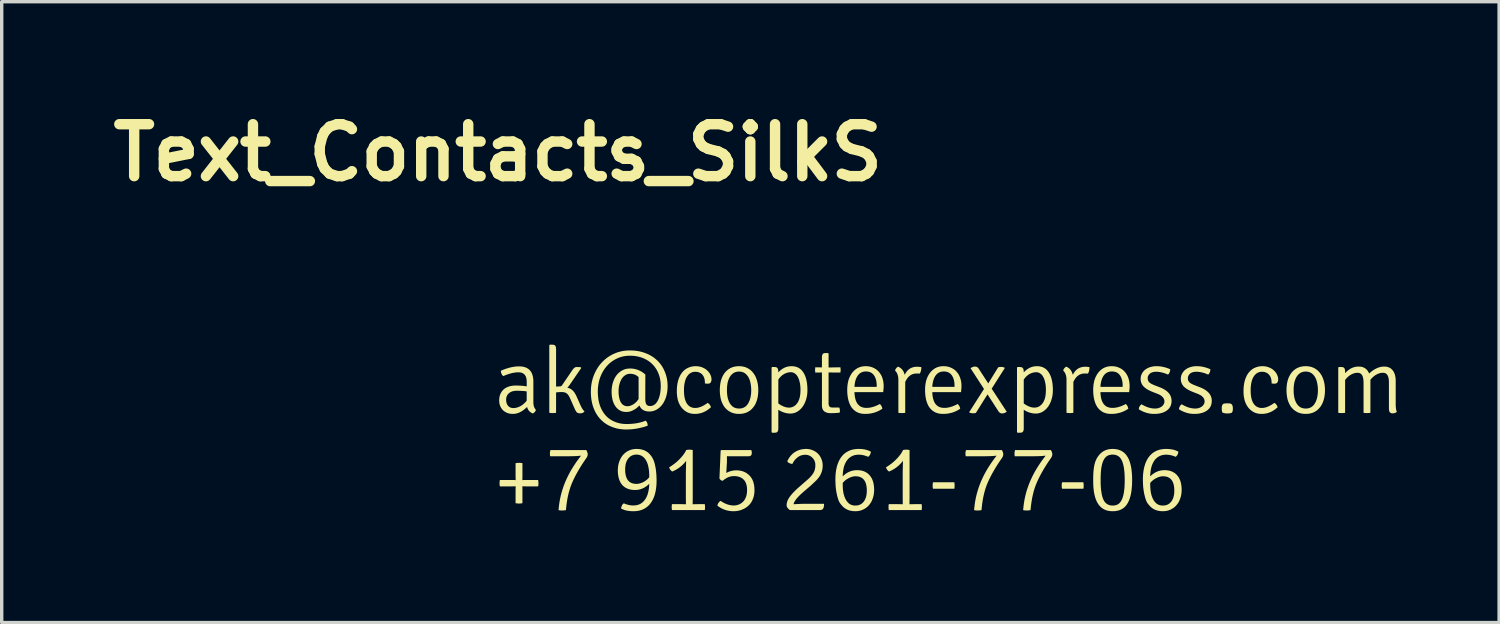
<source format=kicad_pcb>
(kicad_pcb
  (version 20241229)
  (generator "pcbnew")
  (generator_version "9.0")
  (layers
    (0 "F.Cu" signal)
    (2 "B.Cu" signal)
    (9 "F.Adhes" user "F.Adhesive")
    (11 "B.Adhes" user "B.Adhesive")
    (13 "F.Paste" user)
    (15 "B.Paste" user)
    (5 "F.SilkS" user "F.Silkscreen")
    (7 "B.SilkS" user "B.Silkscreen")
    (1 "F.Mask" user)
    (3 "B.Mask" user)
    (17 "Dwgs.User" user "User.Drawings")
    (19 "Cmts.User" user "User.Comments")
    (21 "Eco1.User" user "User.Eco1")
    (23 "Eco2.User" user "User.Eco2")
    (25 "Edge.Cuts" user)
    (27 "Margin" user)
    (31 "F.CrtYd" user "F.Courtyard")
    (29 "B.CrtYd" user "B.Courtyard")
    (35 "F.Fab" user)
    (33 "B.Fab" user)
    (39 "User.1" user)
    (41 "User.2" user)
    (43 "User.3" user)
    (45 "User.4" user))
  (footprint "Text_Contacts_SilkS"
    (layer "F.Cu")
    (at 11.553 11.959)
    (property "Reference" "Text_Contacts_SilkS" (at 0 -10.532 0) (layer "F.SilkS") (effects (font (size 1.524 1.524) (thickness 0.305))))
    (attr smd)
    (fp_poly (pts (xy 13.386 -0.676) (xy 12.761 -0.676) (xy 12.756 -0.694) (xy 12.753 -0.715) (xy 12.751 -0.739) (xy 12.75 -0.766) (xy 12.751 -0.794) (xy 12.753 -0.819) (xy 12.756 -0.842) (xy 12.761 -0.864) (xy 13.386 -0.864) (xy 13.39 -0.841) (xy 13.392 -0.818) (xy 13.394 -0.793) (xy 13.394 -0.766) (xy 13.394 -0.74) (xy 13.392 -0.716) (xy 13.39 -0.695) (xy 13.386 -0.676)) (stroke (width 0) (type solid)) (fill yes) (layer "F.SilkS"))
    (fp_poly (pts (xy 17.171 -0.676) (xy 16.546 -0.676) (xy 16.541 -0.694) (xy 16.538 -0.715) (xy 16.536 -0.739) (xy 16.535 -0.766) (xy 16.536 -0.794) (xy 16.538 -0.819) (xy 16.541 -0.842) (xy 16.546 -0.864) (xy 17.171 -0.864) (xy 17.175 -0.841) (xy 17.177 -0.818) (xy 17.179 -0.793) (xy 17.179 -0.766) (xy 17.179 -0.74) (xy 17.177 -0.716) (xy 17.175 -0.695) (xy 17.171 -0.676)) (stroke (width 0) (type solid)) (fill yes) (layer "F.SilkS"))
    (fp_poly (pts (xy 0.521 -0.929) (xy 0.518 -1.032) (xy 0.518 -1.424) (xy 0.54 -1.429) (xy 0.565 -1.432) (xy 0.592 -1.434) (xy 0.622 -1.435) (xy 0.651 -1.434) (xy 0.677 -1.432) (xy 0.7 -1.429) (xy 0.719 -1.424) (xy 0.719 -1.032) (xy 0.719 -1.026) (xy 0.719 -1.007) (xy 0.718 -0.974) (xy 0.717 -0.929) (xy 0.817 -0.932) (xy 1.179 -0.932) (xy 1.184 -0.903) (xy 1.187 -0.877) (xy 1.189 -0.853) (xy 1.19 -0.831) (xy 1.189 -0.812) (xy 1.187 -0.791) (xy 1.184 -0.768) (xy 1.179 -0.744) (xy 0.817 -0.744) (xy 0.717 -0.747) (xy 0.719 -0.644) (xy 0.719 -0.252) (xy 0.7 -0.248) (xy 0.677 -0.244) (xy 0.651 -0.242) (xy 0.622 -0.242) (xy 0.592 -0.242) (xy 0.565 -0.244) (xy 0.54 -0.248) (xy 0.518 -0.252) (xy 0.518 -0.644) (xy 0.521 -0.747) (xy 0.421 -0.744) (xy 0.059 -0.744) (xy 0.054 -0.762) (xy 0.051 -0.784) (xy 0.049 -0.809) (xy 0.048 -0.837) (xy 0.049 -0.865) (xy 0.051 -0.89) (xy 0.054 -0.913) (xy 0.059 -0.932) (xy 0.421 -0.932) (xy 0.521 -0.929)) (stroke (width 0) (type solid)) (fill yes) (layer "F.SilkS"))
    (fp_poly (pts (xy 21.25 -2.91) (xy 21.242 -2.927) (xy 21.236 -2.948) (xy 21.232 -2.972) (xy 21.229 -2.999) (xy 21.229 -3.03) (xy 21.229 -3.057) (xy 21.231 -3.08) (xy 21.235 -3.1) (xy 21.239 -3.117) (xy 21.249 -3.137) (xy 21.261 -3.152) (xy 21.275 -3.163) (xy 21.292 -3.171) (xy 21.31 -3.175) (xy 21.329 -3.177) (xy 21.35 -3.178) (xy 21.371 -3.179) (xy 21.394 -3.179) (xy 21.417 -3.179) (xy 21.438 -3.178) (xy 21.457 -3.177) (xy 21.476 -3.175) (xy 21.493 -3.169) (xy 21.509 -3.16) (xy 21.522 -3.15) (xy 21.533 -3.135) (xy 21.541 -3.117) (xy 21.547 -3.1) (xy 21.551 -3.08) (xy 21.554 -3.057) (xy 21.555 -3.03) (xy 21.554 -3.006) (xy 21.553 -2.984) (xy 21.55 -2.965) (xy 21.547 -2.948) (xy 21.54 -2.93) (xy 21.531 -2.916) (xy 21.519 -2.905) (xy 21.505 -2.897) (xy 21.489 -2.892) (xy 21.47 -2.889) (xy 21.449 -2.886) (xy 21.425 -2.884) (xy 21.397 -2.883) (xy 21.367 -2.884) (xy 21.338 -2.886) (xy 21.313 -2.89) (xy 21.29 -2.895) (xy 21.269 -2.902) (xy 21.25 -2.91) (xy 21.25 -2.91)) (stroke (width 0) (type solid)) (fill yes) (layer "F.SilkS"))
    (fp_poly (pts (xy 14.671 -4.234) (xy 14.687 -4.24) (xy 14.705 -4.244) (xy 14.728 -4.247) (xy 14.753 -4.248) (xy 14.773 -4.247) (xy 14.792 -4.245) (xy 14.81 -4.242) (xy 14.835 -4.237) (xy 14.856 -4.229) (xy 14.864 -4.212) (xy 14.481 -3.609) (xy 14.924 -2.932) (xy 14.9 -2.917) (xy 14.877 -2.905) (xy 14.854 -2.895) (xy 14.831 -2.889) (xy 14.809 -2.885) (xy 14.788 -2.883) (xy 14.767 -2.885) (xy 14.748 -2.89) (xy 14.729 -2.898) (xy 14.712 -2.91) (xy 14.697 -2.925) (xy 14.682 -2.943) (xy 14.359 -3.443) (xy 14.019 -2.9) (xy 14.004 -2.895) (xy 13.984 -2.891) (xy 13.963 -2.889) (xy 13.938 -2.889) (xy 13.918 -2.889) (xy 13.899 -2.891) (xy 13.881 -2.894) (xy 13.855 -2.899) (xy 13.832 -2.908) (xy 13.824 -2.924) (xy 14.256 -3.601) (xy 13.862 -4.209) (xy 13.884 -4.224) (xy 13.906 -4.237) (xy 13.928 -4.246) (xy 13.95 -4.253) (xy 13.971 -4.257) (xy 13.992 -4.258) (xy 14.015 -4.257) (xy 14.036 -4.251) (xy 14.055 -4.243) (xy 14.072 -4.231) (xy 14.087 -4.215) (xy 14.101 -4.196) (xy 14.381 -3.764) (xy 14.671 -4.234)) (stroke (width 0) (type solid)) (fill yes) (layer "F.SilkS"))
    (fp_poly (pts (xy 10.044 -4.237) (xy 10.047 -4.216) (xy 10.05 -4.197) (xy 10.051 -4.177) (xy 10.052 -4.158) (xy 10.051 -4.134) (xy 10.048 -4.108) (xy 10.044 -4.082) (xy 9.698 -4.085) (xy 9.698 -3.171) (xy 9.7 -3.147) (xy 9.704 -3.126) (xy 9.71 -3.108) (xy 9.719 -3.092) (xy 9.731 -3.08) (xy 9.745 -3.07) (xy 9.762 -3.063) (xy 9.782 -3.059) (xy 9.804 -3.057) (xy 10.011 -3.057) (xy 10.019 -3.034) (xy 10.025 -3.011) (xy 10.029 -2.988) (xy 10.03 -2.965) (xy 10.029 -2.938) (xy 10.028 -2.919) (xy 10.025 -2.908) (xy 9.999 -2.905) (xy 9.974 -2.902) (xy 9.949 -2.899) (xy 9.923 -2.897) (xy 9.897 -2.895) (xy 9.872 -2.894) (xy 9.845 -2.893) (xy 9.819 -2.892) (xy 9.793 -2.892) (xy 9.766 -2.891) (xy 9.739 -2.892) (xy 9.714 -2.894) (xy 9.69 -2.897) (xy 9.667 -2.901) (xy 9.646 -2.907) (xy 9.626 -2.914) (xy 9.608 -2.922) (xy 9.591 -2.931) (xy 9.576 -2.942) (xy 9.562 -2.954) (xy 9.549 -2.967) (xy 9.538 -2.981) (xy 9.529 -2.997) (xy 9.521 -3.014) (xy 9.514 -3.032) (xy 9.509 -3.051) (xy 9.506 -3.072) (xy 9.503 -3.094) (xy 9.503 -3.117) (xy 9.503 -4.085) (xy 9.31 -4.082) (xy 9.305 -4.108) (xy 9.302 -4.134) (xy 9.302 -4.158) (xy 9.302 -4.177) (xy 9.304 -4.197) (xy 9.306 -4.216) (xy 9.31 -4.237) (xy 9.503 -4.234) (xy 9.503 -4.519) (xy 9.504 -4.547) (xy 9.506 -4.571) (xy 9.511 -4.592) (xy 9.517 -4.609) (xy 9.524 -4.623) (xy 9.538 -4.637) (xy 9.556 -4.647) (xy 9.58 -4.653) (xy 9.609 -4.655) (xy 9.682 -4.655) (xy 9.698 -4.639) (xy 9.698 -4.231) (xy 10.044 -4.237)) (stroke (width 0) (type solid)) (fill yes) (layer "F.SilkS"))
    (fp_poly (pts (xy 11.647 -4.142) (xy 11.655 -4.164) (xy 11.665 -4.186) (xy 11.678 -4.205) (xy 11.694 -4.224) (xy 11.713 -4.24) (xy 11.734 -4.256) (xy 11.755 -4.247) (xy 11.775 -4.237) (xy 11.794 -4.225) (xy 11.812 -4.213) (xy 11.829 -4.199) (xy 11.844 -4.183) (xy 11.859 -4.167) (xy 11.872 -4.149) (xy 11.885 -4.13) (xy 11.896 -4.109) (xy 11.906 -4.087) (xy 11.915 -4.064) (xy 11.923 -4.04) (xy 11.93 -4.014) (xy 11.941 -4.037) (xy 11.953 -4.059) (xy 11.966 -4.08) (xy 11.98 -4.1) (xy 11.994 -4.118) (xy 12.009 -4.136) (xy 12.025 -4.152) (xy 12.041 -4.167) (xy 12.059 -4.181) (xy 12.076 -4.193) (xy 12.095 -4.205) (xy 12.114 -4.215) (xy 12.134 -4.224) (xy 12.155 -4.231) (xy 12.176 -4.238) (xy 12.198 -4.243) (xy 12.221 -4.248) (xy 12.245 -4.251) (xy 12.269 -4.252) (xy 12.294 -4.253) (xy 12.317 -4.253) (xy 12.341 -4.251) (xy 12.366 -4.249) (xy 12.392 -4.246) (xy 12.419 -4.242) (xy 12.418 -4.214) (xy 12.416 -4.186) (xy 12.412 -4.161) (xy 12.407 -4.136) (xy 12.401 -4.113) (xy 12.393 -4.091) (xy 12.383 -4.071) (xy 12.373 -4.052) (xy 12.354 -4.053) (xy 12.333 -4.054) (xy 12.307 -4.054) (xy 12.278 -4.055) (xy 12.255 -4.054) (xy 12.232 -4.052) (xy 12.211 -4.048) (xy 12.19 -4.044) (xy 12.169 -4.037) (xy 12.149 -4.03) (xy 12.13 -4.021) (xy 12.111 -4.011) (xy 12.093 -3.999) (xy 12.076 -3.986) (xy 12.059 -3.972) (xy 12.043 -3.956) (xy 12.027 -3.939) (xy 12.012 -3.92) (xy 11.998 -3.9) (xy 11.984 -3.879) (xy 11.971 -3.857) (xy 11.958 -3.833) (xy 11.946 -3.807) (xy 11.946 -2.902) (xy 11.924 -2.899) (xy 11.9 -2.896) (xy 11.874 -2.895) (xy 11.845 -2.894) (xy 11.817 -2.895) (xy 11.79 -2.896) (xy 11.766 -2.899) (xy 11.745 -2.902) (xy 11.745 -3.864) (xy 11.744 -3.892) (xy 11.743 -3.919) (xy 11.74 -3.945) (xy 11.736 -3.969) (xy 11.73 -3.993) (xy 11.724 -4.015) (xy 11.716 -4.037) (xy 11.708 -4.057) (xy 11.698 -4.076) (xy 11.687 -4.094) (xy 11.675 -4.111) (xy 11.661 -4.127) (xy 11.647 -4.142) (xy 11.647 -4.142)) (stroke (width 0) (type solid)) (fill yes) (layer "F.SilkS"))
    (fp_poly (pts (xy 16.578 -4.142) (xy 16.586 -4.164) (xy 16.596 -4.186) (xy 16.61 -4.205) (xy 16.625 -4.224) (xy 16.644 -4.24) (xy 16.665 -4.256) (xy 16.686 -4.247) (xy 16.707 -4.237) (xy 16.726 -4.225) (xy 16.743 -4.213) (xy 16.76 -4.199) (xy 16.776 -4.183) (xy 16.79 -4.167) (xy 16.804 -4.149) (xy 16.816 -4.13) (xy 16.827 -4.109) (xy 16.837 -4.087) (xy 16.846 -4.064) (xy 16.854 -4.04) (xy 16.861 -4.014) (xy 16.872 -4.037) (xy 16.885 -4.059) (xy 16.898 -4.08) (xy 16.911 -4.1) (xy 16.926 -4.118) (xy 16.941 -4.136) (xy 16.956 -4.152) (xy 16.973 -4.167) (xy 16.99 -4.181) (xy 17.008 -4.193) (xy 17.026 -4.205) (xy 17.046 -4.215) (xy 17.066 -4.224) (xy 17.086 -4.231) (xy 17.108 -4.238) (xy 17.13 -4.243) (xy 17.153 -4.248) (xy 17.176 -4.251) (xy 17.2 -4.252) (xy 17.225 -4.253) (xy 17.248 -4.253) (xy 17.273 -4.251) (xy 17.298 -4.249) (xy 17.323 -4.246) (xy 17.35 -4.242) (xy 17.349 -4.214) (xy 17.347 -4.186) (xy 17.344 -4.161) (xy 17.339 -4.136) (xy 17.332 -4.113) (xy 17.324 -4.091) (xy 17.315 -4.071) (xy 17.304 -4.052) (xy 17.286 -4.053) (xy 17.264 -4.054) (xy 17.238 -4.054) (xy 17.209 -4.055) (xy 17.186 -4.054) (xy 17.164 -4.052) (xy 17.142 -4.048) (xy 17.121 -4.044) (xy 17.101 -4.037) (xy 17.081 -4.03) (xy 17.061 -4.021) (xy 17.043 -4.011) (xy 17.025 -3.999) (xy 17.007 -3.986) (xy 16.99 -3.972) (xy 16.974 -3.956) (xy 16.958 -3.939) (xy 16.943 -3.92) (xy 16.929 -3.9) (xy 16.915 -3.879) (xy 16.902 -3.857) (xy 16.889 -3.833) (xy 16.877 -3.807) (xy 16.877 -2.902) (xy 16.856 -2.899) (xy 16.832 -2.896) (xy 16.805 -2.895) (xy 16.777 -2.894) (xy 16.748 -2.895) (xy 16.722 -2.896) (xy 16.698 -2.899) (xy 16.676 -2.902) (xy 16.676 -3.864) (xy 16.676 -3.892) (xy 16.674 -3.919) (xy 16.671 -3.945) (xy 16.667 -3.969) (xy 16.662 -3.993) (xy 16.655 -4.015) (xy 16.648 -4.037) (xy 16.639 -4.057) (xy 16.629 -4.076) (xy 16.618 -4.094) (xy 16.606 -4.111) (xy 16.593 -4.127) (xy 16.578 -4.142) (xy 16.578 -4.142)) (stroke (width 0) (type solid)) (fill yes) (layer "F.SilkS"))
    (fp_poly (pts (xy 5.515 -0.22) (xy 5.512 -0.391) (xy 5.512 -1.157) (xy 5.512 -1.16) (xy 5.513 -1.166) (xy 5.513 -1.176) (xy 5.513 -1.19) (xy 5.514 -1.209) (xy 5.514 -1.231) (xy 5.515 -1.256) (xy 5.516 -1.286) (xy 5.516 -1.32) (xy 5.517 -1.358) (xy 5.518 -1.399) (xy 5.519 -1.445) (xy 5.521 -1.494) (xy 5.506 -1.475) (xy 5.491 -1.456) (xy 5.475 -1.437) (xy 5.459 -1.419) (xy 5.442 -1.402) (xy 5.425 -1.384) (xy 5.408 -1.368) (xy 5.39 -1.351) (xy 5.371 -1.335) (xy 5.352 -1.32) (xy 5.333 -1.305) (xy 5.313 -1.29) (xy 5.293 -1.276) (xy 5.272 -1.263) (xy 5.25 -1.249) (xy 5.229 -1.236) (xy 5.206 -1.224) (xy 5.184 -1.212) (xy 5.161 -1.201) (xy 5.137 -1.19) (xy 5.113 -1.179) (xy 5.094 -1.193) (xy 5.077 -1.208) (xy 5.062 -1.225) (xy 5.049 -1.243) (xy 5.038 -1.262) (xy 5.03 -1.282) (xy 5.023 -1.304) (xy 5.046 -1.318) (xy 5.069 -1.332) (xy 5.091 -1.347) (xy 5.112 -1.362) (xy 5.133 -1.376) (xy 5.154 -1.392) (xy 5.175 -1.407) (xy 5.194 -1.422) (xy 5.214 -1.438) (xy 5.233 -1.454) (xy 5.252 -1.47) (xy 5.27 -1.487) (xy 5.288 -1.503) (xy 5.305 -1.52) (xy 5.322 -1.537) (xy 5.338 -1.554) (xy 5.358 -1.575) (xy 5.377 -1.596) (xy 5.395 -1.617) (xy 5.412 -1.637) (xy 5.428 -1.658) (xy 5.443 -1.678) (xy 5.457 -1.697) (xy 5.47 -1.717) (xy 5.483 -1.736) (xy 5.494 -1.755) (xy 5.504 -1.773) (xy 5.513 -1.792) (xy 5.521 -1.81) (xy 5.543 -1.814) (xy 5.566 -1.818) (xy 5.59 -1.82) (xy 5.616 -1.821) (xy 5.642 -1.82) (xy 5.667 -1.818) (xy 5.691 -1.814) (xy 5.714 -1.81) (xy 5.714 -0.391) (xy 5.711 -0.22) (xy 5.858 -0.223) (xy 6.067 -0.223) (xy 6.07 -0.2) (xy 6.073 -0.177) (xy 6.074 -0.155) (xy 6.075 -0.133) (xy 6.074 -0.112) (xy 6.073 -0.091) (xy 6.07 -0.07) (xy 6.067 -0.049) (xy 5.105 -0.049) (xy 5.101 -0.07) (xy 5.099 -0.092) (xy 5.097 -0.114) (xy 5.097 -0.136) (xy 5.097 -0.157) (xy 5.099 -0.179) (xy 5.101 -0.201) (xy 5.105 -0.223) (xy 5.368 -0.223) (xy 5.515 -0.22)) (stroke (width 0) (type solid)) (fill yes) (layer "F.SilkS"))
    (fp_poly (pts (xy 11.874 -0.22) (xy 11.872 -0.391) (xy 11.872 -1.157) (xy 11.872 -1.16) (xy 11.872 -1.166) (xy 11.872 -1.176) (xy 11.872 -1.19) (xy 11.873 -1.209) (xy 11.873 -1.231) (xy 11.874 -1.256) (xy 11.875 -1.286) (xy 11.876 -1.32) (xy 11.876 -1.358) (xy 11.878 -1.399) (xy 11.879 -1.445) (xy 11.88 -1.494) (xy 11.865 -1.475) (xy 11.85 -1.456) (xy 11.834 -1.437) (xy 11.818 -1.419) (xy 11.801 -1.402) (xy 11.784 -1.384) (xy 11.767 -1.368) (xy 11.749 -1.351) (xy 11.73 -1.335) (xy 11.711 -1.32) (xy 11.692 -1.305) (xy 11.672 -1.29) (xy 11.652 -1.276) (xy 11.631 -1.263) (xy 11.61 -1.249) (xy 11.588 -1.236) (xy 11.566 -1.224) (xy 11.543 -1.212) (xy 11.52 -1.201) (xy 11.496 -1.19) (xy 11.472 -1.179) (xy 11.453 -1.193) (xy 11.436 -1.208) (xy 11.421 -1.225) (xy 11.408 -1.243) (xy 11.398 -1.262) (xy 11.389 -1.282) (xy 11.382 -1.304) (xy 11.405 -1.318) (xy 11.428 -1.332) (xy 11.45 -1.347) (xy 11.471 -1.362) (xy 11.493 -1.376) (xy 11.513 -1.392) (xy 11.534 -1.407) (xy 11.554 -1.422) (xy 11.573 -1.438) (xy 11.592 -1.454) (xy 11.611 -1.47) (xy 11.629 -1.487) (xy 11.647 -1.503) (xy 11.664 -1.52) (xy 11.681 -1.537) (xy 11.698 -1.554) (xy 11.718 -1.575) (xy 11.737 -1.596) (xy 11.755 -1.617) (xy 11.772 -1.637) (xy 11.788 -1.658) (xy 11.803 -1.678) (xy 11.817 -1.697) (xy 11.83 -1.717) (xy 11.842 -1.736) (xy 11.853 -1.755) (xy 11.863 -1.773) (xy 11.872 -1.792) (xy 11.88 -1.81) (xy 11.902 -1.814) (xy 11.925 -1.818) (xy 11.95 -1.82) (xy 11.975 -1.821) (xy 12.001 -1.82) (xy 12.027 -1.818) (xy 12.05 -1.814) (xy 12.073 -1.81) (xy 12.073 -0.391) (xy 12.07 -0.22) (xy 12.217 -0.223) (xy 12.426 -0.223) (xy 12.43 -0.2) (xy 12.432 -0.177) (xy 12.434 -0.155) (xy 12.434 -0.133) (xy 12.434 -0.112) (xy 12.432 -0.091) (xy 12.43 -0.07) (xy 12.426 -0.049) (xy 11.464 -0.049) (xy 11.46 -0.07) (xy 11.458 -0.092) (xy 11.456 -0.114) (xy 11.456 -0.136) (xy 11.456 -0.157) (xy 11.458 -0.179) (xy 11.46 -0.201) (xy 11.464 -0.223) (xy 11.728 -0.223) (xy 11.874 -0.22)) (stroke (width 0) (type solid)) (fill yes) (layer "F.SilkS"))
    (fp_poly (pts (xy 2.304 -3.389) (xy 2.41 -3.15) (xy 2.424 -3.119) (xy 2.438 -3.09) (xy 2.451 -3.064) (xy 2.464 -3.04) (xy 2.478 -3.018) (xy 2.491 -2.999) (xy 2.503 -2.982) (xy 2.516 -2.968) (xy 2.528 -2.956) (xy 2.54 -2.946) (xy 2.525 -2.927) (xy 2.508 -2.913) (xy 2.489 -2.901) (xy 2.468 -2.893) (xy 2.445 -2.888) (xy 2.421 -2.886) (xy 2.392 -2.887) (xy 2.367 -2.891) (xy 2.345 -2.898) (xy 2.327 -2.907) (xy 2.312 -2.919) (xy 2.3 -2.933) (xy 2.288 -2.952) (xy 2.275 -2.973) (xy 2.262 -2.999) (xy 2.249 -3.027) (xy 2.124 -3.31) (xy 2.111 -3.339) (xy 2.098 -3.365) (xy 2.085 -3.389) (xy 2.072 -3.41) (xy 2.059 -3.429) (xy 2.045 -3.445) (xy 2.032 -3.459) (xy 2.018 -3.47) (xy 1.999 -3.483) (xy 1.978 -3.493) (xy 1.955 -3.501) (xy 1.93 -3.507) (xy 1.903 -3.51) (xy 1.874 -3.511) (xy 1.849 -3.511) (xy 1.824 -3.51) (xy 1.799 -3.509) (xy 1.775 -3.507) (xy 1.752 -3.505) (xy 1.729 -3.503) (xy 1.706 -3.5) (xy 1.706 -2.902) (xy 1.684 -2.899) (xy 1.66 -2.896) (xy 1.634 -2.895) (xy 1.605 -2.894) (xy 1.578 -2.895) (xy 1.552 -2.896) (xy 1.529 -2.899) (xy 1.507 -2.902) (xy 1.507 -4.884) (xy 1.524 -4.9) (xy 1.597 -4.9) (xy 1.627 -4.898) (xy 1.651 -4.892) (xy 1.67 -4.881) (xy 1.684 -4.867) (xy 1.692 -4.854) (xy 1.698 -4.836) (xy 1.702 -4.816) (xy 1.705 -4.792) (xy 1.706 -4.764) (xy 1.706 -3.671) (xy 1.823 -3.677) (xy 1.841 -3.679) (xy 1.857 -3.686) (xy 1.872 -3.698) (xy 1.885 -3.715) (xy 2.176 -4.144) (xy 2.193 -4.169) (xy 2.21 -4.19) (xy 2.226 -4.207) (xy 2.241 -4.22) (xy 2.257 -4.231) (xy 2.274 -4.239) (xy 2.292 -4.243) (xy 2.312 -4.245) (xy 2.33 -4.245) (xy 2.35 -4.244) (xy 2.373 -4.243) (xy 2.4 -4.241) (xy 2.429 -4.239) (xy 2.445 -4.218) (xy 2.1 -3.715) (xy 2.083 -3.691) (xy 2.066 -3.67) (xy 2.05 -3.653) (xy 2.035 -3.639) (xy 2.06 -3.632) (xy 2.085 -3.625) (xy 2.108 -3.615) (xy 2.13 -3.604) (xy 2.151 -3.591) (xy 2.171 -3.576) (xy 2.19 -3.56) (xy 2.205 -3.545) (xy 2.22 -3.528) (xy 2.235 -3.509) (xy 2.249 -3.489) (xy 2.263 -3.466) (xy 2.277 -3.442) (xy 2.291 -3.416) (xy 2.304 -3.389)) (stroke (width 0) (type solid)) (fill yes) (layer "F.SilkS"))
    (fp_poly (pts (xy 1.541 -1.81) (xy 2.593 -1.81) (xy 2.605 -1.786) (xy 2.615 -1.763) (xy 2.623 -1.742) (xy 2.629 -1.722) (xy 2.632 -1.702) (xy 2.634 -1.685) (xy 2.632 -1.665) (xy 2.628 -1.645) (xy 2.621 -1.624) (xy 2.611 -1.603) (xy 2.598 -1.581) (xy 2.514 -1.459) (xy 2.498 -1.435) (xy 2.482 -1.41) (xy 2.466 -1.386) (xy 2.451 -1.362) (xy 2.436 -1.337) (xy 2.421 -1.314) (xy 2.407 -1.29) (xy 2.392 -1.266) (xy 2.378 -1.243) (xy 2.364 -1.219) (xy 2.351 -1.196) (xy 2.338 -1.173) (xy 2.325 -1.15) (xy 2.312 -1.127) (xy 2.3 -1.104) (xy 2.288 -1.081) (xy 2.276 -1.059) (xy 2.264 -1.037) (xy 2.253 -1.014) (xy 2.242 -0.992) (xy 2.231 -0.97) (xy 2.221 -0.949) (xy 2.21 -0.927) (xy 2.201 -0.905) (xy 2.191 -0.884) (xy 2.181 -0.863) (xy 2.172 -0.841) (xy 2.163 -0.82) (xy 2.155 -0.799) (xy 2.147 -0.778) (xy 2.139 -0.756) (xy 2.131 -0.734) (xy 2.123 -0.712) (xy 2.116 -0.69) (xy 2.109 -0.667) (xy 2.102 -0.644) (xy 2.095 -0.621) (xy 2.088 -0.598) (xy 2.082 -0.574) (xy 2.075 -0.55) (xy 2.069 -0.526) (xy 2.064 -0.501) (xy 2.058 -0.476) (xy 2.053 -0.451) (xy 2.047 -0.426) (xy 2.042 -0.4) (xy 2.037 -0.374) (xy 2.033 -0.348) (xy 2.028 -0.322) (xy 2.024 -0.295) (xy 2.02 -0.269) (xy 2.016 -0.241) (xy 2.013 -0.214) (xy 2.009 -0.186) (xy 2.006 -0.158) (xy 2.003 -0.13) (xy 1.995 -0.049) (xy 1.977 -0.045) (xy 1.958 -0.042) (xy 1.935 -0.039) (xy 1.911 -0.038) (xy 1.884 -0.038) (xy 1.857 -0.038) (xy 1.833 -0.039) (xy 1.811 -0.042) (xy 1.793 -0.045) (xy 1.778 -0.049) (xy 1.788 -0.152) (xy 1.791 -0.177) (xy 1.794 -0.201) (xy 1.797 -0.226) (xy 1.801 -0.25) (xy 1.805 -0.275) (xy 1.809 -0.299) (xy 1.813 -0.324) (xy 1.817 -0.348) (xy 1.822 -0.373) (xy 1.827 -0.397) (xy 1.832 -0.421) (xy 1.838 -0.446) (xy 1.843 -0.47) (xy 1.849 -0.494) (xy 1.855 -0.518) (xy 1.862 -0.542) (xy 1.868 -0.566) (xy 1.875 -0.59) (xy 1.882 -0.614) (xy 1.889 -0.638) (xy 1.897 -0.662) (xy 1.905 -0.686) (xy 1.913 -0.71) (xy 1.921 -0.733) (xy 1.929 -0.757) (xy 1.938 -0.781) (xy 1.947 -0.804) (xy 1.956 -0.828) (xy 1.966 -0.852) (xy 1.975 -0.875) (xy 1.985 -0.899) (xy 1.996 -0.922) (xy 2.006 -0.945) (xy 2.017 -0.969) (xy 2.027 -0.992) (xy 2.039 -1.015) (xy 2.05 -1.039) (xy 2.062 -1.062) (xy 2.073 -1.085) (xy 2.085 -1.108) (xy 2.098 -1.131) (xy 2.11 -1.154) (xy 2.123 -1.177) (xy 2.136 -1.2) (xy 2.149 -1.223) (xy 2.163 -1.246) (xy 2.177 -1.269) (xy 2.191 -1.291) (xy 2.205 -1.314) (xy 2.219 -1.337) (xy 2.234 -1.36) (xy 2.249 -1.382) (xy 2.264 -1.405) (xy 2.291 -1.446) (xy 2.299 -1.458) (xy 2.309 -1.471) (xy 2.32 -1.487) (xy 2.332 -1.504) (xy 2.346 -1.522) (xy 2.36 -1.542) (xy 2.376 -1.564) (xy 2.394 -1.587) (xy 2.413 -1.612) (xy 2.433 -1.638) (xy 2.424 -1.647) (xy 2.414 -1.644) (xy 2.402 -1.642) (xy 2.389 -1.64) (xy 2.373 -1.639) (xy 2.355 -1.637) (xy 2.335 -1.636) (xy 2.313 -1.634) (xy 2.29 -1.633) (xy 2.264 -1.632) (xy 2.236 -1.631) (xy 2.206 -1.63) (xy 2.175 -1.629) (xy 2.141 -1.629) (xy 2.105 -1.628) (xy 2.068 -1.628) (xy 2.028 -1.628) (xy 1.987 -1.628) (xy 1.533 -1.628) (xy 1.529 -1.646) (xy 1.527 -1.666) (xy 1.525 -1.687) (xy 1.525 -1.709) (xy 1.526 -1.733) (xy 1.529 -1.757) (xy 1.534 -1.783) (xy 1.541 -1.81) (xy 1.541 -1.81)) (stroke (width 0) (type solid)) (fill yes) (layer "F.SilkS"))
    (fp_poly (pts (xy 13.729 -1.81) (xy 14.78 -1.81) (xy 14.793 -1.786) (xy 14.803 -1.763) (xy 14.811 -1.742) (xy 14.817 -1.722) (xy 14.82 -1.702) (xy 14.821 -1.685) (xy 14.82 -1.665) (xy 14.816 -1.645) (xy 14.809 -1.624) (xy 14.799 -1.603) (xy 14.786 -1.581) (xy 14.702 -1.459) (xy 14.686 -1.435) (xy 14.67 -1.41) (xy 14.654 -1.386) (xy 14.639 -1.362) (xy 14.624 -1.337) (xy 14.609 -1.314) (xy 14.594 -1.29) (xy 14.58 -1.266) (xy 14.566 -1.243) (xy 14.552 -1.219) (xy 14.539 -1.196) (xy 14.525 -1.173) (xy 14.513 -1.15) (xy 14.5 -1.127) (xy 14.487 -1.104) (xy 14.475 -1.081) (xy 14.464 -1.059) (xy 14.452 -1.037) (xy 14.441 -1.014) (xy 14.43 -0.992) (xy 14.419 -0.97) (xy 14.408 -0.949) (xy 14.398 -0.927) (xy 14.388 -0.905) (xy 14.379 -0.884) (xy 14.369 -0.863) (xy 14.36 -0.841) (xy 14.351 -0.82) (xy 14.343 -0.799) (xy 14.334 -0.778) (xy 14.326 -0.756) (xy 14.319 -0.734) (xy 14.311 -0.712) (xy 14.303 -0.69) (xy 14.296 -0.667) (xy 14.289 -0.644) (xy 14.282 -0.621) (xy 14.276 -0.598) (xy 14.269 -0.574) (xy 14.263 -0.55) (xy 14.257 -0.526) (xy 14.251 -0.501) (xy 14.246 -0.476) (xy 14.24 -0.451) (xy 14.235 -0.426) (xy 14.23 -0.4) (xy 14.225 -0.374) (xy 14.22 -0.348) (xy 14.216 -0.322) (xy 14.212 -0.295) (xy 14.208 -0.269) (xy 14.204 -0.241) (xy 14.2 -0.214) (xy 14.197 -0.186) (xy 14.194 -0.158) (xy 14.191 -0.13) (xy 14.183 -0.049) (xy 14.165 -0.045) (xy 14.145 -0.042) (xy 14.123 -0.039) (xy 14.098 -0.038) (xy 14.071 -0.038) (xy 14.044 -0.038) (xy 14.02 -0.039) (xy 13.999 -0.042) (xy 13.981 -0.045) (xy 13.965 -0.049) (xy 13.976 -0.152) (xy 13.979 -0.177) (xy 13.982 -0.201) (xy 13.985 -0.226) (xy 13.989 -0.25) (xy 13.992 -0.275) (xy 13.996 -0.299) (xy 14.001 -0.324) (xy 14.005 -0.348) (xy 14.01 -0.373) (xy 14.015 -0.397) (xy 14.02 -0.421) (xy 14.025 -0.446) (xy 14.031 -0.47) (xy 14.037 -0.494) (xy 14.043 -0.518) (xy 14.049 -0.542) (xy 14.056 -0.566) (xy 14.063 -0.59) (xy 14.07 -0.614) (xy 14.077 -0.638) (xy 14.085 -0.662) (xy 14.092 -0.686) (xy 14.1 -0.71) (xy 14.109 -0.733) (xy 14.117 -0.757) (xy 14.126 -0.781) (xy 14.135 -0.804) (xy 14.144 -0.828) (xy 14.153 -0.852) (xy 14.163 -0.875) (xy 14.173 -0.899) (xy 14.183 -0.922) (xy 14.194 -0.945) (xy 14.204 -0.969) (xy 14.215 -0.992) (xy 14.226 -1.015) (xy 14.238 -1.039) (xy 14.249 -1.062) (xy 14.261 -1.085) (xy 14.273 -1.108) (xy 14.285 -1.131) (xy 14.298 -1.154) (xy 14.311 -1.177) (xy 14.324 -1.2) (xy 14.337 -1.223) (xy 14.351 -1.246) (xy 14.364 -1.269) (xy 14.378 -1.291) (xy 14.392 -1.314) (xy 14.407 -1.337) (xy 14.422 -1.36) (xy 14.436 -1.382) (xy 14.452 -1.405) (xy 14.479 -1.446) (xy 14.487 -1.458) (xy 14.497 -1.471) (xy 14.508 -1.487) (xy 14.52 -1.504) (xy 14.533 -1.522) (xy 14.548 -1.542) (xy 14.564 -1.564) (xy 14.581 -1.587) (xy 14.6 -1.612) (xy 14.62 -1.638) (xy 14.612 -1.647) (xy 14.602 -1.644) (xy 14.59 -1.642) (xy 14.576 -1.64) (xy 14.56 -1.639) (xy 14.543 -1.637) (xy 14.523 -1.636) (xy 14.501 -1.634) (xy 14.477 -1.633) (xy 14.451 -1.632) (xy 14.424 -1.631) (xy 14.394 -1.63) (xy 14.362 -1.629) (xy 14.329 -1.629) (xy 14.293 -1.628) (xy 14.256 -1.628) (xy 14.216 -1.628) (xy 14.174 -1.628) (xy 13.721 -1.628) (xy 13.717 -1.646) (xy 13.714 -1.666) (xy 13.713 -1.687) (xy 13.712 -1.709) (xy 13.713 -1.733) (xy 13.716 -1.757) (xy 13.722 -1.783) (xy 13.729 -1.81) (xy 13.729 -1.81)) (stroke (width 0) (type solid)) (fill yes) (layer "F.SilkS"))
    (fp_poly (pts (xy 15.167 -1.81) (xy 16.219 -1.81) (xy 16.231 -1.786) (xy 16.242 -1.763) (xy 16.25 -1.742) (xy 16.255 -1.722) (xy 16.259 -1.702) (xy 16.26 -1.685) (xy 16.258 -1.665) (xy 16.254 -1.645) (xy 16.247 -1.624) (xy 16.237 -1.603) (xy 16.224 -1.581) (xy 16.14 -1.459) (xy 16.124 -1.435) (xy 16.108 -1.41) (xy 16.092 -1.386) (xy 16.077 -1.362) (xy 16.062 -1.337) (xy 16.047 -1.314) (xy 16.033 -1.29) (xy 16.018 -1.266) (xy 16.004 -1.243) (xy 15.991 -1.219) (xy 15.977 -1.196) (xy 15.964 -1.173) (xy 15.951 -1.15) (xy 15.938 -1.127) (xy 15.926 -1.104) (xy 15.914 -1.081) (xy 15.902 -1.059) (xy 15.89 -1.037) (xy 15.879 -1.014) (xy 15.868 -0.992) (xy 15.857 -0.97) (xy 15.847 -0.949) (xy 15.837 -0.927) (xy 15.827 -0.905) (xy 15.817 -0.884) (xy 15.808 -0.863) (xy 15.798 -0.841) (xy 15.79 -0.82) (xy 15.781 -0.799) (xy 15.773 -0.778) (xy 15.765 -0.756) (xy 15.757 -0.734) (xy 15.749 -0.712) (xy 15.742 -0.69) (xy 15.735 -0.667) (xy 15.728 -0.644) (xy 15.721 -0.621) (xy 15.714 -0.598) (xy 15.708 -0.574) (xy 15.702 -0.55) (xy 15.696 -0.526) (xy 15.69 -0.501) (xy 15.684 -0.476) (xy 15.679 -0.451) (xy 15.673 -0.426) (xy 15.668 -0.4) (xy 15.664 -0.374) (xy 15.659 -0.348) (xy 15.655 -0.322) (xy 15.65 -0.295) (xy 15.646 -0.269) (xy 15.643 -0.241) (xy 15.639 -0.214) (xy 15.635 -0.186) (xy 15.632 -0.158) (xy 15.629 -0.13) (xy 15.621 -0.049) (xy 15.604 -0.045) (xy 15.584 -0.042) (xy 15.561 -0.039) (xy 15.537 -0.038) (xy 15.51 -0.038) (xy 15.483 -0.038) (xy 15.459 -0.039) (xy 15.438 -0.042) (xy 15.419 -0.045) (xy 15.404 -0.049) (xy 15.415 -0.152) (xy 15.417 -0.177) (xy 15.42 -0.201) (xy 15.424 -0.226) (xy 15.427 -0.25) (xy 15.431 -0.275) (xy 15.435 -0.299) (xy 15.439 -0.324) (xy 15.443 -0.348) (xy 15.448 -0.373) (xy 15.453 -0.397) (xy 15.458 -0.421) (xy 15.464 -0.446) (xy 15.469 -0.47) (xy 15.475 -0.494) (xy 15.481 -0.518) (xy 15.488 -0.542) (xy 15.494 -0.566) (xy 15.501 -0.59) (xy 15.508 -0.614) (xy 15.515 -0.638) (xy 15.523 -0.662) (xy 15.531 -0.686) (xy 15.539 -0.71) (xy 15.547 -0.733) (xy 15.556 -0.757) (xy 15.564 -0.781) (xy 15.573 -0.804) (xy 15.583 -0.828) (xy 15.592 -0.852) (xy 15.602 -0.875) (xy 15.612 -0.899) (xy 15.622 -0.922) (xy 15.632 -0.945) (xy 15.643 -0.969) (xy 15.654 -0.992) (xy 15.665 -1.015) (xy 15.676 -1.039) (xy 15.688 -1.062) (xy 15.7 -1.085) (xy 15.712 -1.108) (xy 15.724 -1.131) (xy 15.736 -1.154) (xy 15.749 -1.177) (xy 15.762 -1.2) (xy 15.776 -1.223) (xy 15.789 -1.246) (xy 15.803 -1.269) (xy 15.817 -1.291) (xy 15.831 -1.314) (xy 15.845 -1.337) (xy 15.86 -1.36) (xy 15.875 -1.382) (xy 15.89 -1.405) (xy 15.917 -1.446) (xy 15.926 -1.458) (xy 15.935 -1.471) (xy 15.946 -1.487) (xy 15.958 -1.504) (xy 15.972 -1.522) (xy 15.986 -1.542) (xy 16.003 -1.564) (xy 16.02 -1.587) (xy 16.039 -1.612) (xy 16.059 -1.638) (xy 16.051 -1.647) (xy 16.041 -1.644) (xy 16.029 -1.642) (xy 16.015 -1.64) (xy 15.999 -1.639) (xy 15.981 -1.637) (xy 15.961 -1.636) (xy 15.939 -1.634) (xy 15.916 -1.633) (xy 15.89 -1.632) (xy 15.862 -1.631) (xy 15.833 -1.63) (xy 15.801 -1.629) (xy 15.767 -1.629) (xy 15.732 -1.628) (xy 15.694 -1.628) (xy 15.654 -1.628) (xy 15.613 -1.628) (xy 15.159 -1.628) (xy 15.156 -1.646) (xy 15.153 -1.666) (xy 15.151 -1.687) (xy 15.151 -1.709) (xy 15.152 -1.733) (xy 15.155 -1.757) (xy 15.16 -1.783) (xy 15.167 -1.81) (xy 15.167 -1.81)) (stroke (width 0) (type solid)) (fill yes) (layer "F.SilkS"))
    (fp_poly (pts (xy 25.388 -3.772) (xy 25.387 -3.804) (xy 25.386 -3.833) (xy 25.384 -3.861) (xy 25.381 -3.888) (xy 25.377 -3.912) (xy 25.372 -3.934) (xy 25.367 -3.955) (xy 25.36 -3.974) (xy 25.353 -3.991) (xy 25.344 -4.006) (xy 25.332 -4.024) (xy 25.317 -4.04) (xy 25.299 -4.053) (xy 25.28 -4.063) (xy 25.258 -4.071) (xy 25.235 -4.075) (xy 25.208 -4.076) (xy 25.185 -4.075) (xy 25.162 -4.073) (xy 25.138 -4.068) (xy 25.114 -4.062) (xy 25.09 -4.054) (xy 25.065 -4.044) (xy 25.04 -4.033) (xy 25.015 -4.019) (xy 24.994 -4.006) (xy 24.973 -3.992) (xy 24.953 -3.977) (xy 24.934 -3.96) (xy 24.915 -3.943) (xy 24.897 -3.925) (xy 24.88 -3.906) (xy 24.863 -3.886) (xy 24.847 -3.864) (xy 24.847 -2.902) (xy 24.825 -2.899) (xy 24.801 -2.896) (xy 24.775 -2.895) (xy 24.746 -2.894) (xy 24.718 -2.895) (xy 24.691 -2.896) (xy 24.667 -2.899) (xy 24.646 -2.902) (xy 24.646 -4.226) (xy 24.662 -4.245) (xy 24.738 -4.245) (xy 24.763 -4.243) (xy 24.783 -4.239) (xy 24.801 -4.232) (xy 24.815 -4.222) (xy 24.825 -4.21) (xy 24.833 -4.195) (xy 24.839 -4.177) (xy 24.843 -4.156) (xy 24.846 -4.131) (xy 24.847 -4.104) (xy 24.847 -4.063) (xy 24.865 -4.083) (xy 24.884 -4.102) (xy 24.902 -4.12) (xy 24.921 -4.136) (xy 24.941 -4.152) (xy 24.961 -4.167) (xy 24.981 -4.18) (xy 25.001 -4.193) (xy 25.021 -4.204) (xy 25.042 -4.215) (xy 25.063 -4.224) (xy 25.085 -4.232) (xy 25.107 -4.239) (xy 25.129 -4.245) (xy 25.151 -4.25) (xy 25.174 -4.254) (xy 25.197 -4.256) (xy 25.22 -4.258) (xy 25.244 -4.258) (xy 25.27 -4.258) (xy 25.295 -4.256) (xy 25.319 -4.252) (xy 25.342 -4.247) (xy 25.364 -4.241) (xy 25.385 -4.233) (xy 25.405 -4.224) (xy 25.424 -4.213) (xy 25.442 -4.201) (xy 25.459 -4.188) (xy 25.475 -4.173) (xy 25.49 -4.157) (xy 25.505 -4.139) (xy 25.518 -4.12) (xy 25.53 -4.1) (xy 25.541 -4.078) (xy 25.551 -4.055) (xy 25.573 -4.074) (xy 25.595 -4.093) (xy 25.618 -4.111) (xy 25.64 -4.128) (xy 25.662 -4.144) (xy 25.684 -4.159) (xy 25.706 -4.172) (xy 25.728 -4.185) (xy 25.75 -4.197) (xy 25.772 -4.207) (xy 25.794 -4.217) (xy 25.816 -4.226) (xy 25.838 -4.233) (xy 25.86 -4.24) (xy 25.882 -4.246) (xy 25.904 -4.25) (xy 25.926 -4.254) (xy 25.948 -4.256) (xy 25.969 -4.258) (xy 25.991 -4.258) (xy 26.019 -4.258) (xy 26.046 -4.255) (xy 26.071 -4.251) (xy 26.096 -4.245) (xy 26.119 -4.238) (xy 26.141 -4.229) (xy 26.161 -4.219) (xy 26.181 -4.206) (xy 26.199 -4.193) (xy 26.216 -4.177) (xy 26.232 -4.16) (xy 26.247 -4.142) (xy 26.259 -4.124) (xy 26.271 -4.105) (xy 26.281 -4.085) (xy 26.291 -4.064) (xy 26.299 -4.043) (xy 26.306 -4.021) (xy 26.313 -3.997) (xy 26.318 -3.973) (xy 26.323 -3.948) (xy 26.326 -3.923) (xy 26.329 -3.896) (xy 26.33 -3.868) (xy 26.331 -3.84) (xy 26.331 -3.16) (xy 26.331 -3.127) (xy 26.333 -3.095) (xy 26.335 -3.066) (xy 26.337 -3.038) (xy 26.341 -3.013) (xy 26.345 -2.989) (xy 26.351 -2.967) (xy 26.357 -2.947) (xy 26.364 -2.929) (xy 26.347 -2.916) (xy 26.329 -2.905) (xy 26.308 -2.897) (xy 26.286 -2.891) (xy 26.262 -2.887) (xy 26.236 -2.886) (xy 26.214 -2.888) (xy 26.195 -2.893) (xy 26.178 -2.901) (xy 26.164 -2.912) (xy 26.153 -2.927) (xy 26.144 -2.945) (xy 26.138 -2.966) (xy 26.134 -2.991) (xy 26.132 -3.019) (xy 26.132 -3.775) (xy 26.132 -3.806) (xy 26.131 -3.836) (xy 26.129 -3.864) (xy 26.126 -3.89) (xy 26.122 -3.914) (xy 26.117 -3.936) (xy 26.111 -3.956) (xy 26.105 -3.975) (xy 26.097 -3.991) (xy 26.089 -4.006) (xy 26.076 -4.024) (xy 26.061 -4.04) (xy 26.044 -4.053) (xy 26.025 -4.063) (xy 26.003 -4.071) (xy 25.979 -4.075) (xy 25.953 -4.076) (xy 25.93 -4.075) (xy 25.907 -4.073) (xy 25.883 -4.069) (xy 25.859 -4.063) (xy 25.835 -4.055) (xy 25.811 -4.046) (xy 25.787 -4.035) (xy 25.763 -4.022) (xy 25.741 -4.009) (xy 25.72 -3.996) (xy 25.7 -3.981) (xy 25.68 -3.965) (xy 25.661 -3.948) (xy 25.642 -3.93) (xy 25.624 -3.911) (xy 25.606 -3.891) (xy 25.589 -3.87) (xy 25.589 -2.902) (xy 25.567 -2.899) (xy 25.543 -2.896) (xy 25.517 -2.895) (xy 25.488 -2.894) (xy 25.46 -2.895) (xy 25.433 -2.896) (xy 25.409 -2.899) (xy 25.388 -2.902) (xy 25.388 -3.772)) (stroke (width 0) (type solid)) (fill yes) (layer "F.SilkS"))
    (fp_poly (pts (xy 7.432 -1.81) (xy 7.438 -1.786) (xy 7.442 -1.764) (xy 7.445 -1.744) (xy 7.446 -1.725) (xy 7.444 -1.703) (xy 7.44 -1.683) (xy 7.433 -1.666) (xy 7.423 -1.652) (xy 7.41 -1.641) (xy 7.394 -1.634) (xy 7.375 -1.629) (xy 7.353 -1.628) (xy 6.867 -1.628) (xy 6.842 -1.628) (xy 6.818 -1.628) (xy 6.797 -1.628) (xy 6.777 -1.628) (xy 6.753 -1.628) (xy 6.734 -1.629) (xy 6.717 -1.63) (xy 6.717 -1.456) (xy 6.698 -1.138) (xy 6.722 -1.151) (xy 6.746 -1.162) (xy 6.769 -1.172) (xy 6.793 -1.181) (xy 6.817 -1.189) (xy 6.842 -1.195) (xy 6.866 -1.201) (xy 6.89 -1.206) (xy 6.915 -1.21) (xy 6.939 -1.212) (xy 6.964 -1.214) (xy 6.989 -1.215) (xy 7.017 -1.214) (xy 7.044 -1.212) (xy 7.071 -1.21) (xy 7.096 -1.206) (xy 7.122 -1.202) (xy 7.146 -1.196) (xy 7.17 -1.189) (xy 7.194 -1.181) (xy 7.216 -1.173) (xy 7.238 -1.163) (xy 7.26 -1.152) (xy 7.281 -1.14) (xy 7.301 -1.127) (xy 7.32 -1.113) (xy 7.339 -1.098) (xy 7.357 -1.082) (xy 7.375 -1.065) (xy 7.39 -1.049) (xy 7.405 -1.033) (xy 7.418 -1.015) (xy 7.431 -0.997) (xy 7.443 -0.978) (xy 7.454 -0.958) (xy 7.465 -0.938) (xy 7.474 -0.916) (xy 7.483 -0.894) (xy 7.491 -0.871) (xy 7.498 -0.848) (xy 7.504 -0.823) (xy 7.51 -0.798) (xy 7.514 -0.772) (xy 7.518 -0.745) (xy 7.521 -0.718) (xy 7.523 -0.689) (xy 7.524 -0.66) (xy 7.524 -0.63) (xy 7.524 -0.602) (xy 7.523 -0.575) (xy 7.52 -0.548) (xy 7.517 -0.521) (xy 7.513 -0.496) (xy 7.508 -0.47) (xy 7.502 -0.446) (xy 7.495 -0.421) (xy 7.487 -0.398) (xy 7.478 -0.375) (xy 7.468 -0.35) (xy 7.457 -0.326) (xy 7.445 -0.303) (xy 7.432 -0.28) (xy 7.417 -0.259) (xy 7.402 -0.238) (xy 7.386 -0.219) (xy 7.369 -0.2) (xy 7.35 -0.182) (xy 7.331 -0.165) (xy 7.312 -0.148) (xy 7.291 -0.133) (xy 7.27 -0.119) (xy 7.248 -0.105) (xy 7.225 -0.092) (xy 7.201 -0.081) (xy 7.177 -0.07) (xy 7.152 -0.059) (xy 7.13 -0.051) (xy 7.107 -0.044) (xy 7.084 -0.037) (xy 7.06 -0.032) (xy 7.036 -0.027) (xy 7.012 -0.023) (xy 6.987 -0.02) (xy 6.962 -0.018) (xy 6.936 -0.016) (xy 6.91 -0.016) (xy 6.885 -0.016) (xy 6.86 -0.017) (xy 6.835 -0.019) (xy 6.811 -0.022) (xy 6.787 -0.025) (xy 6.763 -0.029) (xy 6.739 -0.034) (xy 6.716 -0.04) (xy 6.693 -0.046) (xy 6.67 -0.053) (xy 6.648 -0.061) (xy 6.625 -0.069) (xy 6.603 -0.078) (xy 6.582 -0.088) (xy 6.56 -0.099) (xy 6.539 -0.111) (xy 6.518 -0.123) (xy 6.498 -0.136) (xy 6.477 -0.149) (xy 6.457 -0.164) (xy 6.437 -0.179) (xy 6.443 -0.203) (xy 6.45 -0.226) (xy 6.461 -0.248) (xy 6.474 -0.268) (xy 6.49 -0.287) (xy 6.509 -0.304) (xy 6.53 -0.32) (xy 6.552 -0.305) (xy 6.574 -0.291) (xy 6.596 -0.277) (xy 6.619 -0.265) (xy 6.641 -0.254) (xy 6.663 -0.243) (xy 6.684 -0.233) (xy 6.706 -0.225) (xy 6.728 -0.217) (xy 6.752 -0.209) (xy 6.776 -0.203) (xy 6.8 -0.197) (xy 6.823 -0.193) (xy 6.846 -0.189) (xy 6.869 -0.186) (xy 6.891 -0.185) (xy 6.913 -0.184) (xy 6.939 -0.185) (xy 6.964 -0.187) (xy 6.989 -0.191) (xy 7.013 -0.196) (xy 7.036 -0.202) (xy 7.058 -0.209) (xy 7.08 -0.218) (xy 7.101 -0.229) (xy 7.121 -0.24) (xy 7.141 -0.254) (xy 7.16 -0.268) (xy 7.178 -0.284) (xy 7.196 -0.301) (xy 7.21 -0.318) (xy 7.223 -0.335) (xy 7.236 -0.353) (xy 7.247 -0.372) (xy 7.257 -0.392) (xy 7.267 -0.413) (xy 7.275 -0.434) (xy 7.283 -0.457) (xy 7.289 -0.48) (xy 7.295 -0.504) (xy 7.299 -0.529) (xy 7.303 -0.555) (xy 7.305 -0.582) (xy 7.307 -0.61) (xy 7.307 -0.638) (xy 7.307 -0.666) (xy 7.305 -0.693) (xy 7.303 -0.719) (xy 7.3 -0.743) (xy 7.295 -0.766) (xy 7.29 -0.788) (xy 7.284 -0.809) (xy 7.277 -0.829) (xy 7.267 -0.854) (xy 7.256 -0.877) (xy 7.243 -0.899) (xy 7.229 -0.919) (xy 7.213 -0.937) (xy 7.196 -0.954) (xy 7.178 -0.969) (xy 7.159 -0.983) (xy 7.139 -0.996) (xy 7.118 -1.007) (xy 7.096 -1.016) (xy 7.073 -1.024) (xy 7.049 -1.031) (xy 7.025 -1.036) (xy 7 -1.041) (xy 6.974 -1.044) (xy 6.948 -1.045) (xy 6.921 -1.046) (xy 6.898 -1.045) (xy 6.876 -1.044) (xy 6.853 -1.04) (xy 6.831 -1.036) (xy 6.808 -1.031) (xy 6.786 -1.024) (xy 6.764 -1.016) (xy 6.742 -1.007) (xy 6.721 -0.996) (xy 6.699 -0.984) (xy 6.677 -0.971) (xy 6.656 -0.957) (xy 6.635 -0.942) (xy 6.613 -0.925) (xy 6.592 -0.907) (xy 6.569 -0.913) (xy 6.548 -0.922) (xy 6.529 -0.936) (xy 6.512 -0.953) (xy 6.497 -0.975) (xy 6.532 -1.793) (xy 6.549 -1.81) (xy 7.432 -1.81)) (stroke (width 0) (type solid)) (fill yes) (layer "F.SilkS"))
    (fp_poly (pts (xy 8.224 -2.992) (xy 8.224 -3.177) (xy 8.248 -3.16) (xy 8.271 -3.144) (xy 8.294 -3.13) (xy 8.317 -3.117) (xy 8.34 -3.105) (xy 8.363 -3.094) (xy 8.385 -3.085) (xy 8.408 -3.077) (xy 8.43 -3.07) (xy 8.451 -3.064) (xy 8.473 -3.06) (xy 8.494 -3.057) (xy 8.516 -3.055) (xy 8.537 -3.054) (xy 8.561 -3.055) (xy 8.584 -3.058) (xy 8.607 -3.063) (xy 8.629 -3.069) (xy 8.65 -3.077) (xy 8.671 -3.087) (xy 8.69 -3.099) (xy 8.71 -3.112) (xy 8.728 -3.128) (xy 8.746 -3.145) (xy 8.762 -3.164) (xy 8.779 -3.185) (xy 8.79 -3.201) (xy 8.8 -3.217) (xy 8.809 -3.235) (xy 8.818 -3.254) (xy 8.826 -3.273) (xy 8.834 -3.294) (xy 8.841 -3.315) (xy 8.847 -3.337) (xy 8.853 -3.36) (xy 8.858 -3.384) (xy 8.862 -3.409) (xy 8.866 -3.435) (xy 8.869 -3.462) (xy 8.871 -3.49) (xy 8.873 -3.519) (xy 8.873 -3.548) (xy 8.874 -3.579) (xy 8.874 -3.608) (xy 8.873 -3.635) (xy 8.871 -3.662) (xy 8.869 -3.688) (xy 8.866 -3.713) (xy 8.863 -3.737) (xy 8.859 -3.761) (xy 8.854 -3.783) (xy 8.849 -3.805) (xy 8.843 -3.832) (xy 8.836 -3.858) (xy 8.828 -3.882) (xy 8.819 -3.905) (xy 8.81 -3.926) (xy 8.8 -3.946) (xy 8.79 -3.965) (xy 8.777 -3.986) (xy 8.763 -4.004) (xy 8.748 -4.021) (xy 8.733 -4.036) (xy 8.717 -4.049) (xy 8.7 -4.06) (xy 8.68 -4.072) (xy 8.659 -4.081) (xy 8.638 -4.087) (xy 8.616 -4.091) (xy 8.594 -4.093) (xy 8.57 -4.092) (xy 8.546 -4.09) (xy 8.523 -4.086) (xy 8.499 -4.081) (xy 8.476 -4.075) (xy 8.454 -4.067) (xy 8.431 -4.058) (xy 8.409 -4.048) (xy 8.387 -4.036) (xy 8.366 -4.022) (xy 8.345 -4.008) (xy 8.326 -3.992) (xy 8.307 -3.976) (xy 8.289 -3.958) (xy 8.271 -3.939) (xy 8.255 -3.919) (xy 8.239 -3.898) (xy 8.224 -3.875) (xy 8.224 -3.875) (xy 8.224 -3.177) (xy 8.224 -2.992) (xy 8.224 -2.454) (xy 8.223 -2.426) (xy 8.221 -2.402) (xy 8.216 -2.381) (xy 8.21 -2.364) (xy 8.203 -2.351) (xy 8.189 -2.336) (xy 8.17 -2.326) (xy 8.145 -2.32) (xy 8.116 -2.318) (xy 8.042 -2.318) (xy 8.026 -2.334) (xy 8.026 -4.229) (xy 8.042 -4.245) (xy 8.113 -4.245) (xy 8.137 -4.243) (xy 8.158 -4.239) (xy 8.175 -4.232) (xy 8.189 -4.222) (xy 8.2 -4.21) (xy 8.209 -4.195) (xy 8.215 -4.176) (xy 8.22 -4.155) (xy 8.223 -4.129) (xy 8.224 -4.101) (xy 8.224 -4.087) (xy 8.243 -4.107) (xy 8.261 -4.125) (xy 8.28 -4.143) (xy 8.3 -4.159) (xy 8.32 -4.174) (xy 8.34 -4.188) (xy 8.361 -4.201) (xy 8.382 -4.213) (xy 8.403 -4.224) (xy 8.425 -4.233) (xy 8.447 -4.242) (xy 8.469 -4.249) (xy 8.492 -4.255) (xy 8.516 -4.26) (xy 8.539 -4.264) (xy 8.564 -4.267) (xy 8.588 -4.269) (xy 8.613 -4.269) (xy 8.638 -4.269) (xy 8.663 -4.267) (xy 8.687 -4.264) (xy 8.71 -4.26) (xy 8.732 -4.255) (xy 8.754 -4.248) (xy 8.775 -4.241) (xy 8.796 -4.232) (xy 8.815 -4.222) (xy 8.834 -4.211) (xy 8.853 -4.199) (xy 8.87 -4.186) (xy 8.887 -4.171) (xy 8.903 -4.156) (xy 8.919 -4.139) (xy 8.933 -4.121) (xy 8.947 -4.102) (xy 8.961 -4.082) (xy 8.972 -4.064) (xy 8.982 -4.045) (xy 8.992 -4.026) (xy 9.001 -4.006) (xy 9.01 -3.986) (xy 9.018 -3.964) (xy 9.026 -3.943) (xy 9.033 -3.92) (xy 9.039 -3.897) (xy 9.046 -3.873) (xy 9.051 -3.849) (xy 9.056 -3.824) (xy 9.061 -3.798) (xy 9.065 -3.771) (xy 9.068 -3.744) (xy 9.071 -3.717) (xy 9.073 -3.688) (xy 9.075 -3.659) (xy 9.077 -3.629) (xy 9.077 -3.599) (xy 9.078 -3.568) (xy 9.077 -3.542) (xy 9.076 -3.516) (xy 9.075 -3.49) (xy 9.073 -3.465) (xy 9.07 -3.44) (xy 9.067 -3.416) (xy 9.063 -3.392) (xy 9.058 -3.369) (xy 9.053 -3.346) (xy 9.047 -3.324) (xy 9.041 -3.302) (xy 9.034 -3.28) (xy 9.026 -3.255) (xy 9.017 -3.23) (xy 9.007 -3.207) (xy 8.997 -3.184) (xy 8.986 -3.162) (xy 8.974 -3.14) (xy 8.962 -3.12) (xy 8.95 -3.1) (xy 8.937 -3.081) (xy 8.923 -3.063) (xy 8.907 -3.044) (xy 8.891 -3.026) (xy 8.875 -3.009) (xy 8.858 -2.993) (xy 8.841 -2.978) (xy 8.822 -2.964) (xy 8.804 -2.95) (xy 8.785 -2.938) (xy 8.765 -2.927) (xy 8.743 -2.916) (xy 8.72 -2.906) (xy 8.697 -2.899) (xy 8.674 -2.892) (xy 8.651 -2.887) (xy 8.628 -2.883) (xy 8.604 -2.881) (xy 8.58 -2.88) (xy 8.555 -2.881) (xy 8.531 -2.882) (xy 8.506 -2.885) (xy 8.482 -2.888) (xy 8.457 -2.893) (xy 8.433 -2.898) (xy 8.409 -2.905) (xy 8.386 -2.912) (xy 8.362 -2.921) (xy 8.339 -2.93) (xy 8.315 -2.94) (xy 8.292 -2.952) (xy 8.27 -2.964) (xy 8.247 -2.978) (xy 8.224 -2.992) (xy 8.224 -2.992)) (stroke (width 0) (type solid)) (fill yes) (layer "F.SilkS"))
    (fp_poly (pts (xy 15.422 -2.992) (xy 15.422 -3.177) (xy 15.446 -3.16) (xy 15.469 -3.144) (xy 15.492 -3.13) (xy 15.515 -3.117) (xy 15.538 -3.105) (xy 15.561 -3.094) (xy 15.583 -3.085) (xy 15.605 -3.077) (xy 15.627 -3.07) (xy 15.649 -3.064) (xy 15.671 -3.06) (xy 15.692 -3.057) (xy 15.714 -3.055) (xy 15.735 -3.054) (xy 15.759 -3.055) (xy 15.782 -3.058) (xy 15.805 -3.063) (xy 15.827 -3.069) (xy 15.848 -3.077) (xy 15.869 -3.087) (xy 15.888 -3.099) (xy 15.907 -3.112) (xy 15.926 -3.128) (xy 15.943 -3.145) (xy 15.96 -3.164) (xy 15.977 -3.185) (xy 15.987 -3.201) (xy 15.998 -3.217) (xy 16.007 -3.235) (xy 16.016 -3.254) (xy 16.024 -3.273) (xy 16.032 -3.294) (xy 16.039 -3.315) (xy 16.045 -3.337) (xy 16.051 -3.36) (xy 16.056 -3.384) (xy 16.06 -3.409) (xy 16.064 -3.435) (xy 16.066 -3.462) (xy 16.069 -3.49) (xy 16.07 -3.519) (xy 16.071 -3.548) (xy 16.072 -3.579) (xy 16.071 -3.608) (xy 16.071 -3.635) (xy 16.069 -3.662) (xy 16.067 -3.688) (xy 16.064 -3.713) (xy 16.061 -3.737) (xy 16.057 -3.761) (xy 16.052 -3.783) (xy 16.047 -3.805) (xy 16.041 -3.832) (xy 16.034 -3.858) (xy 16.026 -3.882) (xy 16.017 -3.905) (xy 16.008 -3.926) (xy 15.998 -3.946) (xy 15.987 -3.965) (xy 15.974 -3.986) (xy 15.961 -4.004) (xy 15.946 -4.021) (xy 15.931 -4.036) (xy 15.915 -4.049) (xy 15.898 -4.06) (xy 15.878 -4.072) (xy 15.857 -4.081) (xy 15.836 -4.087) (xy 15.814 -4.091) (xy 15.792 -4.093) (xy 15.768 -4.092) (xy 15.744 -4.09) (xy 15.721 -4.086) (xy 15.697 -4.081) (xy 15.674 -4.075) (xy 15.652 -4.067) (xy 15.629 -4.058) (xy 15.607 -4.048) (xy 15.585 -4.036) (xy 15.564 -4.022) (xy 15.543 -4.008) (xy 15.524 -3.992) (xy 15.505 -3.976) (xy 15.487 -3.958) (xy 15.469 -3.939) (xy 15.453 -3.919) (xy 15.437 -3.898) (xy 15.422 -3.875) (xy 15.422 -3.875) (xy 15.422 -3.177) (xy 15.422 -2.992) (xy 15.422 -2.454) (xy 15.421 -2.426) (xy 15.419 -2.402) (xy 15.414 -2.381) (xy 15.408 -2.364) (xy 15.4 -2.351) (xy 15.387 -2.336) (xy 15.368 -2.326) (xy 15.343 -2.32) (xy 15.313 -2.318) (xy 15.24 -2.318) (xy 15.224 -2.334) (xy 15.224 -4.229) (xy 15.24 -4.245) (xy 15.311 -4.245) (xy 15.335 -4.243) (xy 15.356 -4.239) (xy 15.373 -4.232) (xy 15.387 -4.222) (xy 15.398 -4.21) (xy 15.407 -4.195) (xy 15.413 -4.176) (xy 15.418 -4.155) (xy 15.421 -4.129) (xy 15.422 -4.101) (xy 15.422 -4.087) (xy 15.441 -4.107) (xy 15.459 -4.125) (xy 15.478 -4.143) (xy 15.498 -4.159) (xy 15.518 -4.174) (xy 15.538 -4.188) (xy 15.558 -4.201) (xy 15.579 -4.213) (xy 15.601 -4.224) (xy 15.623 -4.233) (xy 15.645 -4.242) (xy 15.667 -4.249) (xy 15.69 -4.255) (xy 15.714 -4.26) (xy 15.737 -4.264) (xy 15.761 -4.267) (xy 15.786 -4.269) (xy 15.811 -4.269) (xy 15.836 -4.269) (xy 15.861 -4.267) (xy 15.885 -4.264) (xy 15.908 -4.26) (xy 15.93 -4.255) (xy 15.952 -4.248) (xy 15.973 -4.241) (xy 15.994 -4.232) (xy 16.013 -4.222) (xy 16.032 -4.211) (xy 16.051 -4.199) (xy 16.068 -4.186) (xy 16.085 -4.171) (xy 16.101 -4.156) (xy 16.117 -4.139) (xy 16.131 -4.121) (xy 16.145 -4.102) (xy 16.159 -4.082) (xy 16.17 -4.064) (xy 16.18 -4.045) (xy 16.19 -4.026) (xy 16.199 -4.006) (xy 16.208 -3.986) (xy 16.216 -3.964) (xy 16.224 -3.943) (xy 16.231 -3.92) (xy 16.237 -3.897) (xy 16.244 -3.873) (xy 16.249 -3.849) (xy 16.254 -3.824) (xy 16.259 -3.798) (xy 16.263 -3.771) (xy 16.266 -3.744) (xy 16.269 -3.717) (xy 16.271 -3.688) (xy 16.273 -3.659) (xy 16.275 -3.629) (xy 16.275 -3.599) (xy 16.276 -3.568) (xy 16.275 -3.542) (xy 16.274 -3.516) (xy 16.273 -3.49) (xy 16.271 -3.465) (xy 16.268 -3.44) (xy 16.265 -3.416) (xy 16.261 -3.392) (xy 16.256 -3.369) (xy 16.251 -3.346) (xy 16.245 -3.324) (xy 16.239 -3.302) (xy 16.232 -3.28) (xy 16.224 -3.255) (xy 16.215 -3.23) (xy 16.205 -3.207) (xy 16.195 -3.184) (xy 16.184 -3.162) (xy 16.172 -3.14) (xy 16.16 -3.12) (xy 16.148 -3.1) (xy 16.135 -3.081) (xy 16.121 -3.063) (xy 16.105 -3.044) (xy 16.089 -3.026) (xy 16.073 -3.009) (xy 16.056 -2.993) (xy 16.038 -2.978) (xy 16.02 -2.964) (xy 16.002 -2.95) (xy 15.983 -2.938) (xy 15.963 -2.927) (xy 15.941 -2.916) (xy 15.918 -2.906) (xy 15.895 -2.899) (xy 15.872 -2.892) (xy 15.849 -2.887) (xy 15.825 -2.883) (xy 15.802 -2.881) (xy 15.778 -2.88) (xy 15.753 -2.881) (xy 15.729 -2.882) (xy 15.704 -2.885) (xy 15.68 -2.888) (xy 15.655 -2.893) (xy 15.631 -2.898) (xy 15.607 -2.905) (xy 15.584 -2.912) (xy 15.56 -2.921) (xy 15.537 -2.93) (xy 15.513 -2.94) (xy 15.49 -2.952) (xy 15.467 -2.964) (xy 15.445 -2.978) (xy 15.422 -2.992) (xy 15.422 -2.992)) (stroke (width 0) (type solid)) (fill yes) (layer "F.SilkS"))
    (fp_poly (pts (xy 9.565 -0.233) (xy 9.565 -0.203) (xy 9.562 -0.175) (xy 9.559 -0.15) (xy 9.553 -0.128) (xy 9.547 -0.109) (xy 9.538 -0.092) (xy 9.528 -0.079) (xy 9.515 -0.068) (xy 9.498 -0.059) (xy 9.477 -0.053) (xy 9.452 -0.05) (xy 9.424 -0.049) (xy 8.563 -0.049) (xy 8.537 -0.069) (xy 8.516 -0.09) (xy 8.499 -0.109) (xy 8.485 -0.129) (xy 8.475 -0.148) (xy 8.469 -0.166) (xy 8.468 -0.184) (xy 8.468 -0.206) (xy 8.47 -0.228) (xy 8.473 -0.25) (xy 8.478 -0.272) (xy 8.484 -0.295) (xy 8.492 -0.317) (xy 8.501 -0.34) (xy 8.512 -0.363) (xy 8.525 -0.386) (xy 8.539 -0.409) (xy 8.554 -0.432) (xy 8.567 -0.449) (xy 8.581 -0.467) (xy 8.595 -0.485) (xy 8.61 -0.503) (xy 8.625 -0.521) (xy 8.642 -0.54) (xy 8.659 -0.559) (xy 8.677 -0.578) (xy 8.696 -0.597) (xy 8.715 -0.617) (xy 8.735 -0.636) (xy 8.756 -0.656) (xy 8.778 -0.676) (xy 8.8 -0.697) (xy 8.824 -0.717) (xy 9.074 -0.935) (xy 9.095 -0.953) (xy 9.115 -0.972) (xy 9.134 -0.99) (xy 9.152 -1.009) (xy 9.169 -1.027) (xy 9.185 -1.045) (xy 9.2 -1.063) (xy 9.214 -1.08) (xy 9.227 -1.098) (xy 9.239 -1.116) (xy 9.25 -1.133) (xy 9.262 -1.153) (xy 9.272 -1.174) (xy 9.281 -1.195) (xy 9.289 -1.217) (xy 9.295 -1.24) (xy 9.3 -1.264) (xy 9.305 -1.289) (xy 9.308 -1.314) (xy 9.309 -1.34) (xy 9.31 -1.367) (xy 9.309 -1.393) (xy 9.307 -1.418) (xy 9.302 -1.442) (xy 9.296 -1.465) (xy 9.288 -1.488) (xy 9.279 -1.509) (xy 9.267 -1.529) (xy 9.254 -1.548) (xy 9.24 -1.567) (xy 9.223 -1.584) (xy 9.206 -1.601) (xy 9.188 -1.615) (xy 9.169 -1.628) (xy 9.149 -1.64) (xy 9.129 -1.649) (xy 9.107 -1.657) (xy 9.085 -1.663) (xy 9.062 -1.668) (xy 9.038 -1.67) (xy 9.014 -1.671) (xy 8.989 -1.67) (xy 8.965 -1.668) (xy 8.941 -1.664) (xy 8.918 -1.659) (xy 8.896 -1.653) (xy 8.874 -1.645) (xy 8.852 -1.635) (xy 8.831 -1.624) (xy 8.811 -1.612) (xy 8.791 -1.598) (xy 8.772 -1.583) (xy 8.753 -1.566) (xy 8.736 -1.549) (xy 8.719 -1.531) (xy 8.703 -1.512) (xy 8.688 -1.492) (xy 8.674 -1.471) (xy 8.66 -1.449) (xy 8.648 -1.426) (xy 8.636 -1.402) (xy 8.609 -1.406) (xy 8.584 -1.412) (xy 8.561 -1.419) (xy 8.542 -1.429) (xy 8.524 -1.439) (xy 8.509 -1.451) (xy 8.497 -1.465) (xy 8.487 -1.481) (xy 8.496 -1.502) (xy 8.507 -1.523) (xy 8.518 -1.544) (xy 8.53 -1.564) (xy 8.543 -1.584) (xy 8.556 -1.603) (xy 8.571 -1.622) (xy 8.586 -1.641) (xy 8.602 -1.659) (xy 8.619 -1.677) (xy 8.636 -1.694) (xy 8.654 -1.71) (xy 8.673 -1.725) (xy 8.693 -1.739) (xy 8.714 -1.753) (xy 8.735 -1.765) (xy 8.757 -1.777) (xy 8.779 -1.788) (xy 8.802 -1.798) (xy 8.826 -1.807) (xy 8.851 -1.815) (xy 8.873 -1.821) (xy 8.895 -1.827) (xy 8.918 -1.832) (xy 8.942 -1.836) (xy 8.966 -1.838) (xy 8.99 -1.841) (xy 9.015 -1.842) (xy 9.041 -1.842) (xy 9.067 -1.842) (xy 9.092 -1.84) (xy 9.116 -1.837) (xy 9.14 -1.833) (xy 9.164 -1.827) (xy 9.187 -1.821) (xy 9.209 -1.813) (xy 9.231 -1.804) (xy 9.253 -1.795) (xy 9.275 -1.785) (xy 9.295 -1.774) (xy 9.315 -1.761) (xy 9.334 -1.748) (xy 9.352 -1.734) (xy 9.369 -1.72) (xy 9.386 -1.704) (xy 9.402 -1.687) (xy 9.417 -1.67) (xy 9.431 -1.651) (xy 9.444 -1.632) (xy 9.456 -1.613) (xy 9.467 -1.592) (xy 9.477 -1.571) (xy 9.487 -1.549) (xy 9.496 -1.527) (xy 9.503 -1.504) (xy 9.51 -1.481) (xy 9.515 -1.458) (xy 9.519 -1.434) (xy 9.522 -1.409) (xy 9.524 -1.384) (xy 9.525 -1.359) (xy 9.524 -1.333) (xy 9.523 -1.308) (xy 9.521 -1.285) (xy 9.518 -1.261) (xy 9.514 -1.239) (xy 9.509 -1.217) (xy 9.504 -1.197) (xy 9.498 -1.176) (xy 9.49 -1.154) (xy 9.482 -1.132) (xy 9.473 -1.111) (xy 9.463 -1.09) (xy 9.452 -1.069) (xy 9.44 -1.049) (xy 9.427 -1.03) (xy 9.413 -1.01) (xy 9.399 -0.991) (xy 9.384 -0.972) (xy 9.368 -0.954) (xy 9.351 -0.935) (xy 9.334 -0.917) (xy 9.315 -0.899) (xy 9.3 -0.884) (xy 9.284 -0.869) (xy 9.267 -0.853) (xy 9.25 -0.837) (xy 9.233 -0.821) (xy 9.216 -0.805) (xy 9.198 -0.788) (xy 9.18 -0.771) (xy 8.962 -0.584) (xy 8.934 -0.56) (xy 8.908 -0.536) (xy 8.883 -0.513) (xy 8.859 -0.49) (xy 8.837 -0.468) (xy 8.816 -0.447) (xy 8.796 -0.426) (xy 8.778 -0.405) (xy 8.761 -0.386) (xy 8.746 -0.367) (xy 8.732 -0.348) (xy 8.72 -0.33) (xy 8.709 -0.312) (xy 8.699 -0.296) (xy 8.691 -0.279) (xy 8.684 -0.264) (xy 8.678 -0.248) (xy 8.674 -0.234) (xy 8.671 -0.22) (xy 8.697 -0.222) (xy 8.723 -0.223) (xy 8.749 -0.225) (xy 8.775 -0.226) (xy 8.802 -0.227) (xy 8.829 -0.228) (xy 8.852 -0.229) (xy 8.876 -0.231) (xy 8.9 -0.232) (xy 8.924 -0.232) (xy 8.948 -0.233) (xy 8.973 -0.233) (xy 8.997 -0.233) (xy 9.565 -0.233)) (stroke (width 0) (type solid)) (fill yes) (layer "F.SilkS"))
    (fp_poly (pts (xy 18.796 -3.006) (xy 18.798 -3.029) (xy 18.803 -3.052) (xy 18.811 -3.074) (xy 18.823 -3.095) (xy 18.837 -3.115) (xy 18.854 -3.134) (xy 18.874 -3.152) (xy 18.899 -3.139) (xy 18.922 -3.126) (xy 18.945 -3.114) (xy 18.968 -3.103) (xy 18.99 -3.092) (xy 19.011 -3.083) (xy 19.032 -3.075) (xy 19.053 -3.067) (xy 19.073 -3.06) (xy 19.092 -3.054) (xy 19.119 -3.047) (xy 19.146 -3.041) (xy 19.172 -3.036) (xy 19.197 -3.032) (xy 19.222 -3.029) (xy 19.246 -3.028) (xy 19.269 -3.027) (xy 19.295 -3.028) (xy 19.32 -3.03) (xy 19.343 -3.033) (xy 19.365 -3.038) (xy 19.385 -3.044) (xy 19.41 -3.054) (xy 19.433 -3.065) (xy 19.454 -3.077) (xy 19.472 -3.09) (xy 19.489 -3.105) (xy 19.504 -3.121) (xy 19.516 -3.138) (xy 19.527 -3.155) (xy 19.538 -3.179) (xy 19.545 -3.202) (xy 19.548 -3.226) (xy 19.547 -3.252) (xy 19.543 -3.277) (xy 19.536 -3.3) (xy 19.526 -3.322) (xy 19.513 -3.343) (xy 19.497 -3.362) (xy 19.482 -3.377) (xy 19.465 -3.393) (xy 19.446 -3.407) (xy 19.425 -3.421) (xy 19.402 -3.433) (xy 19.377 -3.445) (xy 19.35 -3.457) (xy 19.198 -3.516) (xy 19.169 -3.528) (xy 19.142 -3.54) (xy 19.116 -3.552) (xy 19.092 -3.564) (xy 19.068 -3.577) (xy 19.046 -3.59) (xy 19.025 -3.603) (xy 19.005 -3.617) (xy 18.986 -3.631) (xy 18.968 -3.645) (xy 18.952 -3.659) (xy 18.937 -3.674) (xy 18.92 -3.693) (xy 18.906 -3.712) (xy 18.893 -3.733) (xy 18.881 -3.754) (xy 18.872 -3.775) (xy 18.864 -3.798) (xy 18.858 -3.821) (xy 18.853 -3.845) (xy 18.851 -3.869) (xy 18.85 -3.894) (xy 18.851 -3.918) (xy 18.853 -3.941) (xy 18.856 -3.963) (xy 18.862 -3.985) (xy 18.868 -4.006) (xy 18.876 -4.027) (xy 18.885 -4.046) (xy 18.898 -4.069) (xy 18.912 -4.091) (xy 18.927 -4.112) (xy 18.944 -4.131) (xy 18.963 -4.149) (xy 18.983 -4.166) (xy 19.001 -4.18) (xy 19.021 -4.192) (xy 19.041 -4.204) (xy 19.062 -4.215) (xy 19.084 -4.225) (xy 19.106 -4.234) (xy 19.13 -4.242) (xy 19.151 -4.248) (xy 19.173 -4.254) (xy 19.195 -4.259) (xy 19.218 -4.263) (xy 19.242 -4.265) (xy 19.265 -4.268) (xy 19.29 -4.269) (xy 19.315 -4.269) (xy 19.34 -4.269) (xy 19.365 -4.268) (xy 19.39 -4.266) (xy 19.415 -4.264) (xy 19.44 -4.261) (xy 19.466 -4.257) (xy 19.491 -4.252) (xy 19.516 -4.247) (xy 19.541 -4.241) (xy 19.566 -4.234) (xy 19.591 -4.227) (xy 19.616 -4.219) (xy 19.642 -4.21) (xy 19.667 -4.201) (xy 19.692 -4.19) (xy 19.717 -4.18) (xy 19.716 -4.153) (xy 19.712 -4.128) (xy 19.705 -4.104) (xy 19.697 -4.082) (xy 19.685 -4.06) (xy 19.671 -4.041) (xy 19.654 -4.022) (xy 19.629 -4.033) (xy 19.604 -4.043) (xy 19.579 -4.053) (xy 19.555 -4.061) (xy 19.532 -4.069) (xy 19.509 -4.076) (xy 19.486 -4.082) (xy 19.464 -4.087) (xy 19.436 -4.093) (xy 19.41 -4.098) (xy 19.383 -4.101) (xy 19.358 -4.104) (xy 19.333 -4.106) (xy 19.309 -4.106) (xy 19.282 -4.106) (xy 19.257 -4.103) (xy 19.233 -4.1) (xy 19.21 -4.095) (xy 19.189 -4.089) (xy 19.169 -4.081) (xy 19.151 -4.072) (xy 19.134 -4.061) (xy 19.119 -4.049) (xy 19.1 -4.03) (xy 19.084 -4.009) (xy 19.072 -3.988) (xy 19.063 -3.966) (xy 19.058 -3.943) (xy 19.057 -3.919) (xy 19.058 -3.893) (xy 19.062 -3.87) (xy 19.069 -3.848) (xy 19.078 -3.828) (xy 19.091 -3.81) (xy 19.105 -3.794) (xy 19.121 -3.781) (xy 19.138 -3.769) (xy 19.158 -3.757) (xy 19.18 -3.745) (xy 19.204 -3.733) (xy 19.231 -3.721) (xy 19.26 -3.709) (xy 19.421 -3.647) (xy 19.448 -3.636) (xy 19.475 -3.624) (xy 19.5 -3.612) (xy 19.524 -3.599) (xy 19.547 -3.586) (xy 19.568 -3.572) (xy 19.589 -3.558) (xy 19.608 -3.544) (xy 19.626 -3.529) (xy 19.643 -3.514) (xy 19.659 -3.498) (xy 19.673 -3.482) (xy 19.687 -3.465) (xy 19.699 -3.448) (xy 19.71 -3.431) (xy 19.72 -3.413) (xy 19.729 -3.394) (xy 19.737 -3.375) (xy 19.743 -3.356) (xy 19.748 -3.336) (xy 19.752 -3.316) (xy 19.755 -3.295) (xy 19.757 -3.274) (xy 19.758 -3.253) (xy 19.757 -3.227) (xy 19.755 -3.202) (xy 19.751 -3.179) (xy 19.746 -3.155) (xy 19.74 -3.133) (xy 19.732 -3.112) (xy 19.723 -3.091) (xy 19.712 -3.071) (xy 19.7 -3.052) (xy 19.687 -3.034) (xy 19.672 -3.017) (xy 19.656 -3.001) (xy 19.638 -2.985) (xy 19.619 -2.97) (xy 19.601 -2.958) (xy 19.583 -2.947) (xy 19.564 -2.936) (xy 19.544 -2.926) (xy 19.523 -2.917) (xy 19.501 -2.909) (xy 19.479 -2.901) (xy 19.456 -2.895) (xy 19.432 -2.889) (xy 19.408 -2.884) (xy 19.382 -2.879) (xy 19.356 -2.876) (xy 19.329 -2.873) (xy 19.302 -2.871) (xy 19.273 -2.87) (xy 19.244 -2.87) (xy 19.22 -2.87) (xy 19.196 -2.871) (xy 19.171 -2.873) (xy 19.147 -2.876) (xy 19.123 -2.879) (xy 19.1 -2.883) (xy 19.076 -2.888) (xy 19.052 -2.894) (xy 19.028 -2.9) (xy 19.005 -2.907) (xy 18.981 -2.915) (xy 18.958 -2.924) (xy 18.934 -2.933) (xy 18.911 -2.943) (xy 18.888 -2.954) (xy 18.865 -2.966) (xy 18.842 -2.978) (xy 18.819 -2.992) (xy 18.796 -3.006) (xy 18.796 -3.006)) (stroke (width 0) (type solid)) (fill yes) (layer "F.SilkS"))
    (fp_poly (pts (xy 19.974 -3.006) (xy 19.976 -3.029) (xy 19.982 -3.052) (xy 19.99 -3.074) (xy 20.001 -3.095) (xy 20.015 -3.115) (xy 20.033 -3.134) (xy 20.053 -3.152) (xy 20.077 -3.139) (xy 20.101 -3.126) (xy 20.124 -3.114) (xy 20.146 -3.103) (xy 20.168 -3.092) (xy 20.19 -3.083) (xy 20.211 -3.075) (xy 20.231 -3.067) (xy 20.251 -3.06) (xy 20.27 -3.054) (xy 20.298 -3.047) (xy 20.325 -3.041) (xy 20.351 -3.036) (xy 20.376 -3.032) (xy 20.4 -3.029) (xy 20.424 -3.028) (xy 20.447 -3.027) (xy 20.473 -3.028) (xy 20.498 -3.03) (xy 20.522 -3.033) (xy 20.543 -3.038) (xy 20.564 -3.044) (xy 20.589 -3.054) (xy 20.611 -3.065) (xy 20.632 -3.077) (xy 20.651 -3.09) (xy 20.667 -3.105) (xy 20.682 -3.121) (xy 20.695 -3.138) (xy 20.705 -3.155) (xy 20.716 -3.179) (xy 20.723 -3.202) (xy 20.727 -3.226) (xy 20.725 -3.252) (xy 20.721 -3.277) (xy 20.714 -3.3) (xy 20.704 -3.322) (xy 20.691 -3.343) (xy 20.675 -3.362) (xy 20.66 -3.377) (xy 20.643 -3.393) (xy 20.624 -3.407) (xy 20.603 -3.421) (xy 20.58 -3.433) (xy 20.555 -3.445) (xy 20.528 -3.457) (xy 20.376 -3.516) (xy 20.348 -3.528) (xy 20.321 -3.54) (xy 20.295 -3.552) (xy 20.27 -3.564) (xy 20.246 -3.577) (xy 20.224 -3.59) (xy 20.203 -3.603) (xy 20.183 -3.617) (xy 20.164 -3.631) (xy 20.147 -3.645) (xy 20.13 -3.659) (xy 20.115 -3.674) (xy 20.099 -3.693) (xy 20.084 -3.712) (xy 20.071 -3.733) (xy 20.06 -3.754) (xy 20.05 -3.775) (xy 20.042 -3.798) (xy 20.036 -3.821) (xy 20.032 -3.845) (xy 20.029 -3.869) (xy 20.028 -3.894) (xy 20.029 -3.918) (xy 20.031 -3.941) (xy 20.035 -3.963) (xy 20.04 -3.985) (xy 20.046 -4.006) (xy 20.054 -4.027) (xy 20.064 -4.046) (xy 20.076 -4.069) (xy 20.09 -4.091) (xy 20.106 -4.112) (xy 20.123 -4.131) (xy 20.141 -4.149) (xy 20.162 -4.166) (xy 20.18 -4.18) (xy 20.199 -4.192) (xy 20.219 -4.204) (xy 20.24 -4.215) (xy 20.262 -4.225) (xy 20.285 -4.234) (xy 20.308 -4.242) (xy 20.33 -4.248) (xy 20.351 -4.254) (xy 20.374 -4.259) (xy 20.397 -4.263) (xy 20.42 -4.265) (xy 20.444 -4.268) (xy 20.468 -4.269) (xy 20.493 -4.269) (xy 20.518 -4.269) (xy 20.543 -4.268) (xy 20.569 -4.266) (xy 20.594 -4.264) (xy 20.619 -4.261) (xy 20.644 -4.257) (xy 20.669 -4.252) (xy 20.694 -4.247) (xy 20.719 -4.241) (xy 20.745 -4.234) (xy 20.77 -4.227) (xy 20.795 -4.219) (xy 20.82 -4.21) (xy 20.845 -4.201) (xy 20.87 -4.19) (xy 20.895 -4.18) (xy 20.894 -4.153) (xy 20.89 -4.128) (xy 20.884 -4.104) (xy 20.875 -4.082) (xy 20.863 -4.06) (xy 20.849 -4.041) (xy 20.833 -4.022) (xy 20.807 -4.033) (xy 20.782 -4.043) (xy 20.758 -4.053) (xy 20.734 -4.061) (xy 20.71 -4.069) (xy 20.687 -4.076) (xy 20.665 -4.082) (xy 20.643 -4.087) (xy 20.615 -4.093) (xy 20.588 -4.098) (xy 20.562 -4.101) (xy 20.536 -4.104) (xy 20.512 -4.106) (xy 20.488 -4.106) (xy 20.461 -4.106) (xy 20.435 -4.103) (xy 20.411 -4.1) (xy 20.388 -4.095) (xy 20.367 -4.089) (xy 20.348 -4.081) (xy 20.329 -4.072) (xy 20.313 -4.061) (xy 20.297 -4.049) (xy 20.278 -4.03) (xy 20.263 -4.009) (xy 20.251 -3.988) (xy 20.242 -3.966) (xy 20.237 -3.943) (xy 20.235 -3.919) (xy 20.236 -3.893) (xy 20.24 -3.87) (xy 20.247 -3.848) (xy 20.257 -3.828) (xy 20.269 -3.81) (xy 20.284 -3.794) (xy 20.299 -3.781) (xy 20.316 -3.769) (xy 20.336 -3.757) (xy 20.358 -3.745) (xy 20.383 -3.733) (xy 20.41 -3.721) (xy 20.439 -3.709) (xy 20.599 -3.647) (xy 20.627 -3.636) (xy 20.653 -3.624) (xy 20.678 -3.612) (xy 20.702 -3.599) (xy 20.725 -3.586) (xy 20.747 -3.572) (xy 20.767 -3.558) (xy 20.786 -3.544) (xy 20.804 -3.529) (xy 20.821 -3.514) (xy 20.837 -3.498) (xy 20.852 -3.482) (xy 20.865 -3.465) (xy 20.878 -3.448) (xy 20.889 -3.431) (xy 20.899 -3.413) (xy 20.907 -3.394) (xy 20.915 -3.375) (xy 20.922 -3.356) (xy 20.927 -3.336) (xy 20.931 -3.316) (xy 20.934 -3.295) (xy 20.936 -3.274) (xy 20.936 -3.253) (xy 20.935 -3.227) (xy 20.933 -3.202) (xy 20.93 -3.179) (xy 20.925 -3.155) (xy 20.918 -3.133) (xy 20.911 -3.112) (xy 20.901 -3.091) (xy 20.891 -3.071) (xy 20.879 -3.052) (xy 20.865 -3.034) (xy 20.851 -3.017) (xy 20.834 -3.001) (xy 20.817 -2.985) (xy 20.798 -2.97) (xy 20.78 -2.958) (xy 20.761 -2.947) (xy 20.742 -2.936) (xy 20.722 -2.926) (xy 20.701 -2.917) (xy 20.68 -2.909) (xy 20.658 -2.901) (xy 20.634 -2.895) (xy 20.611 -2.889) (xy 20.586 -2.884) (xy 20.561 -2.879) (xy 20.535 -2.876) (xy 20.508 -2.873) (xy 20.48 -2.871) (xy 20.452 -2.87) (xy 20.422 -2.87) (xy 20.398 -2.87) (xy 20.374 -2.871) (xy 20.35 -2.873) (xy 20.326 -2.876) (xy 20.302 -2.879) (xy 20.278 -2.883) (xy 20.254 -2.888) (xy 20.23 -2.894) (xy 20.207 -2.9) (xy 20.183 -2.907) (xy 20.16 -2.915) (xy 20.136 -2.924) (xy 20.113 -2.933) (xy 20.089 -2.943) (xy 20.066 -2.954) (xy 20.043 -2.966) (xy 20.02 -2.978) (xy 19.997 -2.992) (xy 19.974 -3.006) (xy 19.974 -3.006)) (stroke (width 0) (type solid)) (fill yes) (layer "F.SilkS"))
    (fp_poly (pts (xy 6.071 -3.764) (xy 6.071 -3.794) (xy 6.07 -3.817) (xy 6.068 -3.841) (xy 6.065 -3.864) (xy 6.06 -3.888) (xy 6.055 -3.911) (xy 6.047 -3.933) (xy 6.038 -3.954) (xy 6.028 -3.974) (xy 6.016 -3.993) (xy 6.003 -4.011) (xy 5.989 -4.028) (xy 5.973 -4.043) (xy 5.956 -4.056) (xy 5.937 -4.069) (xy 5.916 -4.079) (xy 5.894 -4.089) (xy 5.871 -4.096) (xy 5.846 -4.102) (xy 5.819 -4.105) (xy 5.791 -4.106) (xy 5.767 -4.105) (xy 5.745 -4.103) (xy 5.723 -4.099) (xy 5.702 -4.093) (xy 5.681 -4.085) (xy 5.662 -4.076) (xy 5.643 -4.065) (xy 5.625 -4.053) (xy 5.608 -4.038) (xy 5.591 -4.023) (xy 5.575 -4.005) (xy 5.561 -3.986) (xy 5.546 -3.965) (xy 5.536 -3.948) (xy 5.526 -3.93) (xy 5.517 -3.911) (xy 5.509 -3.892) (xy 5.501 -3.871) (xy 5.494 -3.85) (xy 5.488 -3.828) (xy 5.482 -3.805) (xy 5.477 -3.782) (xy 5.472 -3.757) (xy 5.468 -3.732) (xy 5.464 -3.706) (xy 5.462 -3.679) (xy 5.459 -3.651) (xy 5.458 -3.622) (xy 5.457 -3.593) (xy 5.457 -3.563) (xy 5.457 -3.531) (xy 5.458 -3.499) (xy 5.46 -3.469) (xy 5.462 -3.44) (xy 5.465 -3.412) (xy 5.469 -3.385) (xy 5.473 -3.359) (xy 5.478 -3.334) (xy 5.484 -3.31) (xy 5.491 -3.287) (xy 5.498 -3.266) (xy 5.506 -3.245) (xy 5.514 -3.225) (xy 5.523 -3.206) (xy 5.533 -3.188) (xy 5.544 -3.171) (xy 5.559 -3.151) (xy 5.575 -3.132) (xy 5.592 -3.115) (xy 5.61 -3.1) (xy 5.629 -3.087) (xy 5.649 -3.075) (xy 5.67 -3.066) (xy 5.691 -3.058) (xy 5.713 -3.052) (xy 5.737 -3.047) (xy 5.761 -3.044) (xy 5.786 -3.044) (xy 5.806 -3.044) (xy 5.826 -3.046) (xy 5.847 -3.049) (xy 5.869 -3.053) (xy 5.89 -3.058) (xy 5.912 -3.065) (xy 5.935 -3.072) (xy 5.957 -3.081) (xy 5.981 -3.091) (xy 6.004 -3.102) (xy 6.028 -3.114) (xy 6.052 -3.128) (xy 6.077 -3.142) (xy 6.101 -3.158) (xy 6.127 -3.175) (xy 6.152 -3.193) (xy 6.172 -3.18) (xy 6.19 -3.165) (xy 6.206 -3.148) (xy 6.219 -3.13) (xy 6.231 -3.11) (xy 6.24 -3.089) (xy 6.248 -3.065) (xy 6.227 -3.047) (xy 6.207 -3.03) (xy 6.187 -3.013) (xy 6.166 -2.998) (xy 6.145 -2.983) (xy 6.124 -2.969) (xy 6.102 -2.957) (xy 6.081 -2.945) (xy 6.059 -2.934) (xy 6.037 -2.923) (xy 6.014 -2.914) (xy 5.992 -2.906) (xy 5.969 -2.898) (xy 5.946 -2.891) (xy 5.922 -2.886) (xy 5.899 -2.881) (xy 5.875 -2.877) (xy 5.851 -2.874) (xy 5.827 -2.871) (xy 5.802 -2.87) (xy 5.777 -2.87) (xy 5.752 -2.87) (xy 5.726 -2.872) (xy 5.702 -2.874) (xy 5.678 -2.878) (xy 5.655 -2.883) (xy 5.633 -2.888) (xy 5.611 -2.895) (xy 5.589 -2.903) (xy 5.569 -2.911) (xy 5.549 -2.921) (xy 5.528 -2.933) (xy 5.507 -2.946) (xy 5.487 -2.96) (xy 5.468 -2.974) (xy 5.45 -2.99) (xy 5.432 -3.006) (xy 5.415 -3.023) (xy 5.399 -3.041) (xy 5.383 -3.06) (xy 5.369 -3.08) (xy 5.355 -3.101) (xy 5.342 -3.123) (xy 5.329 -3.146) (xy 5.318 -3.169) (xy 5.307 -3.193) (xy 5.297 -3.217) (xy 5.288 -3.243) (xy 5.28 -3.269) (xy 5.274 -3.292) (xy 5.269 -3.314) (xy 5.265 -3.337) (xy 5.261 -3.36) (xy 5.257 -3.384) (xy 5.254 -3.407) (xy 5.252 -3.431) (xy 5.25 -3.456) (xy 5.248 -3.48) (xy 5.248 -3.505) (xy 5.247 -3.53) (xy 5.248 -3.559) (xy 5.248 -3.587) (xy 5.25 -3.614) (xy 5.251 -3.641) (xy 5.253 -3.667) (xy 5.256 -3.693) (xy 5.259 -3.718) (xy 5.263 -3.742) (xy 5.267 -3.766) (xy 5.272 -3.79) (xy 5.277 -3.812) (xy 5.282 -3.835) (xy 5.288 -3.856) (xy 5.297 -3.884) (xy 5.307 -3.911) (xy 5.317 -3.936) (xy 5.328 -3.961) (xy 5.339 -3.985) (xy 5.351 -4.007) (xy 5.364 -4.029) (xy 5.377 -4.049) (xy 5.391 -4.069) (xy 5.405 -4.087) (xy 5.422 -4.107) (xy 5.44 -4.126) (xy 5.458 -4.143) (xy 5.477 -4.16) (xy 5.497 -4.175) (xy 5.517 -4.189) (xy 5.538 -4.201) (xy 5.56 -4.213) (xy 5.582 -4.223) (xy 5.604 -4.233) (xy 5.627 -4.241) (xy 5.65 -4.249) (xy 5.674 -4.255) (xy 5.698 -4.26) (xy 5.722 -4.264) (xy 5.746 -4.267) (xy 5.771 -4.269) (xy 5.796 -4.269) (xy 5.822 -4.269) (xy 5.847 -4.267) (xy 5.871 -4.265) (xy 5.894 -4.262) (xy 5.917 -4.258) (xy 5.939 -4.252) (xy 5.96 -4.246) (xy 5.981 -4.239) (xy 6 -4.231) (xy 6.024 -4.221) (xy 6.047 -4.209) (xy 6.069 -4.197) (xy 6.09 -4.184) (xy 6.109 -4.17) (xy 6.127 -4.155) (xy 6.144 -4.139) (xy 6.163 -4.12) (xy 6.181 -4.1) (xy 6.197 -4.079) (xy 6.211 -4.058) (xy 6.223 -4.036) (xy 6.234 -4.014) (xy 6.243 -3.991) (xy 6.251 -3.969) (xy 6.256 -3.948) (xy 6.261 -3.927) (xy 6.263 -3.906) (xy 6.264 -3.886) (xy 6.263 -3.859) (xy 6.259 -3.835) (xy 6.252 -3.814) (xy 6.243 -3.796) (xy 6.231 -3.781) (xy 6.217 -3.77) (xy 6.2 -3.762) (xy 6.18 -3.757) (xy 6.158 -3.756) (xy 6.138 -3.756) (xy 6.117 -3.758) (xy 6.095 -3.76) (xy 6.071 -3.764) (xy 6.071 -3.764)) (stroke (width 0) (type solid)) (fill yes) (layer "F.SilkS"))
    (fp_poly (pts (xy 22.691 -3.764) (xy 22.691 -3.794) (xy 22.69 -3.817) (xy 22.688 -3.841) (xy 22.685 -3.864) (xy 22.68 -3.888) (xy 22.675 -3.911) (xy 22.667 -3.933) (xy 22.658 -3.954) (xy 22.648 -3.974) (xy 22.636 -3.993) (xy 22.623 -4.011) (xy 22.609 -4.028) (xy 22.593 -4.043) (xy 22.576 -4.056) (xy 22.557 -4.069) (xy 22.536 -4.079) (xy 22.514 -4.089) (xy 22.491 -4.096) (xy 22.466 -4.102) (xy 22.439 -4.105) (xy 22.411 -4.106) (xy 22.387 -4.105) (xy 22.365 -4.103) (xy 22.343 -4.099) (xy 22.322 -4.093) (xy 22.301 -4.085) (xy 22.282 -4.076) (xy 22.263 -4.065) (xy 22.245 -4.053) (xy 22.228 -4.038) (xy 22.211 -4.023) (xy 22.195 -4.005) (xy 22.181 -3.986) (xy 22.166 -3.965) (xy 22.156 -3.948) (xy 22.146 -3.93) (xy 22.137 -3.911) (xy 22.129 -3.892) (xy 22.121 -3.871) (xy 22.114 -3.85) (xy 22.108 -3.828) (xy 22.102 -3.805) (xy 22.097 -3.782) (xy 22.092 -3.757) (xy 22.088 -3.732) (xy 22.084 -3.706) (xy 22.082 -3.679) (xy 22.079 -3.651) (xy 22.078 -3.622) (xy 22.077 -3.593) (xy 22.077 -3.563) (xy 22.077 -3.531) (xy 22.078 -3.499) (xy 22.08 -3.469) (xy 22.082 -3.44) (xy 22.085 -3.412) (xy 22.089 -3.385) (xy 22.093 -3.359) (xy 22.098 -3.334) (xy 22.104 -3.31) (xy 22.111 -3.287) (xy 22.118 -3.266) (xy 22.126 -3.245) (xy 22.134 -3.225) (xy 22.143 -3.206) (xy 22.153 -3.188) (xy 22.164 -3.171) (xy 22.179 -3.151) (xy 22.195 -3.132) (xy 22.212 -3.115) (xy 22.23 -3.1) (xy 22.249 -3.087) (xy 22.269 -3.075) (xy 22.29 -3.066) (xy 22.311 -3.058) (xy 22.333 -3.052) (xy 22.357 -3.047) (xy 22.381 -3.044) (xy 22.405 -3.044) (xy 22.426 -3.044) (xy 22.446 -3.046) (xy 22.467 -3.049) (xy 22.489 -3.053) (xy 22.51 -3.058) (xy 22.532 -3.065) (xy 22.555 -3.072) (xy 22.577 -3.081) (xy 22.601 -3.091) (xy 22.624 -3.102) (xy 22.648 -3.114) (xy 22.672 -3.128) (xy 22.697 -3.142) (xy 22.721 -3.158) (xy 22.747 -3.175) (xy 22.772 -3.193) (xy 22.792 -3.18) (xy 22.81 -3.165) (xy 22.826 -3.148) (xy 22.839 -3.13) (xy 22.851 -3.11) (xy 22.86 -3.089) (xy 22.868 -3.065) (xy 22.847 -3.047) (xy 22.827 -3.03) (xy 22.807 -3.013) (xy 22.786 -2.998) (xy 22.765 -2.983) (xy 22.744 -2.969) (xy 22.722 -2.957) (xy 22.701 -2.945) (xy 22.679 -2.934) (xy 22.657 -2.923) (xy 22.634 -2.914) (xy 22.611 -2.906) (xy 22.589 -2.898) (xy 22.566 -2.891) (xy 22.542 -2.886) (xy 22.519 -2.881) (xy 22.495 -2.877) (xy 22.471 -2.874) (xy 22.447 -2.871) (xy 22.422 -2.87) (xy 22.397 -2.87) (xy 22.372 -2.87) (xy 22.346 -2.872) (xy 22.322 -2.874) (xy 22.298 -2.878) (xy 22.275 -2.883) (xy 22.253 -2.888) (xy 22.231 -2.895) (xy 22.209 -2.903) (xy 22.189 -2.911) (xy 22.169 -2.921) (xy 22.148 -2.933) (xy 22.127 -2.946) (xy 22.107 -2.96) (xy 22.088 -2.974) (xy 22.07 -2.99) (xy 22.052 -3.006) (xy 22.035 -3.023) (xy 22.019 -3.041) (xy 22.003 -3.06) (xy 21.989 -3.08) (xy 21.975 -3.101) (xy 21.962 -3.123) (xy 21.949 -3.146) (xy 21.938 -3.169) (xy 21.927 -3.193) (xy 21.917 -3.217) (xy 21.908 -3.243) (xy 21.9 -3.269) (xy 21.894 -3.292) (xy 21.889 -3.314) (xy 21.885 -3.337) (xy 21.881 -3.36) (xy 21.877 -3.384) (xy 21.874 -3.407) (xy 21.872 -3.431) (xy 21.87 -3.456) (xy 21.868 -3.48) (xy 21.868 -3.505) (xy 21.867 -3.53) (xy 21.868 -3.559) (xy 21.868 -3.587) (xy 21.87 -3.614) (xy 21.871 -3.641) (xy 21.873 -3.667) (xy 21.876 -3.693) (xy 21.879 -3.718) (xy 21.883 -3.742) (xy 21.887 -3.766) (xy 21.891 -3.79) (xy 21.897 -3.812) (xy 21.902 -3.835) (xy 21.908 -3.856) (xy 21.917 -3.884) (xy 21.927 -3.911) (xy 21.937 -3.936) (xy 21.948 -3.961) (xy 21.959 -3.985) (xy 21.971 -4.007) (xy 21.984 -4.029) (xy 21.997 -4.049) (xy 22.011 -4.069) (xy 22.025 -4.087) (xy 22.042 -4.107) (xy 22.06 -4.126) (xy 22.078 -4.143) (xy 22.097 -4.16) (xy 22.117 -4.175) (xy 22.137 -4.189) (xy 22.158 -4.201) (xy 22.18 -4.213) (xy 22.202 -4.223) (xy 22.224 -4.233) (xy 22.247 -4.241) (xy 22.27 -4.249) (xy 22.294 -4.255) (xy 22.318 -4.26) (xy 22.342 -4.264) (xy 22.366 -4.267) (xy 22.391 -4.269) (xy 22.416 -4.269) (xy 22.442 -4.269) (xy 22.467 -4.267) (xy 22.491 -4.265) (xy 22.514 -4.262) (xy 22.537 -4.258) (xy 22.559 -4.252) (xy 22.58 -4.246) (xy 22.601 -4.239) (xy 22.62 -4.231) (xy 22.644 -4.221) (xy 22.667 -4.209) (xy 22.689 -4.197) (xy 22.71 -4.184) (xy 22.729 -4.17) (xy 22.747 -4.155) (xy 22.764 -4.139) (xy 22.783 -4.12) (xy 22.801 -4.1) (xy 22.817 -4.079) (xy 22.831 -4.058) (xy 22.843 -4.036) (xy 22.854 -4.014) (xy 22.863 -3.991) (xy 22.871 -3.969) (xy 22.876 -3.948) (xy 22.881 -3.927) (xy 22.883 -3.906) (xy 22.884 -3.886) (xy 22.883 -3.859) (xy 22.879 -3.835) (xy 22.872 -3.814) (xy 22.863 -3.796) (xy 22.851 -3.781) (xy 22.837 -3.77) (xy 22.82 -3.762) (xy 22.8 -3.757) (xy 22.778 -3.756) (xy 22.758 -3.756) (xy 22.737 -3.758) (xy 22.715 -3.76) (xy 22.691 -3.764) (xy 22.691 -3.764)) (stroke (width 0) (type solid)) (fill yes) (layer "F.SilkS"))
    (fp_poly (pts (xy 11.3 -3.508) (xy 10.457 -3.508) (xy 11.109 -3.663) (xy 11.109 -3.699) (xy 11.109 -3.727) (xy 11.107 -3.755) (xy 11.105 -3.781) (xy 11.102 -3.807) (xy 11.098 -3.832) (xy 11.093 -3.856) (xy 11.086 -3.879) (xy 11.079 -3.902) (xy 11.072 -3.923) (xy 11.063 -3.944) (xy 11.053 -3.963) (xy 11.042 -3.982) (xy 11.03 -4) (xy 11.017 -4.018) (xy 11.002 -4.035) (xy 10.986 -4.05) (xy 10.969 -4.064) (xy 10.951 -4.076) (xy 10.932 -4.086) (xy 10.912 -4.095) (xy 10.89 -4.102) (xy 10.868 -4.107) (xy 10.844 -4.111) (xy 10.82 -4.114) (xy 10.794 -4.114) (xy 10.769 -4.114) (xy 10.744 -4.111) (xy 10.721 -4.107) (xy 10.698 -4.101) (xy 10.677 -4.093) (xy 10.656 -4.084) (xy 10.636 -4.073) (xy 10.618 -4.06) (xy 10.6 -4.046) (xy 10.583 -4.029) (xy 10.567 -4.012) (xy 10.552 -3.992) (xy 10.541 -3.974) (xy 10.53 -3.955) (xy 10.519 -3.936) (xy 10.51 -3.915) (xy 10.501 -3.894) (xy 10.493 -3.872) (xy 10.486 -3.849) (xy 10.48 -3.825) (xy 10.474 -3.8) (xy 10.469 -3.774) (xy 10.465 -3.748) (xy 10.462 -3.721) (xy 10.459 -3.692) (xy 10.457 -3.663) (xy 10.457 -3.663) (xy 11.109 -3.663) (xy 10.457 -3.508) (xy 10.458 -3.479) (xy 10.46 -3.451) (xy 10.463 -3.423) (xy 10.466 -3.397) (xy 10.47 -3.371) (xy 10.474 -3.347) (xy 10.48 -3.323) (xy 10.486 -3.301) (xy 10.492 -3.279) (xy 10.499 -3.258) (xy 10.507 -3.239) (xy 10.516 -3.22) (xy 10.525 -3.202) (xy 10.535 -3.185) (xy 10.546 -3.169) (xy 10.557 -3.154) (xy 10.569 -3.141) (xy 10.582 -3.128) (xy 10.595 -3.116) (xy 10.609 -3.104) (xy 10.624 -3.094) (xy 10.639 -3.085) (xy 10.655 -3.077) (xy 10.672 -3.07) (xy 10.689 -3.064) (xy 10.707 -3.058) (xy 10.726 -3.054) (xy 10.745 -3.051) (xy 10.766 -3.048) (xy 10.786 -3.047) (xy 10.808 -3.046) (xy 10.831 -3.047) (xy 10.854 -3.048) (xy 10.878 -3.05) (xy 10.902 -3.053) (xy 10.926 -3.057) (xy 10.95 -3.062) (xy 10.974 -3.068) (xy 10.999 -3.075) (xy 11.023 -3.082) (xy 11.048 -3.091) (xy 11.073 -3.1) (xy 11.099 -3.11) (xy 11.124 -3.122) (xy 11.15 -3.134) (xy 11.176 -3.147) (xy 11.202 -3.16) (xy 11.218 -3.144) (xy 11.232 -3.127) (xy 11.244 -3.108) (xy 11.255 -3.089) (xy 11.264 -3.068) (xy 11.27 -3.045) (xy 11.275 -3.022) (xy 11.254 -3.008) (xy 11.232 -2.994) (xy 11.21 -2.981) (xy 11.188 -2.969) (xy 11.166 -2.958) (xy 11.143 -2.947) (xy 11.12 -2.937) (xy 11.097 -2.928) (xy 11.074 -2.919) (xy 11.051 -2.911) (xy 11.027 -2.904) (xy 11.003 -2.898) (xy 10.978 -2.892) (xy 10.954 -2.887) (xy 10.929 -2.882) (xy 10.904 -2.878) (xy 10.879 -2.875) (xy 10.853 -2.873) (xy 10.827 -2.871) (xy 10.801 -2.87) (xy 10.775 -2.87) (xy 10.747 -2.87) (xy 10.72 -2.872) (xy 10.694 -2.874) (xy 10.668 -2.878) (xy 10.644 -2.883) (xy 10.62 -2.888) (xy 10.597 -2.895) (xy 10.575 -2.903) (xy 10.554 -2.911) (xy 10.533 -2.921) (xy 10.511 -2.934) (xy 10.49 -2.947) (xy 10.47 -2.962) (xy 10.451 -2.977) (xy 10.432 -2.993) (xy 10.415 -3.011) (xy 10.398 -3.029) (xy 10.382 -3.048) (xy 10.367 -3.068) (xy 10.355 -3.087) (xy 10.344 -3.107) (xy 10.333 -3.128) (xy 10.323 -3.149) (xy 10.313 -3.171) (xy 10.304 -3.194) (xy 10.296 -3.217) (xy 10.288 -3.241) (xy 10.281 -3.266) (xy 10.275 -3.291) (xy 10.27 -3.314) (xy 10.265 -3.338) (xy 10.261 -3.362) (xy 10.257 -3.387) (xy 10.254 -3.412) (xy 10.251 -3.438) (xy 10.249 -3.463) (xy 10.247 -3.49) (xy 10.246 -3.516) (xy 10.245 -3.543) (xy 10.245 -3.571) (xy 10.245 -3.599) (xy 10.246 -3.626) (xy 10.248 -3.653) (xy 10.25 -3.68) (xy 10.252 -3.706) (xy 10.256 -3.732) (xy 10.259 -3.757) (xy 10.264 -3.782) (xy 10.269 -3.806) (xy 10.274 -3.83) (xy 10.28 -3.853) (xy 10.288 -3.879) (xy 10.297 -3.903) (xy 10.306 -3.927) (xy 10.316 -3.95) (xy 10.327 -3.972) (xy 10.338 -3.994) (xy 10.35 -4.015) (xy 10.362 -4.035) (xy 10.375 -4.055) (xy 10.389 -4.074) (xy 10.405 -4.094) (xy 10.422 -4.113) (xy 10.439 -4.131) (xy 10.457 -4.148) (xy 10.476 -4.164) (xy 10.495 -4.179) (xy 10.515 -4.193) (xy 10.536 -4.206) (xy 10.558 -4.218) (xy 10.578 -4.227) (xy 10.599 -4.236) (xy 10.62 -4.244) (xy 10.642 -4.251) (xy 10.665 -4.256) (xy 10.688 -4.261) (xy 10.712 -4.265) (xy 10.736 -4.267) (xy 10.761 -4.269) (xy 10.786 -4.269) (xy 10.813 -4.269) (xy 10.84 -4.267) (xy 10.866 -4.264) (xy 10.892 -4.26) (xy 10.916 -4.255) (xy 10.941 -4.249) (xy 10.964 -4.241) (xy 10.987 -4.233) (xy 11.009 -4.223) (xy 11.031 -4.213) (xy 11.052 -4.202) (xy 11.072 -4.19) (xy 11.091 -4.177) (xy 11.11 -4.164) (xy 11.127 -4.149) (xy 11.144 -4.134) (xy 11.16 -4.118) (xy 11.175 -4.101) (xy 11.189 -4.083) (xy 11.203 -4.065) (xy 11.216 -4.046) (xy 11.228 -4.027) (xy 11.24 -4.006) (xy 11.251 -3.985) (xy 11.261 -3.963) (xy 11.27 -3.94) (xy 11.278 -3.916) (xy 11.285 -3.892) (xy 11.292 -3.868) (xy 11.297 -3.844) (xy 11.302 -3.819) (xy 11.306 -3.793) (xy 11.309 -3.767) (xy 11.311 -3.741) (xy 11.313 -3.715) (xy 11.313 -3.688) (xy 11.313 -3.663) (xy 11.312 -3.639) (xy 11.31 -3.616) (xy 11.308 -3.593) (xy 11.306 -3.571) (xy 11.304 -3.55) (xy 11.302 -3.529) (xy 11.3 -3.508) (xy 11.3 -3.508)) (stroke (width 0) (type solid)) (fill yes) (layer "F.SilkS"))
    (fp_poly (pts (xy 13.582 -3.508) (xy 12.74 -3.508) (xy 13.392 -3.663) (xy 13.392 -3.699) (xy 13.391 -3.727) (xy 13.39 -3.755) (xy 13.388 -3.781) (xy 13.384 -3.807) (xy 13.38 -3.832) (xy 13.375 -3.856) (xy 13.369 -3.879) (xy 13.362 -3.902) (xy 13.354 -3.923) (xy 13.345 -3.944) (xy 13.335 -3.963) (xy 13.325 -3.982) (xy 13.313 -4) (xy 13.299 -4.018) (xy 13.285 -4.035) (xy 13.269 -4.05) (xy 13.252 -4.064) (xy 13.234 -4.076) (xy 13.215 -4.086) (xy 13.194 -4.095) (xy 13.173 -4.102) (xy 13.15 -4.107) (xy 13.127 -4.111) (xy 13.102 -4.114) (xy 13.077 -4.114) (xy 13.051 -4.114) (xy 13.027 -4.111) (xy 13.003 -4.107) (xy 12.981 -4.101) (xy 12.959 -4.093) (xy 12.939 -4.084) (xy 12.919 -4.073) (xy 12.9 -4.06) (xy 12.882 -4.046) (xy 12.866 -4.029) (xy 12.85 -4.012) (xy 12.835 -3.992) (xy 12.823 -3.974) (xy 12.812 -3.955) (xy 12.802 -3.936) (xy 12.793 -3.915) (xy 12.784 -3.894) (xy 12.776 -3.872) (xy 12.769 -3.849) (xy 12.762 -3.825) (xy 12.757 -3.8) (xy 12.752 -3.774) (xy 12.748 -3.748) (xy 12.744 -3.721) (xy 12.741 -3.692) (xy 12.74 -3.663) (xy 12.74 -3.663) (xy 13.392 -3.663) (xy 12.74 -3.508) (xy 12.741 -3.479) (xy 12.743 -3.451) (xy 12.745 -3.423) (xy 12.748 -3.397) (xy 12.752 -3.371) (xy 12.757 -3.347) (xy 12.762 -3.323) (xy 12.768 -3.301) (xy 12.775 -3.279) (xy 12.782 -3.258) (xy 12.79 -3.239) (xy 12.799 -3.22) (xy 12.808 -3.202) (xy 12.818 -3.185) (xy 12.828 -3.169) (xy 12.84 -3.154) (xy 12.852 -3.141) (xy 12.864 -3.128) (xy 12.878 -3.116) (xy 12.892 -3.104) (xy 12.906 -3.094) (xy 12.922 -3.085) (xy 12.938 -3.077) (xy 12.954 -3.07) (xy 12.972 -3.064) (xy 12.99 -3.058) (xy 13.009 -3.054) (xy 13.028 -3.051) (xy 13.048 -3.048) (xy 13.069 -3.047) (xy 13.09 -3.046) (xy 13.113 -3.047) (xy 13.137 -3.048) (xy 13.16 -3.05) (xy 13.184 -3.053) (xy 13.208 -3.057) (xy 13.232 -3.062) (xy 13.257 -3.068) (xy 13.281 -3.075) (xy 13.306 -3.082) (xy 13.331 -3.091) (xy 13.356 -3.1) (xy 13.381 -3.11) (xy 13.407 -3.122) (xy 13.432 -3.134) (xy 13.458 -3.147) (xy 13.484 -3.16) (xy 13.5 -3.144) (xy 13.515 -3.127) (xy 13.527 -3.108) (xy 13.537 -3.089) (xy 13.546 -3.068) (xy 13.553 -3.045) (xy 13.558 -3.022) (xy 13.536 -3.008) (xy 13.515 -2.994) (xy 13.493 -2.981) (xy 13.471 -2.969) (xy 13.448 -2.958) (xy 13.426 -2.947) (xy 13.403 -2.937) (xy 13.38 -2.928) (xy 13.357 -2.919) (xy 13.333 -2.911) (xy 13.309 -2.904) (xy 13.285 -2.898) (xy 13.261 -2.892) (xy 13.236 -2.887) (xy 13.212 -2.882) (xy 13.186 -2.878) (xy 13.161 -2.875) (xy 13.136 -2.873) (xy 13.11 -2.871) (xy 13.084 -2.87) (xy 13.058 -2.87) (xy 13.03 -2.87) (xy 13.003 -2.872) (xy 12.976 -2.874) (xy 12.951 -2.878) (xy 12.926 -2.883) (xy 12.903 -2.888) (xy 12.88 -2.895) (xy 12.858 -2.903) (xy 12.836 -2.911) (xy 12.816 -2.921) (xy 12.794 -2.934) (xy 12.773 -2.947) (xy 12.753 -2.962) (xy 12.733 -2.977) (xy 12.715 -2.993) (xy 12.697 -3.011) (xy 12.681 -3.029) (xy 12.665 -3.048) (xy 12.65 -3.068) (xy 12.638 -3.087) (xy 12.626 -3.107) (xy 12.615 -3.128) (xy 12.605 -3.149) (xy 12.596 -3.171) (xy 12.587 -3.194) (xy 12.578 -3.217) (xy 12.571 -3.241) (xy 12.564 -3.266) (xy 12.557 -3.291) (xy 12.552 -3.314) (xy 12.548 -3.338) (xy 12.543 -3.362) (xy 12.54 -3.387) (xy 12.536 -3.412) (xy 12.534 -3.438) (xy 12.532 -3.463) (xy 12.53 -3.49) (xy 12.529 -3.516) (xy 12.528 -3.543) (xy 12.528 -3.571) (xy 12.528 -3.599) (xy 12.529 -3.626) (xy 12.53 -3.653) (xy 12.532 -3.68) (xy 12.535 -3.706) (xy 12.538 -3.732) (xy 12.542 -3.757) (xy 12.546 -3.782) (xy 12.551 -3.806) (xy 12.557 -3.83) (xy 12.563 -3.853) (xy 12.571 -3.879) (xy 12.579 -3.903) (xy 12.589 -3.927) (xy 12.599 -3.95) (xy 12.609 -3.972) (xy 12.62 -3.994) (xy 12.632 -4.015) (xy 12.645 -4.035) (xy 12.658 -4.055) (xy 12.672 -4.074) (xy 12.688 -4.094) (xy 12.704 -4.113) (xy 12.722 -4.131) (xy 12.74 -4.148) (xy 12.759 -4.164) (xy 12.778 -4.179) (xy 12.798 -4.193) (xy 12.819 -4.206) (xy 12.84 -4.218) (xy 12.861 -4.227) (xy 12.881 -4.236) (xy 12.903 -4.244) (xy 12.925 -4.251) (xy 12.947 -4.256) (xy 12.971 -4.261) (xy 12.994 -4.265) (xy 13.018 -4.267) (xy 13.043 -4.269) (xy 13.068 -4.269) (xy 13.096 -4.269) (xy 13.123 -4.267) (xy 13.149 -4.264) (xy 13.174 -4.26) (xy 13.199 -4.255) (xy 13.223 -4.249) (xy 13.246 -4.241) (xy 13.269 -4.233) (xy 13.291 -4.223) (xy 13.313 -4.213) (xy 13.334 -4.202) (xy 13.354 -4.19) (xy 13.374 -4.177) (xy 13.392 -4.164) (xy 13.41 -4.149) (xy 13.426 -4.134) (xy 13.442 -4.118) (xy 13.457 -4.101) (xy 13.472 -4.083) (xy 13.486 -4.065) (xy 13.499 -4.046) (xy 13.511 -4.027) (xy 13.523 -4.006) (xy 13.533 -3.985) (xy 13.543 -3.963) (xy 13.552 -3.94) (xy 13.56 -3.916) (xy 13.568 -3.892) (xy 13.574 -3.868) (xy 13.58 -3.844) (xy 13.585 -3.819) (xy 13.589 -3.793) (xy 13.592 -3.767) (xy 13.594 -3.741) (xy 13.595 -3.715) (xy 13.596 -3.688) (xy 13.595 -3.663) (xy 13.594 -3.639) (xy 13.593 -3.616) (xy 13.59 -3.593) (xy 13.589 -3.571) (xy 13.587 -3.55) (xy 13.585 -3.529) (xy 13.582 -3.508) (xy 13.582 -3.508)) (stroke (width 0) (type solid)) (fill yes) (layer "F.SilkS"))
    (fp_poly (pts (xy 18.513 -3.508) (xy 17.671 -3.508) (xy 18.323 -3.663) (xy 18.323 -3.699) (xy 18.323 -3.727) (xy 18.321 -3.755) (xy 18.319 -3.781) (xy 18.316 -3.807) (xy 18.312 -3.832) (xy 18.306 -3.856) (xy 18.3 -3.879) (xy 18.293 -3.902) (xy 18.285 -3.923) (xy 18.277 -3.944) (xy 18.267 -3.963) (xy 18.256 -3.982) (xy 18.244 -4) (xy 18.231 -4.018) (xy 18.216 -4.035) (xy 18.2 -4.05) (xy 18.183 -4.064) (xy 18.165 -4.076) (xy 18.146 -4.086) (xy 18.126 -4.095) (xy 18.104 -4.102) (xy 18.082 -4.107) (xy 18.058 -4.111) (xy 18.034 -4.114) (xy 18.008 -4.114) (xy 17.983 -4.114) (xy 17.958 -4.111) (xy 17.935 -4.107) (xy 17.912 -4.101) (xy 17.891 -4.093) (xy 17.87 -4.084) (xy 17.85 -4.073) (xy 17.832 -4.06) (xy 17.814 -4.046) (xy 17.797 -4.029) (xy 17.781 -4.012) (xy 17.766 -3.992) (xy 17.754 -3.974) (xy 17.743 -3.955) (xy 17.733 -3.936) (xy 17.724 -3.915) (xy 17.715 -3.894) (xy 17.707 -3.872) (xy 17.7 -3.849) (xy 17.694 -3.825) (xy 17.688 -3.8) (xy 17.683 -3.774) (xy 17.679 -3.748) (xy 17.675 -3.721) (xy 17.673 -3.692) (xy 17.671 -3.663) (xy 17.671 -3.663) (xy 18.323 -3.663) (xy 17.671 -3.508) (xy 17.672 -3.479) (xy 17.674 -3.451) (xy 17.677 -3.423) (xy 17.68 -3.397) (xy 17.684 -3.371) (xy 17.688 -3.347) (xy 17.694 -3.323) (xy 17.699 -3.301) (xy 17.706 -3.279) (xy 17.713 -3.258) (xy 17.721 -3.239) (xy 17.73 -3.22) (xy 17.739 -3.202) (xy 17.749 -3.185) (xy 17.76 -3.169) (xy 17.771 -3.154) (xy 17.783 -3.141) (xy 17.796 -3.128) (xy 17.809 -3.116) (xy 17.823 -3.104) (xy 17.838 -3.094) (xy 17.853 -3.085) (xy 17.869 -3.077) (xy 17.886 -3.07) (xy 17.903 -3.064) (xy 17.921 -3.058) (xy 17.94 -3.054) (xy 17.959 -3.051) (xy 17.979 -3.048) (xy 18 -3.047) (xy 18.021 -3.046) (xy 18.045 -3.047) (xy 18.068 -3.048) (xy 18.092 -3.05) (xy 18.115 -3.053) (xy 18.139 -3.057) (xy 18.164 -3.062) (xy 18.188 -3.068) (xy 18.212 -3.075) (xy 18.237 -3.082) (xy 18.262 -3.091) (xy 18.287 -3.1) (xy 18.312 -3.11) (xy 18.338 -3.122) (xy 18.364 -3.134) (xy 18.39 -3.147) (xy 18.416 -3.16) (xy 18.432 -3.144) (xy 18.446 -3.127) (xy 18.458 -3.108) (xy 18.469 -3.089) (xy 18.477 -3.068) (xy 18.484 -3.045) (xy 18.489 -3.022) (xy 18.468 -3.008) (xy 18.446 -2.994) (xy 18.424 -2.981) (xy 18.402 -2.969) (xy 18.38 -2.958) (xy 18.357 -2.947) (xy 18.334 -2.937) (xy 18.311 -2.928) (xy 18.288 -2.919) (xy 18.264 -2.911) (xy 18.241 -2.904) (xy 18.217 -2.898) (xy 18.192 -2.892) (xy 18.168 -2.887) (xy 18.143 -2.882) (xy 18.118 -2.878) (xy 18.093 -2.875) (xy 18.067 -2.873) (xy 18.041 -2.871) (xy 18.015 -2.87) (xy 17.989 -2.87) (xy 17.961 -2.87) (xy 17.934 -2.872) (xy 17.908 -2.874) (xy 17.882 -2.878) (xy 17.858 -2.883) (xy 17.834 -2.888) (xy 17.811 -2.895) (xy 17.789 -2.903) (xy 17.768 -2.911) (xy 17.747 -2.921) (xy 17.725 -2.934) (xy 17.704 -2.947) (xy 17.684 -2.962) (xy 17.665 -2.977) (xy 17.646 -2.993) (xy 17.629 -3.011) (xy 17.612 -3.029) (xy 17.596 -3.048) (xy 17.581 -3.068) (xy 17.569 -3.087) (xy 17.558 -3.107) (xy 17.547 -3.128) (xy 17.536 -3.149) (xy 17.527 -3.171) (xy 17.518 -3.194) (xy 17.51 -3.217) (xy 17.502 -3.241) (xy 17.495 -3.266) (xy 17.489 -3.291) (xy 17.484 -3.314) (xy 17.479 -3.338) (xy 17.475 -3.362) (xy 17.471 -3.387) (xy 17.468 -3.412) (xy 17.465 -3.438) (xy 17.463 -3.463) (xy 17.461 -3.49) (xy 17.46 -3.516) (xy 17.459 -3.543) (xy 17.459 -3.571) (xy 17.459 -3.599) (xy 17.46 -3.626) (xy 17.462 -3.653) (xy 17.464 -3.68) (xy 17.466 -3.706) (xy 17.469 -3.732) (xy 17.473 -3.757) (xy 17.478 -3.782) (xy 17.483 -3.806) (xy 17.488 -3.83) (xy 17.494 -3.853) (xy 17.502 -3.879) (xy 17.511 -3.903) (xy 17.52 -3.927) (xy 17.53 -3.95) (xy 17.54 -3.972) (xy 17.552 -3.994) (xy 17.563 -4.015) (xy 17.576 -4.035) (xy 17.589 -4.055) (xy 17.603 -4.074) (xy 17.619 -4.094) (xy 17.636 -4.113) (xy 17.653 -4.131) (xy 17.671 -4.148) (xy 17.69 -4.164) (xy 17.709 -4.179) (xy 17.729 -4.193) (xy 17.75 -4.206) (xy 17.771 -4.218) (xy 17.792 -4.227) (xy 17.813 -4.236) (xy 17.834 -4.244) (xy 17.856 -4.251) (xy 17.879 -4.256) (xy 17.902 -4.261) (xy 17.926 -4.265) (xy 17.95 -4.267) (xy 17.974 -4.269) (xy 18 -4.269) (xy 18.027 -4.269) (xy 18.054 -4.267) (xy 18.08 -4.264) (xy 18.106 -4.26) (xy 18.13 -4.255) (xy 18.154 -4.249) (xy 18.178 -4.241) (xy 18.201 -4.233) (xy 18.223 -4.223) (xy 18.245 -4.213) (xy 18.266 -4.202) (xy 18.286 -4.19) (xy 18.305 -4.177) (xy 18.323 -4.164) (xy 18.341 -4.149) (xy 18.358 -4.134) (xy 18.373 -4.118) (xy 18.388 -4.101) (xy 18.403 -4.083) (xy 18.417 -4.065) (xy 18.43 -4.046) (xy 18.442 -4.027) (xy 18.454 -4.006) (xy 18.464 -3.985) (xy 18.474 -3.963) (xy 18.483 -3.94) (xy 18.492 -3.916) (xy 18.499 -3.892) (xy 18.506 -3.868) (xy 18.511 -3.844) (xy 18.516 -3.819) (xy 18.52 -3.793) (xy 18.523 -3.767) (xy 18.525 -3.741) (xy 18.527 -3.715) (xy 18.527 -3.688) (xy 18.527 -3.663) (xy 18.526 -3.639) (xy 18.524 -3.616) (xy 18.522 -3.593) (xy 18.52 -3.571) (xy 18.518 -3.55) (xy 18.516 -3.529) (xy 18.513 -3.508) (xy 18.513 -3.508)) (stroke (width 0) (type solid)) (fill yes) (layer "F.SilkS"))
    (fp_poly (pts (xy 7.446 -3.014) (xy 7.073 -3.027) (xy 7.098 -3.028) (xy 7.121 -3.03) (xy 7.144 -3.034) (xy 7.166 -3.039) (xy 7.187 -3.046) (xy 7.207 -3.054) (xy 7.226 -3.064) (xy 7.245 -3.075) (xy 7.262 -3.088) (xy 7.279 -3.102) (xy 7.295 -3.118) (xy 7.31 -3.135) (xy 7.324 -3.154) (xy 7.337 -3.174) (xy 7.348 -3.193) (xy 7.359 -3.213) (xy 7.368 -3.233) (xy 7.377 -3.255) (xy 7.386 -3.277) (xy 7.393 -3.3) (xy 7.4 -3.323) (xy 7.406 -3.347) (xy 7.412 -3.372) (xy 7.416 -3.398) (xy 7.42 -3.425) (xy 7.424 -3.452) (xy 7.426 -3.48) (xy 7.428 -3.508) (xy 7.429 -3.538) (xy 7.429 -3.568) (xy 7.429 -3.595) (xy 7.428 -3.622) (xy 7.426 -3.648) (xy 7.424 -3.674) (xy 7.421 -3.7) (xy 7.417 -3.725) (xy 7.413 -3.75) (xy 7.408 -3.775) (xy 7.403 -3.799) (xy 7.397 -3.823) (xy 7.39 -3.846) (xy 7.383 -3.868) (xy 7.374 -3.89) (xy 7.365 -3.91) (xy 7.356 -3.93) (xy 7.345 -3.949) (xy 7.332 -3.97) (xy 7.318 -3.989) (xy 7.303 -4.008) (xy 7.287 -4.025) (xy 7.271 -4.041) (xy 7.253 -4.055) (xy 7.234 -4.068) (xy 7.214 -4.08) (xy 7.193 -4.089) (xy 7.171 -4.097) (xy 7.147 -4.104) (xy 7.123 -4.108) (xy 7.097 -4.111) (xy 7.071 -4.112) (xy 7.045 -4.111) (xy 7.02 -4.108) (xy 6.996 -4.104) (xy 6.973 -4.097) (xy 6.951 -4.089) (xy 6.93 -4.08) (xy 6.91 -4.068) (xy 6.892 -4.056) (xy 6.875 -4.042) (xy 6.858 -4.027) (xy 6.843 -4.011) (xy 6.828 -3.993) (xy 6.814 -3.974) (xy 6.802 -3.954) (xy 6.791 -3.935) (xy 6.781 -3.916) (xy 6.772 -3.895) (xy 6.764 -3.874) (xy 6.756 -3.852) (xy 6.749 -3.829) (xy 6.742 -3.805) (xy 6.736 -3.78) (xy 6.732 -3.758) (xy 6.729 -3.736) (xy 6.726 -3.713) (xy 6.723 -3.69) (xy 6.721 -3.666) (xy 6.719 -3.642) (xy 6.718 -3.618) (xy 6.718 -3.593) (xy 6.717 -3.568) (xy 6.718 -3.543) (xy 6.718 -3.518) (xy 6.719 -3.494) (xy 6.721 -3.47) (xy 6.723 -3.446) (xy 6.726 -3.423) (xy 6.729 -3.4) (xy 6.732 -3.378) (xy 6.736 -3.356) (xy 6.743 -3.329) (xy 6.75 -3.302) (xy 6.759 -3.277) (xy 6.767 -3.252) (xy 6.777 -3.229) (xy 6.788 -3.206) (xy 6.799 -3.185) (xy 6.812 -3.165) (xy 6.826 -3.145) (xy 6.841 -3.127) (xy 6.857 -3.111) (xy 6.873 -3.095) (xy 6.891 -3.081) (xy 6.91 -3.068) (xy 6.93 -3.057) (xy 6.951 -3.048) (xy 6.974 -3.041) (xy 6.997 -3.035) (xy 7.021 -3.031) (xy 7.047 -3.028) (xy 7.073 -3.027) (xy 7.073 -3.027) (xy 7.446 -3.014) (xy 7.428 -2.997) (xy 7.411 -2.982) (xy 7.392 -2.967) (xy 7.373 -2.954) (xy 7.353 -2.941) (xy 7.333 -2.93) (xy 7.312 -2.919) (xy 7.291 -2.91) (xy 7.269 -2.902) (xy 7.246 -2.894) (xy 7.223 -2.888) (xy 7.199 -2.882) (xy 7.175 -2.878) (xy 7.149 -2.874) (xy 7.124 -2.872) (xy 7.098 -2.87) (xy 7.071 -2.87) (xy 7.044 -2.87) (xy 7.018 -2.872) (xy 6.992 -2.874) (xy 6.967 -2.878) (xy 6.942 -2.883) (xy 6.918 -2.888) (xy 6.895 -2.895) (xy 6.872 -2.903) (xy 6.85 -2.911) (xy 6.829 -2.921) (xy 6.806 -2.933) (xy 6.784 -2.946) (xy 6.763 -2.96) (xy 6.743 -2.975) (xy 6.723 -2.99) (xy 6.704 -3.007) (xy 6.686 -3.025) (xy 6.669 -3.043) (xy 6.652 -3.063) (xy 6.638 -3.081) (xy 6.625 -3.101) (xy 6.613 -3.121) (xy 6.601 -3.142) (xy 6.59 -3.164) (xy 6.579 -3.186) (xy 6.569 -3.209) (xy 6.56 -3.233) (xy 6.551 -3.258) (xy 6.543 -3.283) (xy 6.537 -3.307) (xy 6.532 -3.331) (xy 6.527 -3.356) (xy 6.522 -3.381) (xy 6.519 -3.406) (xy 6.515 -3.432) (xy 6.513 -3.459) (xy 6.511 -3.485) (xy 6.509 -3.513) (xy 6.508 -3.54) (xy 6.508 -3.568) (xy 6.508 -3.596) (xy 6.509 -3.624) (xy 6.511 -3.651) (xy 6.513 -3.677) (xy 6.515 -3.703) (xy 6.519 -3.729) (xy 6.522 -3.754) (xy 6.527 -3.779) (xy 6.532 -3.803) (xy 6.537 -3.827) (xy 6.543 -3.851) (xy 6.551 -3.876) (xy 6.56 -3.901) (xy 6.569 -3.926) (xy 6.579 -3.949) (xy 6.59 -3.972) (xy 6.601 -3.994) (xy 6.613 -4.015) (xy 6.625 -4.035) (xy 6.638 -4.055) (xy 6.652 -4.074) (xy 6.669 -4.094) (xy 6.686 -4.113) (xy 6.704 -4.131) (xy 6.723 -4.148) (xy 6.743 -4.164) (xy 6.763 -4.179) (xy 6.784 -4.193) (xy 6.806 -4.206) (xy 6.829 -4.218) (xy 6.85 -4.227) (xy 6.872 -4.236) (xy 6.895 -4.244) (xy 6.918 -4.251) (xy 6.942 -4.256) (xy 6.967 -4.261) (xy 6.992 -4.265) (xy 7.018 -4.267) (xy 7.044 -4.269) (xy 7.071 -4.269) (xy 7.098 -4.269) (xy 7.124 -4.267) (xy 7.149 -4.265) (xy 7.174 -4.261) (xy 7.198 -4.256) (xy 7.222 -4.251) (xy 7.245 -4.244) (xy 7.267 -4.236) (xy 7.289 -4.227) (xy 7.31 -4.218) (xy 7.333 -4.206) (xy 7.355 -4.193) (xy 7.377 -4.179) (xy 7.397 -4.164) (xy 7.417 -4.148) (xy 7.435 -4.131) (xy 7.453 -4.113) (xy 7.47 -4.094) (xy 7.486 -4.074) (xy 7.501 -4.055) (xy 7.514 -4.035) (xy 7.527 -4.015) (xy 7.54 -3.994) (xy 7.551 -3.972) (xy 7.562 -3.949) (xy 7.572 -3.926) (xy 7.581 -3.901) (xy 7.59 -3.876) (xy 7.598 -3.851) (xy 7.605 -3.827) (xy 7.61 -3.803) (xy 7.616 -3.779) (xy 7.621 -3.754) (xy 7.625 -3.729) (xy 7.628 -3.703) (xy 7.631 -3.677) (xy 7.633 -3.651) (xy 7.635 -3.624) (xy 7.636 -3.596) (xy 7.636 -3.568) (xy 7.636 -3.538) (xy 7.635 -3.509) (xy 7.633 -3.48) (xy 7.631 -3.452) (xy 7.628 -3.424) (xy 7.624 -3.397) (xy 7.62 -3.37) (xy 7.615 -3.345) (xy 7.609 -3.319) (xy 7.603 -3.295) (xy 7.596 -3.271) (xy 7.588 -3.247) (xy 7.58 -3.225) (xy 7.571 -3.202) (xy 7.562 -3.181) (xy 7.551 -3.16) (xy 7.541 -3.139) (xy 7.529 -3.12) (xy 7.517 -3.1) (xy 7.504 -3.082) (xy 7.49 -3.064) (xy 7.476 -3.047) (xy 7.461 -3.03) (xy 7.446 -3.014) (xy 7.446 -3.014)) (stroke (width 0) (type solid)) (fill yes) (layer "F.SilkS"))
    (fp_poly (pts (xy 24.066 -3.014) (xy 23.693 -3.027) (xy 23.718 -3.028) (xy 23.741 -3.03) (xy 23.764 -3.034) (xy 23.786 -3.039) (xy 23.807 -3.046) (xy 23.827 -3.054) (xy 23.846 -3.064) (xy 23.865 -3.075) (xy 23.882 -3.088) (xy 23.899 -3.102) (xy 23.915 -3.118) (xy 23.93 -3.135) (xy 23.944 -3.154) (xy 23.957 -3.174) (xy 23.968 -3.193) (xy 23.979 -3.213) (xy 23.988 -3.233) (xy 23.997 -3.255) (xy 24.006 -3.277) (xy 24.013 -3.3) (xy 24.02 -3.323) (xy 24.026 -3.347) (xy 24.032 -3.372) (xy 24.036 -3.398) (xy 24.04 -3.425) (xy 24.044 -3.452) (xy 24.046 -3.48) (xy 24.048 -3.508) (xy 24.049 -3.538) (xy 24.049 -3.568) (xy 24.049 -3.595) (xy 24.048 -3.622) (xy 24.046 -3.648) (xy 24.044 -3.674) (xy 24.041 -3.7) (xy 24.037 -3.725) (xy 24.033 -3.75) (xy 24.028 -3.775) (xy 24.023 -3.799) (xy 24.017 -3.823) (xy 24.01 -3.846) (xy 24.003 -3.868) (xy 23.994 -3.89) (xy 23.985 -3.91) (xy 23.976 -3.93) (xy 23.965 -3.949) (xy 23.952 -3.97) (xy 23.938 -3.989) (xy 23.923 -4.008) (xy 23.907 -4.025) (xy 23.891 -4.041) (xy 23.873 -4.055) (xy 23.854 -4.068) (xy 23.834 -4.08) (xy 23.813 -4.089) (xy 23.79 -4.097) (xy 23.767 -4.104) (xy 23.743 -4.108) (xy 23.717 -4.111) (xy 23.691 -4.112) (xy 23.665 -4.111) (xy 23.64 -4.108) (xy 23.616 -4.104) (xy 23.593 -4.097) (xy 23.571 -4.089) (xy 23.55 -4.08) (xy 23.53 -4.068) (xy 23.512 -4.056) (xy 23.495 -4.042) (xy 23.478 -4.027) (xy 23.463 -4.011) (xy 23.448 -3.993) (xy 23.434 -3.974) (xy 23.422 -3.954) (xy 23.411 -3.935) (xy 23.401 -3.916) (xy 23.392 -3.895) (xy 23.384 -3.874) (xy 23.376 -3.852) (xy 23.369 -3.829) (xy 23.362 -3.805) (xy 23.356 -3.78) (xy 23.352 -3.758) (xy 23.349 -3.736) (xy 23.346 -3.713) (xy 23.343 -3.69) (xy 23.341 -3.666) (xy 23.339 -3.642) (xy 23.338 -3.618) (xy 23.338 -3.593) (xy 23.337 -3.568) (xy 23.338 -3.543) (xy 23.338 -3.518) (xy 23.339 -3.494) (xy 23.341 -3.47) (xy 23.343 -3.446) (xy 23.346 -3.423) (xy 23.349 -3.4) (xy 23.352 -3.378) (xy 23.356 -3.356) (xy 23.363 -3.329) (xy 23.37 -3.302) (xy 23.378 -3.277) (xy 23.387 -3.252) (xy 23.397 -3.229) (xy 23.408 -3.206) (xy 23.419 -3.185) (xy 23.432 -3.165) (xy 23.446 -3.145) (xy 23.461 -3.127) (xy 23.477 -3.111) (xy 23.493 -3.095) (xy 23.511 -3.081) (xy 23.53 -3.068) (xy 23.55 -3.057) (xy 23.571 -3.048) (xy 23.594 -3.041) (xy 23.617 -3.035) (xy 23.641 -3.031) (xy 23.667 -3.028) (xy 23.693 -3.027) (xy 23.693 -3.027) (xy 24.066 -3.014) (xy 24.048 -2.997) (xy 24.031 -2.982) (xy 24.012 -2.967) (xy 23.993 -2.954) (xy 23.973 -2.941) (xy 23.953 -2.93) (xy 23.932 -2.919) (xy 23.911 -2.91) (xy 23.889 -2.902) (xy 23.866 -2.894) (xy 23.843 -2.888) (xy 23.819 -2.882) (xy 23.795 -2.878) (xy 23.769 -2.874) (xy 23.744 -2.872) (xy 23.718 -2.87) (xy 23.691 -2.87) (xy 23.664 -2.87) (xy 23.637 -2.872) (xy 23.612 -2.874) (xy 23.587 -2.878) (xy 23.562 -2.883) (xy 23.538 -2.888) (xy 23.515 -2.895) (xy 23.492 -2.903) (xy 23.47 -2.911) (xy 23.449 -2.921) (xy 23.426 -2.933) (xy 23.404 -2.946) (xy 23.383 -2.96) (xy 23.363 -2.975) (xy 23.343 -2.99) (xy 23.324 -3.007) (xy 23.306 -3.025) (xy 23.289 -3.043) (xy 23.272 -3.063) (xy 23.258 -3.081) (xy 23.245 -3.101) (xy 23.233 -3.121) (xy 23.221 -3.142) (xy 23.21 -3.164) (xy 23.199 -3.186) (xy 23.189 -3.209) (xy 23.18 -3.233) (xy 23.171 -3.258) (xy 23.163 -3.283) (xy 23.157 -3.307) (xy 23.152 -3.331) (xy 23.147 -3.356) (xy 23.142 -3.381) (xy 23.139 -3.406) (xy 23.135 -3.432) (xy 23.133 -3.459) (xy 23.131 -3.485) (xy 23.129 -3.513) (xy 23.128 -3.54) (xy 23.128 -3.568) (xy 23.128 -3.596) (xy 23.129 -3.624) (xy 23.131 -3.651) (xy 23.133 -3.677) (xy 23.135 -3.703) (xy 23.139 -3.729) (xy 23.142 -3.754) (xy 23.147 -3.779) (xy 23.152 -3.803) (xy 23.157 -3.827) (xy 23.163 -3.851) (xy 23.171 -3.876) (xy 23.18 -3.901) (xy 23.189 -3.926) (xy 23.199 -3.949) (xy 23.21 -3.972) (xy 23.221 -3.994) (xy 23.233 -4.015) (xy 23.245 -4.035) (xy 23.258 -4.055) (xy 23.272 -4.074) (xy 23.289 -4.094) (xy 23.306 -4.113) (xy 23.324 -4.131) (xy 23.343 -4.148) (xy 23.363 -4.164) (xy 23.383 -4.179) (xy 23.404 -4.193) (xy 23.426 -4.206) (xy 23.449 -4.218) (xy 23.47 -4.227) (xy 23.492 -4.236) (xy 23.515 -4.244) (xy 23.538 -4.251) (xy 23.562 -4.256) (xy 23.587 -4.261) (xy 23.612 -4.265) (xy 23.637 -4.267) (xy 23.664 -4.269) (xy 23.691 -4.269) (xy 23.718 -4.269) (xy 23.744 -4.267) (xy 23.769 -4.265) (xy 23.794 -4.261) (xy 23.818 -4.256) (xy 23.842 -4.251) (xy 23.865 -4.244) (xy 23.887 -4.236) (xy 23.909 -4.227) (xy 23.93 -4.218) (xy 23.953 -4.206) (xy 23.975 -4.193) (xy 23.997 -4.179) (xy 24.017 -4.164) (xy 24.037 -4.148) (xy 24.055 -4.131) (xy 24.073 -4.113) (xy 24.09 -4.094) (xy 24.106 -4.074) (xy 24.121 -4.055) (xy 24.134 -4.035) (xy 24.147 -4.015) (xy 24.16 -3.994) (xy 24.171 -3.972) (xy 24.182 -3.949) (xy 24.192 -3.926) (xy 24.201 -3.901) (xy 24.21 -3.876) (xy 24.218 -3.851) (xy 24.225 -3.827) (xy 24.23 -3.803) (xy 24.236 -3.779) (xy 24.241 -3.754) (xy 24.245 -3.729) (xy 24.248 -3.703) (xy 24.251 -3.677) (xy 24.253 -3.651) (xy 24.255 -3.624) (xy 24.256 -3.596) (xy 24.256 -3.568) (xy 24.256 -3.538) (xy 24.255 -3.509) (xy 24.253 -3.48) (xy 24.251 -3.452) (xy 24.248 -3.424) (xy 24.244 -3.397) (xy 24.24 -3.37) (xy 24.235 -3.345) (xy 24.229 -3.319) (xy 24.223 -3.295) (xy 24.216 -3.271) (xy 24.208 -3.247) (xy 24.2 -3.225) (xy 24.191 -3.202) (xy 24.182 -3.181) (xy 24.171 -3.16) (xy 24.161 -3.139) (xy 24.149 -3.12) (xy 24.137 -3.1) (xy 24.124 -3.082) (xy 24.11 -3.064) (xy 24.096 -3.047) (xy 24.081 -3.03) (xy 24.066 -3.014) (xy 24.066 -3.014)) (stroke (width 0) (type solid)) (fill yes) (layer "F.SilkS"))
    (fp_poly (pts (xy 1.116 -2.986) (xy 0.844 -3.258) (xy 0.844 -3.53) (xy 0.823 -3.533) (xy 0.8 -3.536) (xy 0.778 -3.539) (xy 0.755 -3.541) (xy 0.732 -3.543) (xy 0.709 -3.544) (xy 0.685 -3.545) (xy 0.661 -3.547) (xy 0.636 -3.548) (xy 0.611 -3.548) (xy 0.585 -3.549) (xy 0.559 -3.549) (xy 0.532 -3.548) (xy 0.505 -3.547) (xy 0.48 -3.544) (xy 0.456 -3.539) (xy 0.433 -3.534) (xy 0.412 -3.527) (xy 0.392 -3.519) (xy 0.373 -3.51) (xy 0.355 -3.5) (xy 0.338 -3.488) (xy 0.323 -3.476) (xy 0.306 -3.459) (xy 0.29 -3.442) (xy 0.277 -3.423) (xy 0.266 -3.404) (xy 0.257 -3.383) (xy 0.25 -3.361) (xy 0.245 -3.338) (xy 0.242 -3.314) (xy 0.241 -3.288) (xy 0.242 -3.26) (xy 0.245 -3.234) (xy 0.249 -3.209) (xy 0.255 -3.186) (xy 0.263 -3.164) (xy 0.273 -3.143) (xy 0.285 -3.124) (xy 0.298 -3.106) (xy 0.315 -3.089) (xy 0.334 -3.074) (xy 0.355 -3.062) (xy 0.377 -3.053) (xy 0.401 -3.046) (xy 0.426 -3.042) (xy 0.453 -3.041) (xy 0.476 -3.042) (xy 0.498 -3.044) (xy 0.52 -3.047) (xy 0.543 -3.052) (xy 0.566 -3.058) (xy 0.588 -3.065) (xy 0.611 -3.074) (xy 0.634 -3.084) (xy 0.657 -3.095) (xy 0.678 -3.107) (xy 0.698 -3.12) (xy 0.718 -3.134) (xy 0.738 -3.149) (xy 0.757 -3.165) (xy 0.775 -3.181) (xy 0.793 -3.199) (xy 0.811 -3.218) (xy 0.828 -3.238) (xy 0.844 -3.258) (xy 0.844 -3.258) (xy 1.116 -2.986) (xy 1.105 -2.962) (xy 1.093 -2.941) (xy 1.078 -2.923) (xy 1.062 -2.907) (xy 1.044 -2.894) (xy 1.024 -2.883) (xy 1 -2.893) (xy 0.979 -2.904) (xy 0.959 -2.917) (xy 0.94 -2.931) (xy 0.923 -2.947) (xy 0.908 -2.964) (xy 0.894 -2.983) (xy 0.882 -3.003) (xy 0.871 -3.025) (xy 0.863 -3.049) (xy 0.855 -3.073) (xy 0.833 -3.053) (xy 0.811 -3.033) (xy 0.789 -3.014) (xy 0.768 -2.997) (xy 0.746 -2.98) (xy 0.724 -2.965) (xy 0.702 -2.951) (xy 0.681 -2.938) (xy 0.659 -2.926) (xy 0.637 -2.915) (xy 0.616 -2.906) (xy 0.594 -2.897) (xy 0.573 -2.89) (xy 0.551 -2.884) (xy 0.53 -2.879) (xy 0.509 -2.875) (xy 0.487 -2.872) (xy 0.466 -2.87) (xy 0.445 -2.87) (xy 0.42 -2.87) (xy 0.395 -2.872) (xy 0.371 -2.874) (xy 0.348 -2.878) (xy 0.327 -2.882) (xy 0.305 -2.888) (xy 0.285 -2.895) (xy 0.266 -2.902) (xy 0.241 -2.914) (xy 0.218 -2.926) (xy 0.196 -2.94) (xy 0.175 -2.955) (xy 0.156 -2.972) (xy 0.138 -2.989) (xy 0.122 -3.008) (xy 0.108 -3.027) (xy 0.094 -3.048) (xy 0.082 -3.069) (xy 0.071 -3.091) (xy 0.062 -3.114) (xy 0.054 -3.138) (xy 0.048 -3.162) (xy 0.043 -3.187) (xy 0.04 -3.212) (xy 0.038 -3.238) (xy 0.037 -3.264) (xy 0.038 -3.29) (xy 0.04 -3.316) (xy 0.042 -3.341) (xy 0.046 -3.366) (xy 0.051 -3.389) (xy 0.057 -3.411) (xy 0.064 -3.433) (xy 0.073 -3.454) (xy 0.084 -3.477) (xy 0.096 -3.5) (xy 0.11 -3.521) (xy 0.124 -3.54) (xy 0.139 -3.559) (xy 0.156 -3.576) (xy 0.173 -3.593) (xy 0.192 -3.608) (xy 0.212 -3.621) (xy 0.233 -3.634) (xy 0.255 -3.646) (xy 0.277 -3.656) (xy 0.301 -3.666) (xy 0.325 -3.674) (xy 0.347 -3.68) (xy 0.37 -3.686) (xy 0.393 -3.691) (xy 0.416 -3.694) (xy 0.439 -3.697) (xy 0.463 -3.7) (xy 0.488 -3.701) (xy 0.513 -3.701) (xy 0.544 -3.701) (xy 0.574 -3.701) (xy 0.603 -3.7) (xy 0.631 -3.699) (xy 0.658 -3.698) (xy 0.685 -3.696) (xy 0.71 -3.694) (xy 0.735 -3.692) (xy 0.759 -3.69) (xy 0.781 -3.687) (xy 0.803 -3.684) (xy 0.824 -3.68) (xy 0.845 -3.677) (xy 0.845 -3.813) (xy 0.844 -3.84) (xy 0.842 -3.865) (xy 0.839 -3.89) (xy 0.835 -3.913) (xy 0.829 -3.934) (xy 0.822 -3.954) (xy 0.815 -3.973) (xy 0.805 -3.99) (xy 0.795 -4.006) (xy 0.783 -4.021) (xy 0.771 -4.034) (xy 0.756 -4.046) (xy 0.741 -4.056) (xy 0.725 -4.065) (xy 0.707 -4.073) (xy 0.688 -4.079) (xy 0.668 -4.084) (xy 0.646 -4.087) (xy 0.624 -4.089) (xy 0.6 -4.09) (xy 0.579 -4.09) (xy 0.557 -4.089) (xy 0.536 -4.087) (xy 0.513 -4.084) (xy 0.49 -4.081) (xy 0.467 -4.078) (xy 0.444 -4.073) (xy 0.42 -4.068) (xy 0.395 -4.062) (xy 0.371 -4.056) (xy 0.345 -4.048) (xy 0.32 -4.04) (xy 0.294 -4.032) (xy 0.267 -4.023) (xy 0.24 -4.013) (xy 0.213 -4.002) (xy 0.185 -3.991) (xy 0.157 -3.978) (xy 0.14 -3.995) (xy 0.126 -4.012) (xy 0.114 -4.03) (xy 0.104 -4.049) (xy 0.096 -4.069) (xy 0.091 -4.091) (xy 0.087 -4.113) (xy 0.086 -4.136) (xy 0.113 -4.147) (xy 0.139 -4.158) (xy 0.165 -4.169) (xy 0.191 -4.178) (xy 0.217 -4.188) (xy 0.242 -4.196) (xy 0.268 -4.204) (xy 0.293 -4.212) (xy 0.317 -4.219) (xy 0.342 -4.226) (xy 0.366 -4.232) (xy 0.39 -4.237) (xy 0.414 -4.242) (xy 0.438 -4.247) (xy 0.461 -4.251) (xy 0.484 -4.254) (xy 0.507 -4.257) (xy 0.53 -4.26) (xy 0.553 -4.261) (xy 0.575 -4.263) (xy 0.597 -4.264) (xy 0.619 -4.264) (xy 0.643 -4.263) (xy 0.667 -4.262) (xy 0.69 -4.26) (xy 0.712 -4.258) (xy 0.734 -4.254) (xy 0.754 -4.25) (xy 0.775 -4.245) (xy 0.794 -4.239) (xy 0.812 -4.232) (xy 0.83 -4.225) (xy 0.847 -4.216) (xy 0.864 -4.207) (xy 0.879 -4.198) (xy 0.894 -4.187) (xy 0.909 -4.176) (xy 0.922 -4.163) (xy 0.935 -4.15) (xy 0.947 -4.137) (xy 0.958 -4.122) (xy 0.969 -4.107) (xy 0.979 -4.091) (xy 0.988 -4.074) (xy 0.996 -4.056) (xy 1.004 -4.038) (xy 1.011 -4.018) (xy 1.017 -3.998) (xy 1.022 -3.978) (xy 1.027 -3.956) (xy 1.031 -3.934) (xy 1.034 -3.911) (xy 1.037 -3.887) (xy 1.039 -3.862) (xy 1.04 -3.836) (xy 1.04 -3.81) (xy 1.04 -3.25) (xy 1.04 -3.223) (xy 1.04 -3.197) (xy 1.042 -3.172) (xy 1.044 -3.149) (xy 1.047 -3.127) (xy 1.051 -3.106) (xy 1.056 -3.087) (xy 1.066 -3.063) (xy 1.076 -3.041) (xy 1.088 -3.021) (xy 1.102 -3.003) (xy 1.116 -2.986) (xy 1.116 -2.986)) (stroke (width 0) (type solid)) (fill yes) (layer "F.SilkS"))
    (fp_poly (pts (xy 17.66 -1.696) (xy 17.677 -1.712) (xy 18.055 -1.676) (xy 18.03 -1.677) (xy 18.004 -1.676) (xy 17.979 -1.673) (xy 17.955 -1.669) (xy 17.932 -1.663) (xy 17.91 -1.656) (xy 17.889 -1.647) (xy 17.869 -1.636) (xy 17.851 -1.624) (xy 17.834 -1.61) (xy 17.818 -1.594) (xy 17.802 -1.575) (xy 17.787 -1.555) (xy 17.774 -1.533) (xy 17.761 -1.508) (xy 17.752 -1.49) (xy 17.744 -1.47) (xy 17.737 -1.449) (xy 17.729 -1.428) (xy 17.723 -1.405) (xy 17.716 -1.381) (xy 17.711 -1.356) (xy 17.705 -1.33) (xy 17.7 -1.303) (xy 17.696 -1.274) (xy 17.693 -1.254) (xy 17.691 -1.233) (xy 17.688 -1.211) (xy 17.686 -1.188) (xy 17.684 -1.165) (xy 17.683 -1.142) (xy 17.681 -1.117) (xy 17.68 -1.092) (xy 17.679 -1.067) (xy 17.678 -1.04) (xy 17.677 -1.014) (xy 17.677 -0.986) (xy 17.677 -0.958) (xy 17.677 -0.929) (xy 17.677 -0.892) (xy 17.677 -0.857) (xy 17.678 -0.822) (xy 17.679 -0.788) (xy 17.681 -0.755) (xy 17.683 -0.723) (xy 17.685 -0.692) (xy 17.688 -0.662) (xy 17.691 -0.633) (xy 17.695 -0.605) (xy 17.699 -0.578) (xy 17.703 -0.551) (xy 17.707 -0.526) (xy 17.712 -0.502) (xy 17.718 -0.479) (xy 17.723 -0.456) (xy 17.729 -0.435) (xy 17.736 -0.415) (xy 17.742 -0.395) (xy 17.75 -0.377) (xy 17.757 -0.359) (xy 17.765 -0.343) (xy 17.773 -0.327) (xy 17.782 -0.312) (xy 17.791 -0.299) (xy 17.8 -0.286) (xy 17.81 -0.274) (xy 17.81 -0.274) (xy 17.827 -0.257) (xy 17.845 -0.241) (xy 17.865 -0.227) (xy 17.885 -0.215) (xy 17.907 -0.205) (xy 17.929 -0.197) (xy 17.953 -0.19) (xy 17.978 -0.185) (xy 18.003 -0.183) (xy 18.03 -0.182) (xy 18.055 -0.182) (xy 18.079 -0.185) (xy 18.102 -0.189) (xy 18.124 -0.194) (xy 18.145 -0.201) (xy 18.166 -0.21) (xy 18.185 -0.22) (xy 18.204 -0.232) (xy 18.222 -0.247) (xy 18.239 -0.264) (xy 18.254 -0.282) (xy 18.269 -0.303) (xy 18.283 -0.326) (xy 18.296 -0.35) (xy 18.305 -0.369) (xy 18.313 -0.388) (xy 18.32 -0.409) (xy 18.327 -0.43) (xy 18.334 -0.453) (xy 18.341 -0.476) (xy 18.346 -0.501) (xy 18.352 -0.527) (xy 18.357 -0.553) (xy 18.361 -0.581) (xy 18.364 -0.602) (xy 18.367 -0.624) (xy 18.37 -0.646) (xy 18.372 -0.668) (xy 18.374 -0.692) (xy 18.376 -0.716) (xy 18.378 -0.74) (xy 18.379 -0.765) (xy 18.38 -0.791) (xy 18.381 -0.818) (xy 18.382 -0.845) (xy 18.383 -0.872) (xy 18.383 -0.9) (xy 18.383 -0.929) (xy 18.383 -0.958) (xy 18.383 -0.986) (xy 18.382 -1.014) (xy 18.381 -1.04) (xy 18.38 -1.067) (xy 18.379 -1.092) (xy 18.378 -1.117) (xy 18.376 -1.142) (xy 18.374 -1.165) (xy 18.372 -1.188) (xy 18.37 -1.211) (xy 18.367 -1.233) (xy 18.364 -1.254) (xy 18.361 -1.274) (xy 18.357 -1.303) (xy 18.352 -1.33) (xy 18.346 -1.356) (xy 18.341 -1.381) (xy 18.334 -1.405) (xy 18.327 -1.428) (xy 18.32 -1.449) (xy 18.313 -1.47) (xy 18.305 -1.49) (xy 18.296 -1.508) (xy 18.283 -1.533) (xy 18.269 -1.555) (xy 18.254 -1.575) (xy 18.239 -1.594) (xy 18.222 -1.61) (xy 18.204 -1.624) (xy 18.185 -1.636) (xy 18.166 -1.647) (xy 18.145 -1.656) (xy 18.124 -1.663) (xy 18.102 -1.669) (xy 18.079 -1.673) (xy 18.055 -1.676) (xy 17.677 -1.712) (xy 17.695 -1.728) (xy 17.713 -1.743) (xy 17.731 -1.756) (xy 17.751 -1.769) (xy 17.77 -1.781) (xy 17.791 -1.792) (xy 17.812 -1.801) (xy 17.833 -1.81) (xy 17.856 -1.817) (xy 17.878 -1.824) (xy 17.902 -1.83) (xy 17.926 -1.834) (xy 17.95 -1.838) (xy 17.975 -1.84) (xy 18.001 -1.842) (xy 18.027 -1.842) (xy 18.053 -1.842) (xy 18.079 -1.84) (xy 18.104 -1.838) (xy 18.129 -1.835) (xy 18.153 -1.831) (xy 18.176 -1.826) (xy 18.198 -1.82) (xy 18.22 -1.813) (xy 18.241 -1.805) (xy 18.262 -1.796) (xy 18.282 -1.787) (xy 18.301 -1.776) (xy 18.32 -1.764) (xy 18.338 -1.752) (xy 18.355 -1.739) (xy 18.372 -1.724) (xy 18.388 -1.709) (xy 18.404 -1.693) (xy 18.419 -1.676) (xy 18.433 -1.658) (xy 18.446 -1.639) (xy 18.459 -1.619) (xy 18.469 -1.603) (xy 18.479 -1.586) (xy 18.488 -1.569) (xy 18.497 -1.551) (xy 18.505 -1.532) (xy 18.513 -1.513) (xy 18.521 -1.493) (xy 18.528 -1.472) (xy 18.536 -1.451) (xy 18.542 -1.429) (xy 18.548 -1.406) (xy 18.554 -1.383) (xy 18.56 -1.359) (xy 18.565 -1.335) (xy 18.57 -1.31) (xy 18.575 -1.284) (xy 18.579 -1.258) (xy 18.583 -1.231) (xy 18.586 -1.203) (xy 18.589 -1.175) (xy 18.592 -1.146) (xy 18.594 -1.117) (xy 18.596 -1.086) (xy 18.598 -1.056) (xy 18.599 -1.024) (xy 18.6 -0.992) (xy 18.6 -0.96) (xy 18.601 -0.926) (xy 18.6 -0.894) (xy 18.6 -0.863) (xy 18.599 -0.832) (xy 18.598 -0.801) (xy 18.596 -0.771) (xy 18.594 -0.742) (xy 18.592 -0.714) (xy 18.589 -0.685) (xy 18.587 -0.658) (xy 18.583 -0.631) (xy 18.58 -0.605) (xy 18.576 -0.579) (xy 18.571 -0.554) (xy 18.567 -0.529) (xy 18.562 -0.505) (xy 18.556 -0.481) (xy 18.55 -0.458) (xy 18.544 -0.436) (xy 18.538 -0.414) (xy 18.531 -0.393) (xy 18.524 -0.372) (xy 18.517 -0.352) (xy 18.509 -0.333) (xy 18.501 -0.314) (xy 18.492 -0.296) (xy 18.483 -0.278) (xy 18.474 -0.261) (xy 18.465 -0.244) (xy 18.452 -0.224) (xy 18.439 -0.205) (xy 18.425 -0.186) (xy 18.411 -0.169) (xy 18.395 -0.152) (xy 18.38 -0.137) (xy 18.363 -0.122) (xy 18.346 -0.108) (xy 18.328 -0.096) (xy 18.309 -0.084) (xy 18.289 -0.073) (xy 18.269 -0.063) (xy 18.248 -0.054) (xy 18.227 -0.046) (xy 18.205 -0.039) (xy 18.182 -0.033) (xy 18.158 -0.028) (xy 18.134 -0.023) (xy 18.109 -0.02) (xy 18.083 -0.018) (xy 18.057 -0.016) (xy 18.03 -0.016) (xy 18.003 -0.016) (xy 17.978 -0.018) (xy 17.953 -0.02) (xy 17.928 -0.023) (xy 17.904 -0.028) (xy 17.881 -0.033) (xy 17.858 -0.039) (xy 17.836 -0.046) (xy 17.815 -0.054) (xy 17.794 -0.063) (xy 17.774 -0.073) (xy 17.755 -0.084) (xy 17.736 -0.096) (xy 17.718 -0.108) (xy 17.7 -0.122) (xy 17.683 -0.137) (xy 17.667 -0.152) (xy 17.651 -0.169) (xy 17.636 -0.186) (xy 17.622 -0.205) (xy 17.608 -0.224) (xy 17.595 -0.244) (xy 17.585 -0.261) (xy 17.576 -0.278) (xy 17.566 -0.296) (xy 17.558 -0.314) (xy 17.549 -0.333) (xy 17.541 -0.353) (xy 17.534 -0.373) (xy 17.526 -0.393) (xy 17.519 -0.415) (xy 17.513 -0.436) (xy 17.507 -0.459) (xy 17.501 -0.482) (xy 17.495 -0.505) (xy 17.49 -0.53) (xy 17.486 -0.554) (xy 17.481 -0.58) (xy 17.477 -0.606) (xy 17.474 -0.632) (xy 17.471 -0.659) (xy 17.468 -0.687) (xy 17.466 -0.715) (xy 17.464 -0.744) (xy 17.462 -0.773) (xy 17.461 -0.803) (xy 17.46 -0.834) (xy 17.459 -0.865) (xy 17.459 -0.897) (xy 17.459 -0.929) (xy 17.459 -0.958) (xy 17.459 -0.987) (xy 17.46 -1.014) (xy 17.46 -1.041) (xy 17.461 -1.068) (xy 17.462 -1.093) (xy 17.463 -1.119) (xy 17.464 -1.143) (xy 17.466 -1.167) (xy 17.467 -1.19) (xy 17.47 -1.216) (xy 17.473 -1.241) (xy 17.476 -1.265) (xy 17.479 -1.289) (xy 17.483 -1.312) (xy 17.487 -1.335) (xy 17.491 -1.357) (xy 17.495 -1.378) (xy 17.5 -1.399) (xy 17.507 -1.425) (xy 17.515 -1.45) (xy 17.523 -1.475) (xy 17.532 -1.498) (xy 17.542 -1.52) (xy 17.552 -1.542) (xy 17.562 -1.562) (xy 17.574 -1.583) (xy 17.587 -1.603) (xy 17.6 -1.623) (xy 17.614 -1.642) (xy 17.629 -1.66) (xy 17.644 -1.678) (xy 17.66 -1.696) (xy 17.66 -1.696)) (stroke (width 0) (type solid)) (fill yes) (layer "F.SilkS"))
    (fp_poly (pts (xy 4.455 -1.685) (xy 4.438 -1.011) (xy 4.438 -1.057) (xy 4.438 -1.085) (xy 4.437 -1.112) (xy 4.436 -1.139) (xy 4.434 -1.166) (xy 4.432 -1.191) (xy 4.429 -1.217) (xy 4.426 -1.241) (xy 4.423 -1.266) (xy 4.418 -1.289) (xy 4.414 -1.312) (xy 4.408 -1.34) (xy 4.401 -1.367) (xy 4.394 -1.393) (xy 4.385 -1.418) (xy 4.376 -1.442) (xy 4.366 -1.465) (xy 4.355 -1.487) (xy 4.343 -1.508) (xy 4.329 -1.531) (xy 4.315 -1.551) (xy 4.299 -1.571) (xy 4.282 -1.589) (xy 4.265 -1.605) (xy 4.246 -1.62) (xy 4.226 -1.633) (xy 4.206 -1.645) (xy 4.184 -1.654) (xy 4.162 -1.662) (xy 4.138 -1.669) (xy 4.114 -1.673) (xy 4.089 -1.676) (xy 4.063 -1.677) (xy 4.039 -1.676) (xy 4.015 -1.673) (xy 3.992 -1.669) (xy 3.97 -1.664) (xy 3.949 -1.656) (xy 3.928 -1.647) (xy 3.908 -1.637) (xy 3.889 -1.625) (xy 3.871 -1.611) (xy 3.854 -1.595) (xy 3.837 -1.578) (xy 3.821 -1.56) (xy 3.809 -1.543) (xy 3.798 -1.524) (xy 3.787 -1.506) (xy 3.777 -1.486) (xy 3.769 -1.465) (xy 3.761 -1.444) (xy 3.754 -1.421) (xy 3.748 -1.398) (xy 3.743 -1.373) (xy 3.739 -1.348) (xy 3.736 -1.322) (xy 3.733 -1.295) (xy 3.732 -1.268) (xy 3.732 -1.239) (xy 3.732 -1.21) (xy 3.733 -1.183) (xy 3.735 -1.156) (xy 3.738 -1.131) (xy 3.741 -1.106) (xy 3.746 -1.083) (xy 3.751 -1.06) (xy 3.757 -1.039) (xy 3.764 -1.018) (xy 3.771 -0.999) (xy 3.779 -0.98) (xy 3.788 -0.962) (xy 3.798 -0.946) (xy 3.809 -0.93) (xy 3.82 -0.916) (xy 3.833 -0.902) (xy 3.846 -0.89) (xy 3.859 -0.878) (xy 3.874 -0.868) (xy 3.889 -0.858) (xy 3.905 -0.85) (xy 3.922 -0.842) (xy 3.94 -0.836) (xy 3.959 -0.83) (xy 3.978 -0.826) (xy 3.998 -0.822) (xy 4.019 -0.82) (xy 4.041 -0.818) (xy 4.063 -0.818) (xy 4.087 -0.818) (xy 4.111 -0.821) (xy 4.136 -0.825) (xy 4.16 -0.831) (xy 4.185 -0.838) (xy 4.21 -0.847) (xy 4.236 -0.857) (xy 4.262 -0.869) (xy 4.284 -0.881) (xy 4.306 -0.894) (xy 4.327 -0.908) (xy 4.347 -0.923) (xy 4.367 -0.938) (xy 4.386 -0.955) (xy 4.404 -0.973) (xy 4.422 -0.991) (xy 4.438 -1.011) (xy 4.455 -1.685) (xy 4.495 -1.636) (xy 4.507 -1.619) (xy 4.52 -1.6) (xy 4.532 -1.578) (xy 4.545 -1.554) (xy 4.558 -1.527) (xy 4.567 -1.506) (xy 4.575 -1.485) (xy 4.583 -1.462) (xy 4.591 -1.438) (xy 4.597 -1.414) (xy 4.604 -1.388) (xy 4.609 -1.361) (xy 4.614 -1.34) (xy 4.619 -1.318) (xy 4.623 -1.295) (xy 4.627 -1.272) (xy 4.63 -1.249) (xy 4.634 -1.225) (xy 4.637 -1.2) (xy 4.64 -1.175) (xy 4.642 -1.149) (xy 4.644 -1.126) (xy 4.646 -1.103) (xy 4.648 -1.08) (xy 4.649 -1.056) (xy 4.65 -1.032) (xy 4.651 -1.007) (xy 4.652 -0.983) (xy 4.653 -0.958) (xy 4.653 -0.933) (xy 4.653 -0.907) (xy 4.653 -0.88) (xy 4.652 -0.853) (xy 4.651 -0.826) (xy 4.65 -0.8) (xy 4.648 -0.774) (xy 4.646 -0.749) (xy 4.643 -0.723) (xy 4.641 -0.699) (xy 4.637 -0.674) (xy 4.634 -0.65) (xy 4.63 -0.626) (xy 4.625 -0.603) (xy 4.62 -0.58) (xy 4.615 -0.557) (xy 4.609 -0.535) (xy 4.602 -0.508) (xy 4.594 -0.481) (xy 4.585 -0.455) (xy 4.576 -0.43) (xy 4.566 -0.405) (xy 4.555 -0.381) (xy 4.544 -0.358) (xy 4.532 -0.336) (xy 4.52 -0.314) (xy 4.507 -0.293) (xy 4.493 -0.272) (xy 4.479 -0.252) (xy 4.463 -0.232) (xy 4.447 -0.213) (xy 4.43 -0.194) (xy 4.412 -0.176) (xy 4.393 -0.159) (xy 4.374 -0.143) (xy 4.354 -0.128) (xy 4.333 -0.114) (xy 4.312 -0.1) (xy 4.29 -0.088) (xy 4.267 -0.076) (xy 4.246 -0.066) (xy 4.224 -0.057) (xy 4.202 -0.05) (xy 4.179 -0.043) (xy 4.156 -0.036) (xy 4.132 -0.031) (xy 4.107 -0.026) (xy 4.082 -0.023) (xy 4.057 -0.02) (xy 4.03 -0.018) (xy 4.004 -0.016) (xy 3.976 -0.016) (xy 3.946 -0.016) (xy 3.916 -0.017) (xy 3.888 -0.019) (xy 3.86 -0.022) (xy 3.833 -0.025) (xy 3.807 -0.029) (xy 3.782 -0.034) (xy 3.758 -0.039) (xy 3.734 -0.045) (xy 3.712 -0.052) (xy 3.69 -0.06) (xy 3.669 -0.068) (xy 3.649 -0.077) (xy 3.63 -0.087) (xy 3.612 -0.097) (xy 3.616 -0.123) (xy 3.622 -0.147) (xy 3.63 -0.168) (xy 3.639 -0.188) (xy 3.65 -0.206) (xy 3.663 -0.221) (xy 3.677 -0.235) (xy 3.694 -0.247) (xy 3.719 -0.236) (xy 3.744 -0.226) (xy 3.769 -0.218) (xy 3.794 -0.21) (xy 3.82 -0.203) (xy 3.845 -0.197) (xy 3.87 -0.193) (xy 3.895 -0.189) (xy 3.92 -0.187) (xy 3.946 -0.185) (xy 3.971 -0.184) (xy 3.996 -0.185) (xy 4.021 -0.187) (xy 4.045 -0.19) (xy 4.069 -0.194) (xy 4.091 -0.199) (xy 4.113 -0.205) (xy 4.134 -0.212) (xy 4.155 -0.221) (xy 4.175 -0.231) (xy 4.196 -0.243) (xy 4.216 -0.257) (xy 4.236 -0.272) (xy 4.254 -0.288) (xy 4.272 -0.306) (xy 4.288 -0.324) (xy 4.304 -0.343) (xy 4.319 -0.364) (xy 4.332 -0.383) (xy 4.344 -0.404) (xy 4.355 -0.425) (xy 4.365 -0.446) (xy 4.375 -0.469) (xy 4.384 -0.492) (xy 4.392 -0.516) (xy 4.399 -0.54) (xy 4.406 -0.565) (xy 4.411 -0.589) (xy 4.416 -0.613) (xy 4.421 -0.637) (xy 4.425 -0.662) (xy 4.429 -0.687) (xy 4.432 -0.713) (xy 4.434 -0.739) (xy 4.436 -0.766) (xy 4.437 -0.793) (xy 4.438 -0.82) (xy 4.419 -0.802) (xy 4.399 -0.784) (xy 4.379 -0.767) (xy 4.359 -0.752) (xy 4.339 -0.737) (xy 4.318 -0.724) (xy 4.297 -0.711) (xy 4.275 -0.699) (xy 4.254 -0.689) (xy 4.232 -0.679) (xy 4.209 -0.671) (xy 4.187 -0.663) (xy 4.164 -0.656) (xy 4.14 -0.651) (xy 4.117 -0.646) (xy 4.093 -0.643) (xy 4.069 -0.64) (xy 4.044 -0.639) (xy 4.02 -0.638) (xy 3.992 -0.639) (xy 3.965 -0.64) (xy 3.939 -0.643) (xy 3.913 -0.646) (xy 3.888 -0.651) (xy 3.864 -0.657) (xy 3.841 -0.663) (xy 3.818 -0.671) (xy 3.796 -0.679) (xy 3.775 -0.689) (xy 3.755 -0.7) (xy 3.735 -0.711) (xy 3.716 -0.724) (xy 3.698 -0.738) (xy 3.68 -0.753) (xy 3.663 -0.768) (xy 3.647 -0.785) (xy 3.634 -0.801) (xy 3.621 -0.818) (xy 3.609 -0.836) (xy 3.598 -0.854) (xy 3.588 -0.873) (xy 3.578 -0.892) (xy 3.569 -0.913) (xy 3.561 -0.934) (xy 3.553 -0.956) (xy 3.546 -0.979) (xy 3.54 -1.002) (xy 3.535 -1.026) (xy 3.53 -1.051) (xy 3.526 -1.076) (xy 3.523 -1.102) (xy 3.52 -1.129) (xy 3.518 -1.157) (xy 3.517 -1.185) (xy 3.517 -1.214) (xy 3.517 -1.242) (xy 3.519 -1.269) (xy 3.521 -1.295) (xy 3.523 -1.321) (xy 3.527 -1.347) (xy 3.532 -1.372) (xy 3.537 -1.397) (xy 3.543 -1.421) (xy 3.55 -1.444) (xy 3.558 -1.467) (xy 3.567 -1.493) (xy 3.577 -1.517) (xy 3.588 -1.541) (xy 3.6 -1.564) (xy 3.612 -1.586) (xy 3.625 -1.607) (xy 3.639 -1.628) (xy 3.654 -1.647) (xy 3.669 -1.666) (xy 3.686 -1.684) (xy 3.703 -1.701) (xy 3.721 -1.718) (xy 3.74 -1.733) (xy 3.759 -1.748) (xy 3.779 -1.761) (xy 3.8 -1.774) (xy 3.821 -1.785) (xy 3.843 -1.796) (xy 3.866 -1.806) (xy 3.89 -1.814) (xy 3.914 -1.822) (xy 3.939 -1.828) (xy 3.964 -1.833) (xy 3.989 -1.837) (xy 4.015 -1.84) (xy 4.042 -1.842) (xy 4.069 -1.842) (xy 4.095 -1.842) (xy 4.122 -1.84) (xy 4.147 -1.838) (xy 4.172 -1.835) (xy 4.197 -1.83) (xy 4.22 -1.825) (xy 4.243 -1.818) (xy 4.266 -1.811) (xy 4.287 -1.803) (xy 4.309 -1.794) (xy 4.329 -1.783) (xy 4.349 -1.772) (xy 4.368 -1.76) (xy 4.387 -1.747) (xy 4.405 -1.733) (xy 4.422 -1.718) (xy 4.439 -1.702) (xy 4.455 -1.685) (xy 4.455 -1.685)) (stroke (width 0) (type solid)) (fill yes) (layer "F.SilkS"))
    (fp_poly (pts (xy 10.096 -0.174) (xy 10.113 -0.845) (xy 10.113 -0.801) (xy 10.113 -0.774) (xy 10.113 -0.747) (xy 10.115 -0.72) (xy 10.116 -0.694) (xy 10.118 -0.669) (xy 10.12 -0.644) (xy 10.123 -0.619) (xy 10.126 -0.595) (xy 10.13 -0.572) (xy 10.134 -0.549) (xy 10.141 -0.521) (xy 10.148 -0.494) (xy 10.156 -0.468) (xy 10.164 -0.443) (xy 10.173 -0.419) (xy 10.183 -0.396) (xy 10.194 -0.374) (xy 10.205 -0.353) (xy 10.219 -0.33) (xy 10.233 -0.309) (xy 10.249 -0.29) (xy 10.265 -0.271) (xy 10.282 -0.254) (xy 10.3 -0.239) (xy 10.319 -0.225) (xy 10.34 -0.214) (xy 10.362 -0.204) (xy 10.384 -0.196) (xy 10.408 -0.19) (xy 10.433 -0.185) (xy 10.458 -0.183) (xy 10.485 -0.182) (xy 10.51 -0.183) (xy 10.535 -0.185) (xy 10.558 -0.189) (xy 10.581 -0.195) (xy 10.603 -0.202) (xy 10.624 -0.211) (xy 10.643 -0.221) (xy 10.662 -0.234) (xy 10.681 -0.247) (xy 10.698 -0.263) (xy 10.714 -0.28) (xy 10.73 -0.299) (xy 10.742 -0.316) (xy 10.753 -0.334) (xy 10.764 -0.353) (xy 10.773 -0.372) (xy 10.782 -0.393) (xy 10.79 -0.415) (xy 10.797 -0.437) (xy 10.803 -0.461) (xy 10.808 -0.485) (xy 10.812 -0.51) (xy 10.815 -0.536) (xy 10.817 -0.563) (xy 10.819 -0.591) (xy 10.819 -0.619) (xy 10.819 -0.648) (xy 10.818 -0.675) (xy 10.816 -0.702) (xy 10.813 -0.727) (xy 10.809 -0.752) (xy 10.805 -0.776) (xy 10.8 -0.798) (xy 10.794 -0.82) (xy 10.787 -0.84) (xy 10.78 -0.86) (xy 10.772 -0.878) (xy 10.762 -0.896) (xy 10.753 -0.912) (xy 10.742 -0.928) (xy 10.731 -0.942) (xy 10.718 -0.956) (xy 10.705 -0.968) (xy 10.691 -0.98) (xy 10.677 -0.99) (xy 10.662 -1) (xy 10.645 -1.008) (xy 10.628 -1.016) (xy 10.611 -1.023) (xy 10.592 -1.028) (xy 10.573 -1.033) (xy 10.553 -1.036) (xy 10.532 -1.039) (xy 10.51 -1.04) (xy 10.488 -1.041) (xy 10.488 -1.041) (xy 10.466 -1.04) (xy 10.445 -1.038) (xy 10.423 -1.035) (xy 10.401 -1.03) (xy 10.379 -1.024) (xy 10.357 -1.016) (xy 10.335 -1.008) (xy 10.312 -0.998) (xy 10.289 -0.986) (xy 10.267 -0.974) (xy 10.245 -0.961) (xy 10.224 -0.948) (xy 10.203 -0.933) (xy 10.184 -0.917) (xy 10.165 -0.9) (xy 10.147 -0.883) (xy 10.129 -0.864) (xy 10.113 -0.845) (xy 10.096 -0.174) (xy 10.056 -0.222) (xy 10.043 -0.238) (xy 10.03 -0.256) (xy 10.017 -0.278) (xy 10.005 -0.302) (xy 9.993 -0.328) (xy 9.985 -0.349) (xy 9.978 -0.371) (xy 9.971 -0.394) (xy 9.964 -0.417) (xy 9.957 -0.442) (xy 9.95 -0.468) (xy 9.944 -0.494) (xy 9.939 -0.516) (xy 9.935 -0.539) (xy 9.93 -0.561) (xy 9.926 -0.584) (xy 9.922 -0.608) (xy 9.919 -0.632) (xy 9.915 -0.656) (xy 9.912 -0.681) (xy 9.909 -0.706) (xy 9.907 -0.73) (xy 9.905 -0.753) (xy 9.903 -0.777) (xy 9.902 -0.801) (xy 9.901 -0.826) (xy 9.9 -0.85) (xy 9.899 -0.875) (xy 9.898 -0.9) (xy 9.898 -0.925) (xy 9.898 -0.951) (xy 9.898 -0.978) (xy 9.899 -1.005) (xy 9.9 -1.032) (xy 9.901 -1.058) (xy 9.903 -1.084) (xy 9.905 -1.11) (xy 9.907 -1.135) (xy 9.91 -1.16) (xy 9.914 -1.184) (xy 9.917 -1.208) (xy 9.921 -1.232) (xy 9.926 -1.255) (xy 9.931 -1.278) (xy 9.936 -1.301) (xy 9.941 -1.323) (xy 9.949 -1.35) (xy 9.957 -1.377) (xy 9.966 -1.403) (xy 9.975 -1.428) (xy 9.985 -1.452) (xy 9.995 -1.476) (xy 10.006 -1.499) (xy 10.017 -1.521) (xy 10.03 -1.543) (xy 10.042 -1.564) (xy 10.055 -1.584) (xy 10.069 -1.603) (xy 10.085 -1.624) (xy 10.102 -1.644) (xy 10.119 -1.663) (xy 10.137 -1.681) (xy 10.156 -1.698) (xy 10.175 -1.714) (xy 10.195 -1.729) (xy 10.216 -1.743) (xy 10.237 -1.756) (xy 10.259 -1.768) (xy 10.281 -1.78) (xy 10.303 -1.79) (xy 10.325 -1.799) (xy 10.347 -1.807) (xy 10.37 -1.815) (xy 10.394 -1.821) (xy 10.418 -1.827) (xy 10.443 -1.831) (xy 10.468 -1.835) (xy 10.494 -1.838) (xy 10.52 -1.841) (xy 10.547 -1.842) (xy 10.575 -1.842) (xy 10.605 -1.842) (xy 10.634 -1.841) (xy 10.662 -1.839) (xy 10.69 -1.837) (xy 10.717 -1.833) (xy 10.742 -1.829) (xy 10.768 -1.825) (xy 10.792 -1.819) (xy 10.815 -1.813) (xy 10.838 -1.806) (xy 10.86 -1.798) (xy 10.881 -1.79) (xy 10.901 -1.781) (xy 10.92 -1.771) (xy 10.939 -1.761) (xy 10.935 -1.735) (xy 10.929 -1.712) (xy 10.921 -1.69) (xy 10.912 -1.67) (xy 10.901 -1.653) (xy 10.888 -1.637) (xy 10.873 -1.623) (xy 10.857 -1.611) (xy 10.832 -1.622) (xy 10.807 -1.632) (xy 10.782 -1.641) (xy 10.756 -1.648) (xy 10.731 -1.655) (xy 10.706 -1.661) (xy 10.681 -1.666) (xy 10.656 -1.669) (xy 10.63 -1.672) (xy 10.605 -1.673) (xy 10.58 -1.674) (xy 10.554 -1.673) (xy 10.529 -1.671) (xy 10.504 -1.668) (xy 10.48 -1.664) (xy 10.457 -1.659) (xy 10.435 -1.652) (xy 10.414 -1.644) (xy 10.393 -1.635) (xy 10.373 -1.625) (xy 10.352 -1.613) (xy 10.332 -1.599) (xy 10.312 -1.585) (xy 10.294 -1.569) (xy 10.276 -1.552) (xy 10.26 -1.534) (xy 10.244 -1.515) (xy 10.229 -1.494) (xy 10.217 -1.475) (xy 10.205 -1.455) (xy 10.194 -1.435) (xy 10.184 -1.413) (xy 10.174 -1.391) (xy 10.165 -1.368) (xy 10.157 -1.344) (xy 10.149 -1.319) (xy 10.142 -1.293) (xy 10.137 -1.27) (xy 10.133 -1.246) (xy 10.128 -1.221) (xy 10.125 -1.196) (xy 10.121 -1.171) (xy 10.119 -1.145) (xy 10.116 -1.119) (xy 10.115 -1.092) (xy 10.113 -1.065) (xy 10.113 -1.038) (xy 10.132 -1.056) (xy 10.152 -1.074) (xy 10.171 -1.091) (xy 10.192 -1.106) (xy 10.212 -1.121) (xy 10.233 -1.135) (xy 10.254 -1.147) (xy 10.276 -1.159) (xy 10.297 -1.169) (xy 10.319 -1.179) (xy 10.342 -1.188) (xy 10.364 -1.195) (xy 10.387 -1.202) (xy 10.41 -1.207) (xy 10.434 -1.212) (xy 10.458 -1.215) (xy 10.482 -1.218) (xy 10.506 -1.219) (xy 10.531 -1.22) (xy 10.559 -1.219) (xy 10.586 -1.218) (xy 10.612 -1.215) (xy 10.638 -1.212) (xy 10.662 -1.207) (xy 10.686 -1.201) (xy 10.71 -1.195) (xy 10.732 -1.187) (xy 10.754 -1.178) (xy 10.775 -1.168) (xy 10.795 -1.157) (xy 10.815 -1.145) (xy 10.833 -1.133) (xy 10.851 -1.119) (xy 10.869 -1.104) (xy 10.885 -1.088) (xy 10.901 -1.07) (xy 10.914 -1.054) (xy 10.927 -1.038) (xy 10.939 -1.02) (xy 10.951 -1.002) (xy 10.962 -0.983) (xy 10.972 -0.963) (xy 10.981 -0.943) (xy 10.989 -0.921) (xy 10.997 -0.9) (xy 11.004 -0.877) (xy 11.01 -0.854) (xy 11.016 -0.83) (xy 11.021 -0.805) (xy 11.025 -0.779) (xy 11.028 -0.753) (xy 11.031 -0.726) (xy 11.032 -0.699) (xy 11.034 -0.67) (xy 11.034 -0.641) (xy 11.034 -0.614) (xy 11.032 -0.588) (xy 11.03 -0.561) (xy 11.027 -0.536) (xy 11.024 -0.511) (xy 11.019 -0.486) (xy 11.014 -0.461) (xy 11.008 -0.438) (xy 11.001 -0.414) (xy 10.993 -0.391) (xy 10.984 -0.366) (xy 10.974 -0.342) (xy 10.964 -0.318) (xy 10.952 -0.295) (xy 10.94 -0.273) (xy 10.927 -0.252) (xy 10.913 -0.232) (xy 10.898 -0.212) (xy 10.882 -0.193) (xy 10.865 -0.174) (xy 10.848 -0.157) (xy 10.829 -0.141) (xy 10.811 -0.125) (xy 10.791 -0.111) (xy 10.771 -0.097) (xy 10.749 -0.085) (xy 10.728 -0.073) (xy 10.705 -0.062) (xy 10.682 -0.052) (xy 10.659 -0.044) (xy 10.636 -0.036) (xy 10.611 -0.03) (xy 10.587 -0.025) (xy 10.561 -0.021) (xy 10.535 -0.018) (xy 10.509 -0.017) (xy 10.482 -0.016) (xy 10.455 -0.016) (xy 10.429 -0.018) (xy 10.404 -0.02) (xy 10.379 -0.024) (xy 10.354 -0.028) (xy 10.331 -0.033) (xy 10.308 -0.04) (xy 10.285 -0.047) (xy 10.263 -0.055) (xy 10.242 -0.065) (xy 10.222 -0.075) (xy 10.202 -0.086) (xy 10.183 -0.098) (xy 10.164 -0.111) (xy 10.146 -0.125) (xy 10.129 -0.14) (xy 10.112 -0.157) (xy 10.096 -0.174) (xy 10.096 -0.174)) (stroke (width 0) (type solid)) (fill yes) (layer "F.SilkS"))
    (fp_poly (pts (xy 19.115 -0.174) (xy 19.131 -0.845) (xy 19.131 -0.801) (xy 19.131 -0.774) (xy 19.132 -0.747) (xy 19.133 -0.72) (xy 19.135 -0.694) (xy 19.137 -0.669) (xy 19.139 -0.644) (xy 19.142 -0.619) (xy 19.145 -0.595) (xy 19.149 -0.572) (xy 19.153 -0.549) (xy 19.159 -0.521) (xy 19.167 -0.494) (xy 19.174 -0.468) (xy 19.183 -0.443) (xy 19.192 -0.419) (xy 19.202 -0.396) (xy 19.212 -0.374) (xy 19.224 -0.353) (xy 19.237 -0.33) (xy 19.252 -0.309) (xy 19.267 -0.29) (xy 19.284 -0.271) (xy 19.301 -0.254) (xy 19.319 -0.239) (xy 19.338 -0.225) (xy 19.358 -0.214) (xy 19.38 -0.204) (xy 19.403 -0.196) (xy 19.427 -0.19) (xy 19.451 -0.185) (xy 19.477 -0.183) (xy 19.504 -0.182) (xy 19.529 -0.183) (xy 19.553 -0.185) (xy 19.577 -0.189) (xy 19.6 -0.195) (xy 19.621 -0.202) (xy 19.642 -0.211) (xy 19.662 -0.221) (xy 19.681 -0.234) (xy 19.699 -0.247) (xy 19.716 -0.263) (xy 19.733 -0.28) (xy 19.748 -0.299) (xy 19.761 -0.316) (xy 19.772 -0.334) (xy 19.782 -0.353) (xy 19.792 -0.372) (xy 19.801 -0.393) (xy 19.809 -0.415) (xy 19.815 -0.437) (xy 19.821 -0.461) (xy 19.826 -0.485) (xy 19.831 -0.51) (xy 19.834 -0.536) (xy 19.836 -0.563) (xy 19.837 -0.591) (xy 19.838 -0.619) (xy 19.837 -0.648) (xy 19.836 -0.675) (xy 19.834 -0.702) (xy 19.832 -0.727) (xy 19.828 -0.752) (xy 19.824 -0.776) (xy 19.819 -0.798) (xy 19.813 -0.82) (xy 19.806 -0.84) (xy 19.798 -0.86) (xy 19.79 -0.878) (xy 19.781 -0.896) (xy 19.771 -0.912) (xy 19.761 -0.928) (xy 19.749 -0.942) (xy 19.737 -0.956) (xy 19.724 -0.968) (xy 19.71 -0.98) (xy 19.696 -0.99) (xy 19.68 -1) (xy 19.664 -1.008) (xy 19.647 -1.016) (xy 19.629 -1.023) (xy 19.611 -1.028) (xy 19.591 -1.033) (xy 19.571 -1.036) (xy 19.55 -1.039) (xy 19.529 -1.04) (xy 19.506 -1.041) (xy 19.506 -1.041) (xy 19.485 -1.04) (xy 19.464 -1.038) (xy 19.442 -1.035) (xy 19.42 -1.03) (xy 19.398 -1.024) (xy 19.376 -1.016) (xy 19.353 -1.008) (xy 19.331 -0.998) (xy 19.308 -0.986) (xy 19.285 -0.974) (xy 19.263 -0.961) (xy 19.242 -0.948) (xy 19.222 -0.933) (xy 19.202 -0.917) (xy 19.183 -0.9) (xy 19.165 -0.883) (xy 19.148 -0.864) (xy 19.131 -0.845) (xy 19.115 -0.174) (xy 19.074 -0.222) (xy 19.061 -0.238) (xy 19.048 -0.256) (xy 19.036 -0.278) (xy 19.024 -0.302) (xy 19.012 -0.328) (xy 19.004 -0.349) (xy 18.997 -0.371) (xy 18.989 -0.394) (xy 18.982 -0.417) (xy 18.976 -0.442) (xy 18.969 -0.468) (xy 18.963 -0.494) (xy 18.958 -0.516) (xy 18.953 -0.539) (xy 18.949 -0.561) (xy 18.945 -0.584) (xy 18.941 -0.608) (xy 18.937 -0.632) (xy 18.934 -0.656) (xy 18.931 -0.681) (xy 18.927 -0.706) (xy 18.925 -0.73) (xy 18.923 -0.753) (xy 18.922 -0.777) (xy 18.92 -0.801) (xy 18.919 -0.826) (xy 18.918 -0.85) (xy 18.918 -0.875) (xy 18.917 -0.9) (xy 18.917 -0.925) (xy 18.917 -0.951) (xy 18.917 -0.978) (xy 18.917 -1.005) (xy 18.918 -1.032) (xy 18.92 -1.058) (xy 18.921 -1.084) (xy 18.923 -1.11) (xy 18.926 -1.135) (xy 18.929 -1.16) (xy 18.932 -1.184) (xy 18.936 -1.208) (xy 18.94 -1.232) (xy 18.944 -1.255) (xy 18.949 -1.278) (xy 18.954 -1.301) (xy 18.96 -1.323) (xy 18.968 -1.35) (xy 18.976 -1.377) (xy 18.984 -1.403) (xy 18.994 -1.428) (xy 19.003 -1.452) (xy 19.014 -1.476) (xy 19.025 -1.499) (xy 19.036 -1.521) (xy 19.048 -1.543) (xy 19.061 -1.564) (xy 19.074 -1.584) (xy 19.088 -1.603) (xy 19.104 -1.624) (xy 19.121 -1.644) (xy 19.138 -1.663) (xy 19.156 -1.681) (xy 19.175 -1.698) (xy 19.194 -1.714) (xy 19.214 -1.729) (xy 19.234 -1.743) (xy 19.256 -1.756) (xy 19.277 -1.768) (xy 19.3 -1.78) (xy 19.321 -1.79) (xy 19.343 -1.799) (xy 19.366 -1.807) (xy 19.389 -1.815) (xy 19.413 -1.821) (xy 19.437 -1.827) (xy 19.462 -1.831) (xy 19.487 -1.835) (xy 19.513 -1.838) (xy 19.539 -1.841) (xy 19.566 -1.842) (xy 19.593 -1.842) (xy 19.623 -1.842) (xy 19.652 -1.841) (xy 19.681 -1.839) (xy 19.708 -1.837) (xy 19.735 -1.833) (xy 19.761 -1.829) (xy 19.786 -1.825) (xy 19.81 -1.819) (xy 19.834 -1.813) (xy 19.857 -1.806) (xy 19.878 -1.798) (xy 19.899 -1.79) (xy 19.92 -1.781) (xy 19.939 -1.771) (xy 19.957 -1.761) (xy 19.953 -1.735) (xy 19.947 -1.712) (xy 19.94 -1.69) (xy 19.93 -1.67) (xy 19.919 -1.653) (xy 19.906 -1.637) (xy 19.892 -1.623) (xy 19.876 -1.611) (xy 19.851 -1.622) (xy 19.826 -1.632) (xy 19.8 -1.641) (xy 19.775 -1.648) (xy 19.75 -1.655) (xy 19.725 -1.661) (xy 19.699 -1.666) (xy 19.674 -1.669) (xy 19.649 -1.672) (xy 19.624 -1.673) (xy 19.599 -1.674) (xy 19.573 -1.673) (xy 19.547 -1.671) (xy 19.523 -1.668) (xy 19.499 -1.664) (xy 19.476 -1.659) (xy 19.454 -1.652) (xy 19.432 -1.644) (xy 19.412 -1.635) (xy 19.392 -1.625) (xy 19.371 -1.613) (xy 19.351 -1.599) (xy 19.331 -1.585) (xy 19.313 -1.569) (xy 19.295 -1.552) (xy 19.278 -1.534) (xy 19.263 -1.515) (xy 19.248 -1.494) (xy 19.236 -1.475) (xy 19.224 -1.455) (xy 19.213 -1.435) (xy 19.203 -1.413) (xy 19.193 -1.391) (xy 19.184 -1.368) (xy 19.176 -1.344) (xy 19.168 -1.319) (xy 19.161 -1.293) (xy 19.156 -1.27) (xy 19.151 -1.246) (xy 19.147 -1.221) (xy 19.143 -1.196) (xy 19.14 -1.171) (xy 19.137 -1.145) (xy 19.135 -1.119) (xy 19.133 -1.092) (xy 19.132 -1.065) (xy 19.131 -1.038) (xy 19.151 -1.056) (xy 19.17 -1.074) (xy 19.19 -1.091) (xy 19.21 -1.106) (xy 19.231 -1.121) (xy 19.252 -1.135) (xy 19.273 -1.147) (xy 19.294 -1.159) (xy 19.316 -1.169) (xy 19.338 -1.179) (xy 19.36 -1.188) (xy 19.383 -1.195) (xy 19.406 -1.202) (xy 19.429 -1.207) (xy 19.453 -1.212) (xy 19.476 -1.215) (xy 19.501 -1.218) (xy 19.525 -1.219) (xy 19.55 -1.22) (xy 19.578 -1.219) (xy 19.605 -1.218) (xy 19.631 -1.215) (xy 19.656 -1.212) (xy 19.681 -1.207) (xy 19.705 -1.201) (xy 19.728 -1.195) (xy 19.751 -1.187) (xy 19.773 -1.178) (xy 19.794 -1.168) (xy 19.814 -1.157) (xy 19.833 -1.145) (xy 19.852 -1.133) (xy 19.87 -1.119) (xy 19.887 -1.104) (xy 19.904 -1.088) (xy 19.919 -1.07) (xy 19.933 -1.054) (xy 19.946 -1.038) (xy 19.958 -1.02) (xy 19.97 -1.002) (xy 19.98 -0.983) (xy 19.99 -0.963) (xy 19.999 -0.943) (xy 20.008 -0.921) (xy 20.016 -0.9) (xy 20.023 -0.877) (xy 20.029 -0.854) (xy 20.034 -0.83) (xy 20.039 -0.805) (xy 20.043 -0.779) (xy 20.047 -0.753) (xy 20.049 -0.726) (xy 20.051 -0.699) (xy 20.052 -0.67) (xy 20.053 -0.641) (xy 20.052 -0.614) (xy 20.051 -0.588) (xy 20.049 -0.561) (xy 20.046 -0.536) (xy 20.042 -0.511) (xy 20.038 -0.486) (xy 20.033 -0.461) (xy 20.026 -0.438) (xy 20.02 -0.414) (xy 20.012 -0.391) (xy 20.003 -0.366) (xy 19.993 -0.342) (xy 19.983 -0.318) (xy 19.971 -0.295) (xy 19.959 -0.273) (xy 19.945 -0.252) (xy 19.931 -0.232) (xy 19.916 -0.212) (xy 19.9 -0.193) (xy 19.884 -0.174) (xy 19.866 -0.157) (xy 19.848 -0.141) (xy 19.829 -0.125) (xy 19.81 -0.111) (xy 19.789 -0.097) (xy 19.768 -0.085) (xy 19.746 -0.073) (xy 19.724 -0.062) (xy 19.701 -0.052) (xy 19.678 -0.044) (xy 19.654 -0.036) (xy 19.63 -0.03) (xy 19.605 -0.025) (xy 19.58 -0.021) (xy 19.554 -0.018) (xy 19.528 -0.017) (xy 19.501 -0.016) (xy 19.474 -0.016) (xy 19.448 -0.018) (xy 19.422 -0.02) (xy 19.397 -0.024) (xy 19.373 -0.028) (xy 19.349 -0.033) (xy 19.326 -0.04) (xy 19.304 -0.047) (xy 19.282 -0.055) (xy 19.261 -0.065) (xy 19.24 -0.075) (xy 19.221 -0.086) (xy 19.201 -0.098) (xy 19.183 -0.111) (xy 19.165 -0.125) (xy 19.148 -0.14) (xy 19.131 -0.157) (xy 19.115 -0.174) (xy 19.115 -0.174)) (stroke (width 0) (type solid)) (fill yes) (layer "F.SilkS"))
    (fp_poly (pts (xy 4.324 -4.025) (xy 4.126 -3.307) (xy 4.126 -3.949) (xy 4.109 -3.964) (xy 4.092 -3.978) (xy 4.073 -3.991) (xy 4.054 -4.003) (xy 4.035 -4.013) (xy 4.014 -4.022) (xy 3.992 -4.029) (xy 3.97 -4.036) (xy 3.947 -4.04) (xy 3.923 -4.044) (xy 3.899 -4.046) (xy 3.873 -4.046) (xy 3.847 -4.045) (xy 3.822 -4.042) (xy 3.798 -4.036) (xy 3.775 -4.027) (xy 3.753 -4.016) (xy 3.732 -4.003) (xy 3.712 -3.989) (xy 3.692 -3.972) (xy 3.674 -3.955) (xy 3.657 -3.935) (xy 3.641 -3.914) (xy 3.626 -3.892) (xy 3.615 -3.871) (xy 3.604 -3.849) (xy 3.594 -3.827) (xy 3.585 -3.804) (xy 3.576 -3.779) (xy 3.568 -3.754) (xy 3.561 -3.728) (xy 3.556 -3.705) (xy 3.551 -3.682) (xy 3.547 -3.658) (xy 3.544 -3.634) (xy 3.542 -3.61) (xy 3.54 -3.585) (xy 3.539 -3.561) (xy 3.539 -3.535) (xy 3.539 -3.504) (xy 3.54 -3.474) (xy 3.542 -3.445) (xy 3.545 -3.417) (xy 3.549 -3.39) (xy 3.553 -3.364) (xy 3.558 -3.339) (xy 3.564 -3.315) (xy 3.57 -3.292) (xy 3.578 -3.271) (xy 3.586 -3.25) (xy 3.594 -3.231) (xy 3.604 -3.212) (xy 3.617 -3.192) (xy 3.63 -3.173) (xy 3.645 -3.157) (xy 3.661 -3.143) (xy 3.677 -3.13) (xy 3.696 -3.119) (xy 3.715 -3.111) (xy 3.735 -3.104) (xy 3.756 -3.099) (xy 3.779 -3.096) (xy 3.803 -3.095) (xy 3.803 -3.095) (xy 3.823 -3.096) (xy 3.845 -3.099) (xy 3.867 -3.104) (xy 3.89 -3.112) (xy 3.912 -3.12) (xy 3.935 -3.131) (xy 3.957 -3.142) (xy 3.979 -3.155) (xy 3.996 -3.167) (xy 4.013 -3.18) (xy 4.029 -3.194) (xy 4.045 -3.208) (xy 4.061 -3.223) (xy 4.076 -3.239) (xy 4.089 -3.256) (xy 4.102 -3.273) (xy 4.115 -3.29) (xy 4.126 -3.307) (xy 4.324 -4.025) (xy 4.322 -3.321) (xy 4.322 -3.287) (xy 4.324 -3.257) (xy 4.328 -3.229) (xy 4.332 -3.205) (xy 4.338 -3.184) (xy 4.346 -3.165) (xy 4.354 -3.15) (xy 4.369 -3.132) (xy 4.387 -3.118) (xy 4.408 -3.108) (xy 4.433 -3.103) (xy 4.46 -3.101) (xy 4.482 -3.102) (xy 4.503 -3.105) (xy 4.523 -3.109) (xy 4.544 -3.116) (xy 4.563 -3.125) (xy 4.583 -3.136) (xy 4.601 -3.149) (xy 4.619 -3.164) (xy 4.636 -3.181) (xy 4.651 -3.2) (xy 4.666 -3.221) (xy 4.68 -3.245) (xy 4.691 -3.264) (xy 4.701 -3.284) (xy 4.71 -3.305) (xy 4.719 -3.327) (xy 4.727 -3.35) (xy 4.735 -3.375) (xy 4.742 -3.4) (xy 4.748 -3.427) (xy 4.753 -3.447) (xy 4.757 -3.469) (xy 4.761 -3.491) (xy 4.765 -3.513) (xy 4.767 -3.537) (xy 4.77 -3.56) (xy 4.772 -3.585) (xy 4.773 -3.61) (xy 4.775 -3.636) (xy 4.775 -3.663) (xy 4.776 -3.69) (xy 4.775 -3.716) (xy 4.774 -3.742) (xy 4.773 -3.767) (xy 4.771 -3.792) (xy 4.768 -3.817) (xy 4.765 -3.842) (xy 4.761 -3.866) (xy 4.757 -3.89) (xy 4.752 -3.913) (xy 4.747 -3.937) (xy 4.74 -3.96) (xy 4.734 -3.983) (xy 4.727 -4.005) (xy 4.719 -4.027) (xy 4.71 -4.049) (xy 4.7 -4.074) (xy 4.69 -4.098) (xy 4.678 -4.122) (xy 4.666 -4.145) (xy 4.654 -4.168) (xy 4.64 -4.19) (xy 4.626 -4.211) (xy 4.612 -4.232) (xy 4.596 -4.253) (xy 4.58 -4.273) (xy 4.564 -4.292) (xy 4.546 -4.311) (xy 4.528 -4.329) (xy 4.511 -4.346) (xy 4.494 -4.361) (xy 4.476 -4.377) (xy 4.457 -4.392) (xy 4.438 -4.406) (xy 4.419 -4.42) (xy 4.398 -4.433) (xy 4.378 -4.446) (xy 4.357 -4.458) (xy 4.335 -4.47) (xy 4.313 -4.481) (xy 4.29 -4.491) (xy 4.267 -4.502) (xy 4.243 -4.511) (xy 4.221 -4.52) (xy 4.198 -4.527) (xy 4.175 -4.535) (xy 4.152 -4.541) (xy 4.128 -4.547) (xy 4.104 -4.553) (xy 4.079 -4.558) (xy 4.054 -4.562) (xy 4.029 -4.566) (xy 4.004 -4.569) (xy 3.978 -4.572) (xy 3.951 -4.574) (xy 3.925 -4.575) (xy 3.898 -4.576) (xy 3.87 -4.576) (xy 3.843 -4.576) (xy 3.817 -4.575) (xy 3.79 -4.573) (xy 3.764 -4.571) (xy 3.738 -4.567) (xy 3.712 -4.563) (xy 3.687 -4.559) (xy 3.662 -4.553) (xy 3.637 -4.547) (xy 3.612 -4.54) (xy 3.588 -4.533) (xy 3.563 -4.524) (xy 3.54 -4.515) (xy 3.516 -4.505) (xy 3.493 -4.495) (xy 3.47 -4.484) (xy 3.448 -4.473) (xy 3.426 -4.461) (xy 3.405 -4.448) (xy 3.384 -4.435) (xy 3.363 -4.422) (xy 3.343 -4.408) (xy 3.323 -4.393) (xy 3.304 -4.378) (xy 3.285 -4.362) (xy 3.266 -4.346) (xy 3.248 -4.329) (xy 3.231 -4.311) (xy 3.213 -4.293) (xy 3.196 -4.275) (xy 3.18 -4.256) (xy 3.164 -4.237) (xy 3.149 -4.217) (xy 3.134 -4.197) (xy 3.119 -4.176) (xy 3.105 -4.155) (xy 3.092 -4.134) (xy 3.079 -4.111) (xy 3.066 -4.089) (xy 3.054 -4.066) (xy 3.042 -4.042) (xy 3.031 -4.018) (xy 3.021 -3.994) (xy 3.01 -3.969) (xy 3.001 -3.943) (xy 2.993 -3.92) (xy 2.985 -3.897) (xy 2.978 -3.874) (xy 2.971 -3.851) (xy 2.965 -3.827) (xy 2.96 -3.803) (xy 2.955 -3.779) (xy 2.95 -3.754) (xy 2.946 -3.73) (xy 2.942 -3.705) (xy 2.939 -3.68) (xy 2.936 -3.654) (xy 2.934 -3.629) (xy 2.932 -3.603) (xy 2.931 -3.577) (xy 2.93 -3.551) (xy 2.93 -3.525) (xy 2.93 -3.497) (xy 2.931 -3.469) (xy 2.932 -3.442) (xy 2.934 -3.415) (xy 2.936 -3.388) (xy 2.939 -3.362) (xy 2.942 -3.337) (xy 2.945 -3.311) (xy 2.949 -3.286) (xy 2.953 -3.262) (xy 2.958 -3.238) (xy 2.964 -3.214) (xy 2.97 -3.19) (xy 2.976 -3.167) (xy 2.983 -3.145) (xy 2.99 -3.122) (xy 2.999 -3.097) (xy 3.009 -3.073) (xy 3.019 -3.049) (xy 3.029 -3.026) (xy 3.04 -3.003) (xy 3.052 -2.981) (xy 3.064 -2.959) (xy 3.076 -2.938) (xy 3.089 -2.918) (xy 3.103 -2.898) (xy 3.117 -2.878) (xy 3.131 -2.859) (xy 3.146 -2.841) (xy 3.161 -2.823) (xy 3.179 -2.805) (xy 3.196 -2.787) (xy 3.215 -2.77) (xy 3.234 -2.754) (xy 3.253 -2.738) (xy 3.273 -2.723) (xy 3.294 -2.709) (xy 3.315 -2.696) (xy 3.336 -2.683) (xy 3.358 -2.671) (xy 3.381 -2.659) (xy 3.404 -2.649) (xy 3.427 -2.639) (xy 3.45 -2.63) (xy 3.473 -2.621) (xy 3.496 -2.614) (xy 3.52 -2.607) (xy 3.544 -2.6) (xy 3.568 -2.595) (xy 3.593 -2.59) (xy 3.617 -2.585) (xy 3.643 -2.582) (xy 3.668 -2.579) (xy 3.694 -2.576) (xy 3.72 -2.575) (xy 3.746 -2.574) (xy 3.773 -2.573) (xy 3.802 -2.574) (xy 3.831 -2.574) (xy 3.86 -2.575) (xy 3.888 -2.577) (xy 3.916 -2.578) (xy 3.944 -2.581) (xy 3.971 -2.583) (xy 3.998 -2.586) (xy 4.024 -2.59) (xy 4.05 -2.594) (xy 4.076 -2.598) (xy 4.101 -2.602) (xy 4.126 -2.608) (xy 4.15 -2.613) (xy 4.174 -2.619) (xy 4.198 -2.625) (xy 4.221 -2.632) (xy 4.244 -2.639) (xy 4.267 -2.646) (xy 4.289 -2.654) (xy 4.311 -2.663) (xy 4.333 -2.671) (xy 4.348 -2.656) (xy 4.362 -2.639) (xy 4.373 -2.62) (xy 4.381 -2.599) (xy 4.387 -2.576) (xy 4.391 -2.551) (xy 4.392 -2.524) (xy 4.367 -2.516) (xy 4.343 -2.507) (xy 4.318 -2.499) (xy 4.293 -2.492) (xy 4.268 -2.484) (xy 4.243 -2.477) (xy 4.218 -2.471) (xy 4.193 -2.465) (xy 4.168 -2.459) (xy 4.143 -2.453) (xy 4.118 -2.448) (xy 4.092 -2.443) (xy 4.067 -2.439) (xy 4.042 -2.435) (xy 4.017 -2.431) (xy 3.991 -2.427) (xy 3.966 -2.424) (xy 3.941 -2.422) (xy 3.915 -2.419) (xy 3.89 -2.417) (xy 3.864 -2.416) (xy 3.839 -2.415) (xy 3.813 -2.414) (xy 3.787 -2.413) (xy 3.762 -2.413) (xy 3.735 -2.413) (xy 3.709 -2.414) (xy 3.682 -2.415) (xy 3.656 -2.417) (xy 3.631 -2.42) (xy 3.605 -2.423) (xy 3.58 -2.426) (xy 3.555 -2.43) (xy 3.531 -2.434) (xy 3.506 -2.439) (xy 3.482 -2.445) (xy 3.458 -2.451) (xy 3.435 -2.458) (xy 3.412 -2.465) (xy 3.389 -2.472) (xy 3.366 -2.48) (xy 3.343 -2.489) (xy 3.32 -2.499) (xy 3.296 -2.509) (xy 3.274 -2.519) (xy 3.251 -2.53) (xy 3.229 -2.542) (xy 3.208 -2.554) (xy 3.187 -2.567) (xy 3.166 -2.58) (xy 3.146 -2.594) (xy 3.126 -2.608) (xy 3.106 -2.623) (xy 3.087 -2.639) (xy 3.068 -2.655) (xy 3.05 -2.672) (xy 3.032 -2.689) (xy 3.014 -2.707) (xy 2.998 -2.724) (xy 2.981 -2.743) (xy 2.966 -2.762) (xy 2.95 -2.781) (xy 2.935 -2.801) (xy 2.921 -2.821) (xy 2.907 -2.842) (xy 2.893 -2.864) (xy 2.88 -2.885) (xy 2.868 -2.908) (xy 2.856 -2.93) (xy 2.844 -2.954) (xy 2.833 -2.977) (xy 2.822 -3.002) (xy 2.812 -3.026) (xy 2.802 -3.052) (xy 2.795 -3.074) (xy 2.787 -3.096) (xy 2.78 -3.118) (xy 2.774 -3.141) (xy 2.768 -3.164) (xy 2.762 -3.188) (xy 2.757 -3.211) (xy 2.752 -3.235) (xy 2.747 -3.26) (xy 2.743 -3.284) (xy 2.74 -3.309) (xy 2.737 -3.334) (xy 2.734 -3.36) (xy 2.732 -3.386) (xy 2.73 -3.412) (xy 2.728 -3.438) (xy 2.727 -3.465) (xy 2.726 -3.492) (xy 2.726 -3.519) (xy 2.727 -3.547) (xy 2.727 -3.574) (xy 2.728 -3.601) (xy 2.73 -3.627) (xy 2.732 -3.654) (xy 2.735 -3.68) (xy 2.738 -3.706) (xy 2.742 -3.732) (xy 2.746 -3.757) (xy 2.75 -3.783) (xy 2.755 -3.808) (xy 2.761 -3.832) (xy 2.767 -3.857) (xy 2.774 -3.882) (xy 2.78 -3.906) (xy 2.788 -3.93) (xy 2.796 -3.953) (xy 2.804 -3.977) (xy 2.813 -4) (xy 2.823 -4.025) (xy 2.833 -4.049) (xy 2.844 -4.073) (xy 2.855 -4.096) (xy 2.867 -4.119) (xy 2.878 -4.142) (xy 2.891 -4.164) (xy 2.903 -4.186) (xy 2.917 -4.207) (xy 2.93 -4.229) (xy 2.944 -4.249) (xy 2.958 -4.27) (xy 2.973 -4.29) (xy 2.988 -4.309) (xy 3.004 -4.328) (xy 3.019 -4.347) (xy 3.036 -4.365) (xy 3.052 -4.383) (xy 3.07 -4.401) (xy 3.087 -4.419) (xy 3.105 -4.436) (xy 3.123 -4.452) (xy 3.141 -4.469) (xy 3.16 -4.484) (xy 3.179 -4.5) (xy 3.199 -4.514) (xy 3.219 -4.529) (xy 3.239 -4.543) (xy 3.26 -4.556) (xy 3.281 -4.569) (xy 3.302 -4.582) (xy 3.324 -4.594) (xy 3.346 -4.606) (xy 3.368 -4.618) (xy 3.391 -4.628) (xy 3.414 -4.639) (xy 3.436 -4.648) (xy 3.459 -4.657) (xy 3.482 -4.666) (xy 3.505 -4.674) (xy 3.528 -4.681) (xy 3.551 -4.688) (xy 3.575 -4.694) (xy 3.599 -4.7) (xy 3.623 -4.706) (xy 3.647 -4.711) (xy 3.671 -4.715) (xy 3.696 -4.719) (xy 3.721 -4.722) (xy 3.745 -4.725) (xy 3.771 -4.727) (xy 3.796 -4.729) (xy 3.822 -4.73) (xy 3.847 -4.731) (xy 3.873 -4.731) (xy 3.901 -4.731) (xy 3.928 -4.73) (xy 3.954 -4.729) (xy 3.981 -4.727) (xy 4.007 -4.725) (xy 4.033 -4.723) (xy 4.059 -4.719) (xy 4.084 -4.716) (xy 4.11 -4.712) (xy 4.135 -4.707) (xy 4.159 -4.702) (xy 4.184 -4.696) (xy 4.208 -4.69) (xy 4.232 -4.684) (xy 4.255 -4.677) (xy 4.279 -4.669) (xy 4.302 -4.661) (xy 4.324 -4.653) (xy 4.35 -4.643) (xy 4.374 -4.633) (xy 4.399 -4.622) (xy 4.423 -4.611) (xy 4.446 -4.599) (xy 4.469 -4.587) (xy 4.491 -4.574) (xy 4.513 -4.561) (xy 4.535 -4.547) (xy 4.556 -4.533) (xy 4.576 -4.518) (xy 4.596 -4.503) (xy 4.616 -4.488) (xy 4.635 -4.471) (xy 4.654 -4.455) (xy 4.672 -4.438) (xy 4.69 -4.42) (xy 4.707 -4.402) (xy 4.724 -4.384) (xy 4.74 -4.365) (xy 4.756 -4.346) (xy 4.771 -4.326) (xy 4.786 -4.306) (xy 4.8 -4.286) (xy 4.814 -4.265) (xy 4.827 -4.243) (xy 4.839 -4.222) (xy 4.852 -4.199) (xy 4.863 -4.177) (xy 4.874 -4.154) (xy 4.885 -4.13) (xy 4.895 -4.106) (xy 4.904 -4.083) (xy 4.913 -4.06) (xy 4.921 -4.037) (xy 4.929 -4.013) (xy 4.936 -3.989) (xy 4.942 -3.965) (xy 4.948 -3.941) (xy 4.954 -3.916) (xy 4.959 -3.891) (xy 4.963 -3.866) (xy 4.966 -3.841) (xy 4.97 -3.815) (xy 4.972 -3.789) (xy 4.974 -3.763) (xy 4.975 -3.736) (xy 4.976 -3.709) (xy 4.977 -3.682) (xy 4.976 -3.654) (xy 4.975 -3.627) (xy 4.974 -3.6) (xy 4.972 -3.573) (xy 4.969 -3.547) (xy 4.966 -3.521) (xy 4.962 -3.496) (xy 4.957 -3.471) (xy 4.952 -3.446) (xy 4.946 -3.422) (xy 4.94 -3.398) (xy 4.933 -3.375) (xy 4.925 -3.348) (xy 4.916 -3.322) (xy 4.906 -3.297) (xy 4.895 -3.273) (xy 4.884 -3.249) (xy 4.872 -3.226) (xy 4.86 -3.204) (xy 4.847 -3.182) (xy 4.833 -3.161) (xy 4.819 -3.141) (xy 4.802 -3.121) (xy 4.785 -3.101) (xy 4.767 -3.083) (xy 4.749 -3.065) (xy 4.73 -3.048) (xy 4.71 -3.033) (xy 4.69 -3.018) (xy 4.669 -3.005) (xy 4.648 -2.992) (xy 4.626 -2.981) (xy 4.604 -2.972) (xy 4.581 -2.963) (xy 4.559 -2.956) (xy 4.536 -2.95) (xy 4.512 -2.946) (xy 4.489 -2.943) (xy 4.465 -2.941) (xy 4.441 -2.94) (xy 4.414 -2.941) (xy 4.388 -2.943) (xy 4.363 -2.947) (xy 4.339 -2.952) (xy 4.317 -2.958) (xy 4.296 -2.966) (xy 4.276 -2.975) (xy 4.257 -2.985) (xy 4.24 -2.997) (xy 4.223 -3.01) (xy 4.208 -3.025) (xy 4.194 -3.041) (xy 4.181 -3.059) (xy 4.17 -3.078) (xy 4.16 -3.098) (xy 4.15 -3.12) (xy 4.134 -3.101) (xy 4.116 -3.084) (xy 4.098 -3.067) (xy 4.079 -3.051) (xy 4.06 -3.035) (xy 4.039 -3.021) (xy 4.018 -3.007) (xy 3.996 -2.994) (xy 3.974 -2.981) (xy 3.951 -2.97) (xy 3.929 -2.96) (xy 3.906 -2.951) (xy 3.883 -2.943) (xy 3.86 -2.937) (xy 3.836 -2.933) (xy 3.812 -2.929) (xy 3.789 -2.927) (xy 3.764 -2.927) (xy 3.739 -2.927) (xy 3.714 -2.93) (xy 3.689 -2.933) (xy 3.666 -2.938) (xy 3.643 -2.944) (xy 3.621 -2.952) (xy 3.599 -2.961) (xy 3.578 -2.972) (xy 3.558 -2.983) (xy 3.539 -2.997) (xy 3.52 -3.011) (xy 3.502 -3.028) (xy 3.485 -3.045) (xy 3.468 -3.064) (xy 3.452 -3.084) (xy 3.44 -3.102) (xy 3.429 -3.119) (xy 3.418 -3.138) (xy 3.408 -3.157) (xy 3.399 -3.177) (xy 3.39 -3.198) (xy 3.382 -3.219) (xy 3.374 -3.241) (xy 3.367 -3.263) (xy 3.361 -3.286) (xy 3.356 -3.31) (xy 3.351 -3.335) (xy 3.347 -3.36) (xy 3.343 -3.386) (xy 3.34 -3.412) (xy 3.338 -3.439) (xy 3.336 -3.467) (xy 3.335 -3.495) (xy 3.335 -3.525) (xy 3.335 -3.552) (xy 3.336 -3.578) (xy 3.338 -3.605) (xy 3.341 -3.631) (xy 3.344 -3.657) (xy 3.348 -3.683) (xy 3.352 -3.708) (xy 3.358 -3.733) (xy 3.364 -3.758) (xy 3.37 -3.783) (xy 3.378 -3.807) (xy 3.387 -3.832) (xy 3.396 -3.855) (xy 3.406 -3.878) (xy 3.416 -3.9) (xy 3.427 -3.921) (xy 3.438 -3.942) (xy 3.45 -3.962) (xy 3.463 -3.981) (xy 3.476 -4) (xy 3.492 -4.02) (xy 3.509 -4.039) (xy 3.527 -4.058) (xy 3.545 -4.075) (xy 3.564 -4.091) (xy 3.584 -4.107) (xy 3.604 -4.121) (xy 3.626 -4.134) (xy 3.648 -4.147) (xy 3.668 -4.157) (xy 3.689 -4.167) (xy 3.71 -4.175) (xy 3.732 -4.182) (xy 3.755 -4.188) (xy 3.778 -4.193) (xy 3.802 -4.196) (xy 3.826 -4.199) (xy 3.851 -4.201) (xy 3.876 -4.201) (xy 3.901 -4.201) (xy 3.925 -4.2) (xy 3.95 -4.197) (xy 3.974 -4.194) (xy 3.998 -4.19) (xy 4.021 -4.185) (xy 4.045 -4.18) (xy 4.068 -4.173) (xy 4.09 -4.166) (xy 4.113 -4.157) (xy 4.135 -4.148) (xy 4.157 -4.138) (xy 4.179 -4.127) (xy 4.201 -4.115) (xy 4.222 -4.102) (xy 4.243 -4.088) (xy 4.264 -4.074) (xy 4.284 -4.058) (xy 4.304 -4.042) (xy 4.324 -4.025) (xy 4.324 -4.025)) (stroke (width 0) (type solid)) (fill yes) (layer "F.SilkS")))
  (gr_rect
    (start -3 -3)
    (end 40.917 15.209)
    (stroke (width 0.1) (type default))
    (fill no)
    (layer "Edge.Cuts")))
</source>
